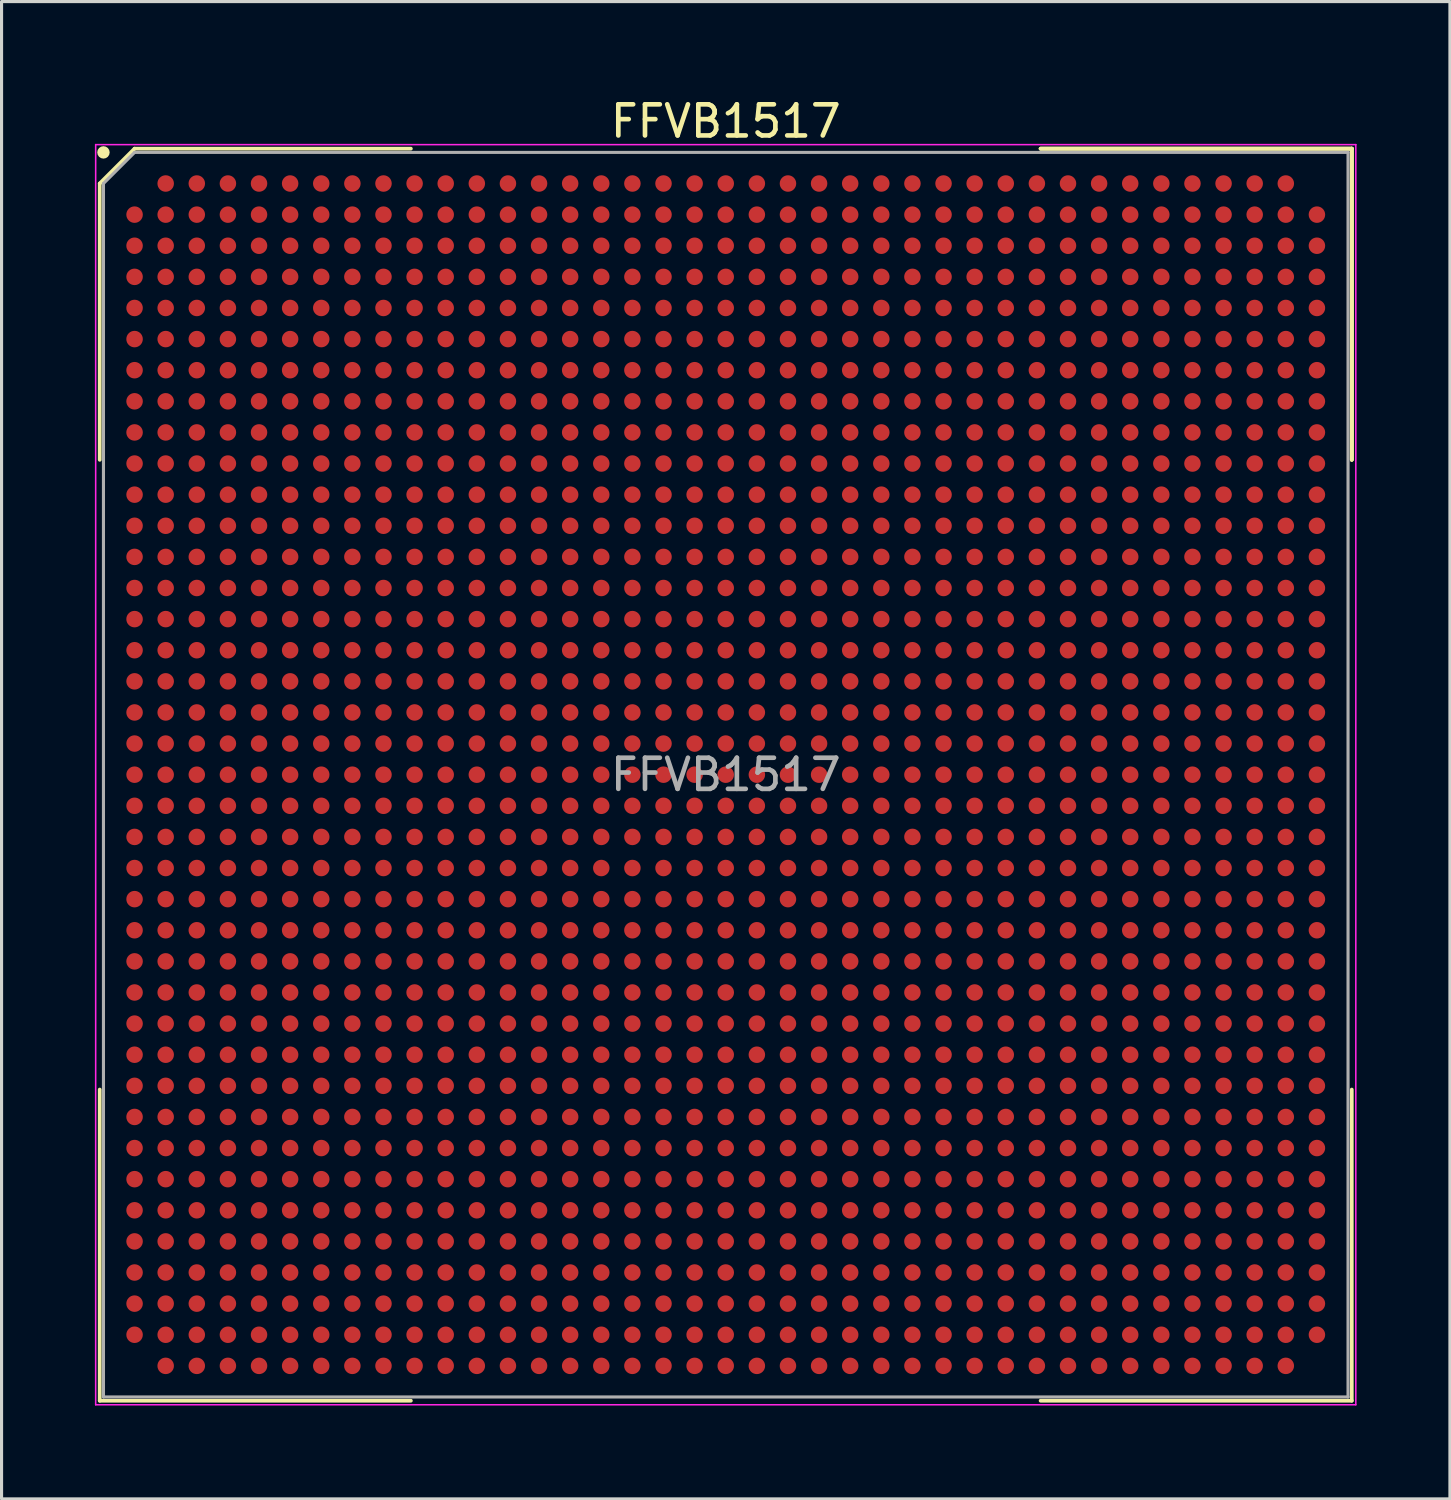
<source format=kicad_pcb>
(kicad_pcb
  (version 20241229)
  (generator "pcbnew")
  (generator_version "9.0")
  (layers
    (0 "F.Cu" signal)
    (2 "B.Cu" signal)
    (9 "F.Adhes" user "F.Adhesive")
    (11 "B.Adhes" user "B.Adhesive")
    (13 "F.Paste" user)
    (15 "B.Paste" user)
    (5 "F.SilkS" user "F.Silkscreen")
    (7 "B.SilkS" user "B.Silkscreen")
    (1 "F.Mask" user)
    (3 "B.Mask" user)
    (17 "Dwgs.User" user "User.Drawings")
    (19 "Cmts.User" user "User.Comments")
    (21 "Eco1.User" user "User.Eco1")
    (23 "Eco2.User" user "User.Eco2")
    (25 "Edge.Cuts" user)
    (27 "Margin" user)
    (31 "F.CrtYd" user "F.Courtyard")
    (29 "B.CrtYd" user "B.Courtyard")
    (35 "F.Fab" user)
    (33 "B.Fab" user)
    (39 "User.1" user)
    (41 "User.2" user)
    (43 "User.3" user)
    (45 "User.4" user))
  (footprint "FFVB1517"
    (layer "F.Cu")
    (at 20.275 21.848)
    (property "Reference" "FFVB1517" (at 0 -21 0) (layer "F.SilkS") (effects (font (size 1 1) (thickness 0.15))))
    (attr smd)
    (fp_line (start -20.12 -19) (end -20.12 -10.12) (stroke (width 0.12) (type solid)) (layer "F.SilkS"))
    (fp_line (start -20.12 20.12) (end -20.12 10.12) (stroke (width 0.12) (type solid)) (layer "F.SilkS"))
    (fp_line (start -19 -20.12) (end -20.12 -19) (stroke (width 0.12) (type solid)) (layer "F.SilkS"))
    (fp_line (start -10.12 -20.12) (end -19 -20.12) (stroke (width 0.12) (type solid)) (layer "F.SilkS"))
    (fp_line (start -10.12 20.12) (end -20.12 20.12) (stroke (width 0.12) (type solid)) (layer "F.SilkS"))
    (fp_line (start 10.12 -20.12) (end 20.12 -20.12) (stroke (width 0.12) (type solid)) (layer "F.SilkS"))
    (fp_line (start 10.12 -20.12) (end 20.12 -20.12) (stroke (width 0.12) (type solid)) (layer "F.SilkS"))
    (fp_line (start 10.12 -20.12) (end 20.12 -20.12) (stroke (width 0.12) (type solid)) (layer "F.SilkS"))
    (fp_line (start 10.12 20.12) (end 20.12 20.12) (stroke (width 0.12) (type solid)) (layer "F.SilkS"))
    (fp_line (start 20.12 -20.12) (end 20.12 -10.12) (stroke (width 0.12) (type solid)) (layer "F.SilkS"))
    (fp_line (start 20.12 -20.12) (end 20.12 -10.12) (stroke (width 0.12) (type solid)) (layer "F.SilkS"))
    (fp_line (start 20.12 -20.12) (end 20.12 -10.12) (stroke (width 0.12) (type solid)) (layer "F.SilkS"))
    (fp_line (start 20.12 20.12) (end 20.12 10.12) (stroke (width 0.12) (type solid)) (layer "F.SilkS"))
    (fp_circle (center -20 -20) (end -20 -19.9) (stroke (width 0.2) (type solid)) (fill no) (layer "F.SilkS"))
    (fp_line (start -20.25 -20.25) (end 20.25 -20.25) (stroke (width 0.05) (type solid)) (layer "F.CrtYd"))
    (fp_line (start -20.25 20.25) (end -20.25 -20.25) (stroke (width 0.05) (type solid)) (layer "F.CrtYd"))
    (fp_line (start 20.25 -20.25) (end 20.25 20.25) (stroke (width 0.05) (type solid)) (layer "F.CrtYd"))
    (fp_line (start 20.25 20.25) (end -20.25 20.25) (stroke (width 0.05) (type solid)) (layer "F.CrtYd"))
    (fp_line (start -20 -19) (end -20 20) (stroke (width 0.1) (type solid)) (layer "F.Fab"))
    (fp_line (start -20 20) (end 20 20) (stroke (width 0.1) (type solid)) (layer "F.Fab"))
    (fp_line (start -19 -20) (end -20 -19) (stroke (width 0.1) (type solid)) (layer "F.Fab"))
    (fp_line (start 20 -20) (end -19 -20) (stroke (width 0.1) (type solid)) (layer "F.Fab"))
    (fp_line (start 20 20) (end 20 -20) (stroke (width 0.1) (type solid)) (layer "F.Fab"))
    (fp_text user "${REFERENCE}" (at 0 0 0) (layer "F.Fab") (effects (font (size 1 1) (thickness 0.15))))
    (pad "A2" smd circle (at -18 -19) (size 0.53 0.53) (layers "F.Cu" "F.Mask" "F.Paste"))
    (pad "A3" smd circle (at -17 -19) (size 0.53 0.53) (layers "F.Cu" "F.Mask" "F.Paste"))
    (pad "A4" smd circle (at -16 -19) (size 0.53 0.53) (layers "F.Cu" "F.Mask" "F.Paste"))
    (pad "A5" smd circle (at -15 -19) (size 0.53 0.53) (layers "F.Cu" "F.Mask" "F.Paste"))
    (pad "A6" smd circle (at -14 -19) (size 0.53 0.53) (layers "F.Cu" "F.Mask" "F.Paste"))
    (pad "A7" smd circle (at -13 -19) (size 0.53 0.53) (layers "F.Cu" "F.Mask" "F.Paste"))
    (pad "A8" smd circle (at -12 -19) (size 0.53 0.53) (layers "F.Cu" "F.Mask" "F.Paste"))
    (pad "A9" smd circle (at -11 -19) (size 0.53 0.53) (layers "F.Cu" "F.Mask" "F.Paste"))
    (pad "A10" smd circle (at -10 -19) (size 0.53 0.53) (layers "F.Cu" "F.Mask" "F.Paste"))
    (pad "A11" smd circle (at -9 -19) (size 0.53 0.53) (layers "F.Cu" "F.Mask" "F.Paste"))
    (pad "A12" smd circle (at -8 -19) (size 0.53 0.53) (layers "F.Cu" "F.Mask" "F.Paste"))
    (pad "A13" smd circle (at -7 -19) (size 0.53 0.53) (layers "F.Cu" "F.Mask" "F.Paste"))
    (pad "A14" smd circle (at -6 -19) (size 0.53 0.53) (layers "F.Cu" "F.Mask" "F.Paste"))
    (pad "A15" smd circle (at -5 -19) (size 0.53 0.53) (layers "F.Cu" "F.Mask" "F.Paste"))
    (pad "A16" smd circle (at -4 -19) (size 0.53 0.53) (layers "F.Cu" "F.Mask" "F.Paste"))
    (pad "A17" smd circle (at -3 -19) (size 0.53 0.53) (layers "F.Cu" "F.Mask" "F.Paste"))
    (pad "A18" smd circle (at -2 -19) (size 0.53 0.53) (layers "F.Cu" "F.Mask" "F.Paste"))
    (pad "A19" smd circle (at -1 -19) (size 0.53 0.53) (layers "F.Cu" "F.Mask" "F.Paste"))
    (pad "A20" smd circle (at 0 -19) (size 0.53 0.53) (layers "F.Cu" "F.Mask" "F.Paste"))
    (pad "A21" smd circle (at 1 -19) (size 0.53 0.53) (layers "F.Cu" "F.Mask" "F.Paste"))
    (pad "A22" smd circle (at 2 -19) (size 0.53 0.53) (layers "F.Cu" "F.Mask" "F.Paste"))
    (pad "A23" smd circle (at 3 -19) (size 0.53 0.53) (layers "F.Cu" "F.Mask" "F.Paste"))
    (pad "A24" smd circle (at 4 -19) (size 0.53 0.53) (layers "F.Cu" "F.Mask" "F.Paste"))
    (pad "A25" smd circle (at 5 -19) (size 0.53 0.53) (layers "F.Cu" "F.Mask" "F.Paste"))
    (pad "A26" smd circle (at 6 -19) (size 0.53 0.53) (layers "F.Cu" "F.Mask" "F.Paste"))
    (pad "A27" smd circle (at 7 -19) (size 0.53 0.53) (layers "F.Cu" "F.Mask" "F.Paste"))
    (pad "A28" smd circle (at 8 -19) (size 0.53 0.53) (layers "F.Cu" "F.Mask" "F.Paste"))
    (pad "A29" smd circle (at 9 -19) (size 0.53 0.53) (layers "F.Cu" "F.Mask" "F.Paste"))
    (pad "A30" smd circle (at 10 -19) (size 0.53 0.53) (layers "F.Cu" "F.Mask" "F.Paste"))
    (pad "A31" smd circle (at 11 -19) (size 0.53 0.53) (layers "F.Cu" "F.Mask" "F.Paste"))
    (pad "A32" smd circle (at 12 -19) (size 0.53 0.53) (layers "F.Cu" "F.Mask" "F.Paste"))
    (pad "A33" smd circle (at 13 -19) (size 0.53 0.53) (layers "F.Cu" "F.Mask" "F.Paste"))
    (pad "A34" smd circle (at 14 -19) (size 0.53 0.53) (layers "F.Cu" "F.Mask" "F.Paste"))
    (pad "A35" smd circle (at 15 -19) (size 0.53 0.53) (layers "F.Cu" "F.Mask" "F.Paste"))
    (pad "A36" smd circle (at 16 -19) (size 0.53 0.53) (layers "F.Cu" "F.Mask" "F.Paste"))
    (pad "A37" smd circle (at 17 -19) (size 0.53 0.53) (layers "F.Cu" "F.Mask" "F.Paste"))
    (pad "A38" smd circle (at 18 -19) (size 0.53 0.53) (layers "F.Cu" "F.Mask" "F.Paste"))
    (pad "AA1" smd circle (at -19 1) (size 0.53 0.53) (layers "F.Cu" "F.Mask" "F.Paste"))
    (pad "AA2" smd circle (at -18 1) (size 0.53 0.53) (layers "F.Cu" "F.Mask" "F.Paste"))
    (pad "AA3" smd circle (at -17 1) (size 0.53 0.53) (layers "F.Cu" "F.Mask" "F.Paste"))
    (pad "AA4" smd circle (at -16 1) (size 0.53 0.53) (layers "F.Cu" "F.Mask" "F.Paste"))
    (pad "AA5" smd circle (at -15 1) (size 0.53 0.53) (layers "F.Cu" "F.Mask" "F.Paste"))
    (pad "AA6" smd circle (at -14 1) (size 0.53 0.53) (layers "F.Cu" "F.Mask" "F.Paste"))
    (pad "AA7" smd circle (at -13 1) (size 0.53 0.53) (layers "F.Cu" "F.Mask" "F.Paste"))
    (pad "AA8" smd circle (at -12 1) (size 0.53 0.53) (layers "F.Cu" "F.Mask" "F.Paste"))
    (pad "AA9" smd circle (at -11 1) (size 0.53 0.53) (layers "F.Cu" "F.Mask" "F.Paste"))
    (pad "AA10" smd circle (at -10 1) (size 0.53 0.53) (layers "F.Cu" "F.Mask" "F.Paste"))
    (pad "AA11" smd circle (at -9 1) (size 0.53 0.53) (layers "F.Cu" "F.Mask" "F.Paste"))
    (pad "AA12" smd circle (at -8 1) (size 0.53 0.53) (layers "F.Cu" "F.Mask" "F.Paste"))
    (pad "AA13" smd circle (at -7 1) (size 0.53 0.53) (layers "F.Cu" "F.Mask" "F.Paste"))
    (pad "AA14" smd circle (at -6 1) (size 0.53 0.53) (layers "F.Cu" "F.Mask" "F.Paste"))
    (pad "AA15" smd circle (at -5 1) (size 0.53 0.53) (layers "F.Cu" "F.Mask" "F.Paste"))
    (pad "AA16" smd circle (at -4 1) (size 0.53 0.53) (layers "F.Cu" "F.Mask" "F.Paste"))
    (pad "AA17" smd circle (at -3 1) (size 0.53 0.53) (layers "F.Cu" "F.Mask" "F.Paste"))
    (pad "AA18" smd circle (at -2 1) (size 0.53 0.53) (layers "F.Cu" "F.Mask" "F.Paste"))
    (pad "AA19" smd circle (at -1 1) (size 0.53 0.53) (layers "F.Cu" "F.Mask" "F.Paste"))
    (pad "AA20" smd circle (at 0 1) (size 0.53 0.53) (layers "F.Cu" "F.Mask" "F.Paste"))
    (pad "AA21" smd circle (at 1 1) (size 0.53 0.53) (layers "F.Cu" "F.Mask" "F.Paste"))
    (pad "AA22" smd circle (at 2 1) (size 0.53 0.53) (layers "F.Cu" "F.Mask" "F.Paste"))
    (pad "AA23" smd circle (at 3 1) (size 0.53 0.53) (layers "F.Cu" "F.Mask" "F.Paste"))
    (pad "AA24" smd circle (at 4 1) (size 0.53 0.53) (layers "F.Cu" "F.Mask" "F.Paste"))
    (pad "AA25" smd circle (at 5 1) (size 0.53 0.53) (layers "F.Cu" "F.Mask" "F.Paste"))
    (pad "AA26" smd circle (at 6 1) (size 0.53 0.53) (layers "F.Cu" "F.Mask" "F.Paste"))
    (pad "AA27" smd circle (at 7 1) (size 0.53 0.53) (layers "F.Cu" "F.Mask" "F.Paste"))
    (pad "AA28" smd circle (at 8 1) (size 0.53 0.53) (layers "F.Cu" "F.Mask" "F.Paste"))
    (pad "AA29" smd circle (at 9 1) (size 0.53 0.53) (layers "F.Cu" "F.Mask" "F.Paste"))
    (pad "AA30" smd circle (at 10 1) (size 0.53 0.53) (layers "F.Cu" "F.Mask" "F.Paste"))
    (pad "AA31" smd circle (at 11 1) (size 0.53 0.53) (layers "F.Cu" "F.Mask" "F.Paste"))
    (pad "AA32" smd circle (at 12 1) (size 0.53 0.53) (layers "F.Cu" "F.Mask" "F.Paste"))
    (pad "AA33" smd circle (at 13 1) (size 0.53 0.53) (layers "F.Cu" "F.Mask" "F.Paste"))
    (pad "AA34" smd circle (at 14 1) (size 0.53 0.53) (layers "F.Cu" "F.Mask" "F.Paste"))
    (pad "AA35" smd circle (at 15 1) (size 0.53 0.53) (layers "F.Cu" "F.Mask" "F.Paste"))
    (pad "AA36" smd circle (at 16 1) (size 0.53 0.53) (layers "F.Cu" "F.Mask" "F.Paste"))
    (pad "AA37" smd circle (at 17 1) (size 0.53 0.53) (layers "F.Cu" "F.Mask" "F.Paste"))
    (pad "AA38" smd circle (at 18 1) (size 0.53 0.53) (layers "F.Cu" "F.Mask" "F.Paste"))
    (pad "AA39" smd circle (at 19 1) (size 0.53 0.53) (layers "F.Cu" "F.Mask" "F.Paste"))
    (pad "AB1" smd circle (at -19 2) (size 0.53 0.53) (layers "F.Cu" "F.Mask" "F.Paste"))
    (pad "AB2" smd circle (at -18 2) (size 0.53 0.53) (layers "F.Cu" "F.Mask" "F.Paste"))
    (pad "AB3" smd circle (at -17 2) (size 0.53 0.53) (layers "F.Cu" "F.Mask" "F.Paste"))
    (pad "AB4" smd circle (at -16 2) (size 0.53 0.53) (layers "F.Cu" "F.Mask" "F.Paste"))
    (pad "AB5" smd circle (at -15 2) (size 0.53 0.53) (layers "F.Cu" "F.Mask" "F.Paste"))
    (pad "AB6" smd circle (at -14 2) (size 0.53 0.53) (layers "F.Cu" "F.Mask" "F.Paste"))
    (pad "AB7" smd circle (at -13 2) (size 0.53 0.53) (layers "F.Cu" "F.Mask" "F.Paste"))
    (pad "AB8" smd circle (at -12 2) (size 0.53 0.53) (layers "F.Cu" "F.Mask" "F.Paste"))
    (pad "AB9" smd circle (at -11 2) (size 0.53 0.53) (layers "F.Cu" "F.Mask" "F.Paste"))
    (pad "AB10" smd circle (at -10 2) (size 0.53 0.53) (layers "F.Cu" "F.Mask" "F.Paste"))
    (pad "AB11" smd circle (at -9 2) (size 0.53 0.53) (layers "F.Cu" "F.Mask" "F.Paste"))
    (pad "AB12" smd circle (at -8 2) (size 0.53 0.53) (layers "F.Cu" "F.Mask" "F.Paste"))
    (pad "AB13" smd circle (at -7 2) (size 0.53 0.53) (layers "F.Cu" "F.Mask" "F.Paste"))
    (pad "AB14" smd circle (at -6 2) (size 0.53 0.53) (layers "F.Cu" "F.Mask" "F.Paste"))
    (pad "AB15" smd circle (at -5 2) (size 0.53 0.53) (layers "F.Cu" "F.Mask" "F.Paste"))
    (pad "AB16" smd circle (at -4 2) (size 0.53 0.53) (layers "F.Cu" "F.Mask" "F.Paste"))
    (pad "AB17" smd circle (at -3 2) (size 0.53 0.53) (layers "F.Cu" "F.Mask" "F.Paste"))
    (pad "AB18" smd circle (at -2 2) (size 0.53 0.53) (layers "F.Cu" "F.Mask" "F.Paste"))
    (pad "AB19" smd circle (at -1 2) (size 0.53 0.53) (layers "F.Cu" "F.Mask" "F.Paste"))
    (pad "AB20" smd circle (at 0 2) (size 0.53 0.53) (layers "F.Cu" "F.Mask" "F.Paste"))
    (pad "AB21" smd circle (at 1 2) (size 0.53 0.53) (layers "F.Cu" "F.Mask" "F.Paste"))
    (pad "AB22" smd circle (at 2 2) (size 0.53 0.53) (layers "F.Cu" "F.Mask" "F.Paste"))
    (pad "AB23" smd circle (at 3 2) (size 0.53 0.53) (layers "F.Cu" "F.Mask" "F.Paste"))
    (pad "AB24" smd circle (at 4 2) (size 0.53 0.53) (layers "F.Cu" "F.Mask" "F.Paste"))
    (pad "AB25" smd circle (at 5 2) (size 0.53 0.53) (layers "F.Cu" "F.Mask" "F.Paste"))
    (pad "AB26" smd circle (at 6 2) (size 0.53 0.53) (layers "F.Cu" "F.Mask" "F.Paste"))
    (pad "AB27" smd circle (at 7 2) (size 0.53 0.53) (layers "F.Cu" "F.Mask" "F.Paste"))
    (pad "AB28" smd circle (at 8 2) (size 0.53 0.53) (layers "F.Cu" "F.Mask" "F.Paste"))
    (pad "AB29" smd circle (at 9 2) (size 0.53 0.53) (layers "F.Cu" "F.Mask" "F.Paste"))
    (pad "AB30" smd circle (at 10 2) (size 0.53 0.53) (layers "F.Cu" "F.Mask" "F.Paste"))
    (pad "AB31" smd circle (at 11 2) (size 0.53 0.53) (layers "F.Cu" "F.Mask" "F.Paste"))
    (pad "AB32" smd circle (at 12 2) (size 0.53 0.53) (layers "F.Cu" "F.Mask" "F.Paste"))
    (pad "AB33" smd circle (at 13 2) (size 0.53 0.53) (layers "F.Cu" "F.Mask" "F.Paste"))
    (pad "AB34" smd circle (at 14 2) (size 0.53 0.53) (layers "F.Cu" "F.Mask" "F.Paste"))
    (pad "AB35" smd circle (at 15 2) (size 0.53 0.53) (layers "F.Cu" "F.Mask" "F.Paste"))
    (pad "AB36" smd circle (at 16 2) (size 0.53 0.53) (layers "F.Cu" "F.Mask" "F.Paste"))
    (pad "AB37" smd circle (at 17 2) (size 0.53 0.53) (layers "F.Cu" "F.Mask" "F.Paste"))
    (pad "AB38" smd circle (at 18 2) (size 0.53 0.53) (layers "F.Cu" "F.Mask" "F.Paste"))
    (pad "AB39" smd circle (at 19 2) (size 0.53 0.53) (layers "F.Cu" "F.Mask" "F.Paste"))
    (pad "AC1" smd circle (at -19 3) (size 0.53 0.53) (layers "F.Cu" "F.Mask" "F.Paste"))
    (pad "AC2" smd circle (at -18 3) (size 0.53 0.53) (layers "F.Cu" "F.Mask" "F.Paste"))
    (pad "AC3" smd circle (at -17 3) (size 0.53 0.53) (layers "F.Cu" "F.Mask" "F.Paste"))
    (pad "AC4" smd circle (at -16 3) (size 0.53 0.53) (layers "F.Cu" "F.Mask" "F.Paste"))
    (pad "AC5" smd circle (at -15 3) (size 0.53 0.53) (layers "F.Cu" "F.Mask" "F.Paste"))
    (pad "AC6" smd circle (at -14 3) (size 0.53 0.53) (layers "F.Cu" "F.Mask" "F.Paste"))
    (pad "AC7" smd circle (at -13 3) (size 0.53 0.53) (layers "F.Cu" "F.Mask" "F.Paste"))
    (pad "AC8" smd circle (at -12 3) (size 0.53 0.53) (layers "F.Cu" "F.Mask" "F.Paste"))
    (pad "AC9" smd circle (at -11 3) (size 0.53 0.53) (layers "F.Cu" "F.Mask" "F.Paste"))
    (pad "AC10" smd circle (at -10 3) (size 0.53 0.53) (layers "F.Cu" "F.Mask" "F.Paste"))
    (pad "AC11" smd circle (at -9 3) (size 0.53 0.53) (layers "F.Cu" "F.Mask" "F.Paste"))
    (pad "AC12" smd circle (at -8 3) (size 0.53 0.53) (layers "F.Cu" "F.Mask" "F.Paste"))
    (pad "AC13" smd circle (at -7 3) (size 0.53 0.53) (layers "F.Cu" "F.Mask" "F.Paste"))
    (pad "AC14" smd circle (at -6 3) (size 0.53 0.53) (layers "F.Cu" "F.Mask" "F.Paste"))
    (pad "AC15" smd circle (at -5 3) (size 0.53 0.53) (layers "F.Cu" "F.Mask" "F.Paste"))
    (pad "AC16" smd circle (at -4 3) (size 0.53 0.53) (layers "F.Cu" "F.Mask" "F.Paste"))
    (pad "AC17" smd circle (at -3 3) (size 0.53 0.53) (layers "F.Cu" "F.Mask" "F.Paste"))
    (pad "AC18" smd circle (at -2 3) (size 0.53 0.53) (layers "F.Cu" "F.Mask" "F.Paste"))
    (pad "AC19" smd circle (at -1 3) (size 0.53 0.53) (layers "F.Cu" "F.Mask" "F.Paste"))
    (pad "AC20" smd circle (at 0 3) (size 0.53 0.53) (layers "F.Cu" "F.Mask" "F.Paste"))
    (pad "AC21" smd circle (at 1 3) (size 0.53 0.53) (layers "F.Cu" "F.Mask" "F.Paste"))
    (pad "AC22" smd circle (at 2 3) (size 0.53 0.53) (layers "F.Cu" "F.Mask" "F.Paste"))
    (pad "AC23" smd circle (at 3 3) (size 0.53 0.53) (layers "F.Cu" "F.Mask" "F.Paste"))
    (pad "AC24" smd circle (at 4 3) (size 0.53 0.53) (layers "F.Cu" "F.Mask" "F.Paste"))
    (pad "AC25" smd circle (at 5 3) (size 0.53 0.53) (layers "F.Cu" "F.Mask" "F.Paste"))
    (pad "AC26" smd circle (at 6 3) (size 0.53 0.53) (layers "F.Cu" "F.Mask" "F.Paste"))
    (pad "AC27" smd circle (at 7 3) (size 0.53 0.53) (layers "F.Cu" "F.Mask" "F.Paste"))
    (pad "AC28" smd circle (at 8 3) (size 0.53 0.53) (layers "F.Cu" "F.Mask" "F.Paste"))
    (pad "AC29" smd circle (at 9 3) (size 0.53 0.53) (layers "F.Cu" "F.Mask" "F.Paste"))
    (pad "AC30" smd circle (at 10 3) (size 0.53 0.53) (layers "F.Cu" "F.Mask" "F.Paste"))
    (pad "AC31" smd circle (at 11 3) (size 0.53 0.53) (layers "F.Cu" "F.Mask" "F.Paste"))
    (pad "AC32" smd circle (at 12 3) (size 0.53 0.53) (layers "F.Cu" "F.Mask" "F.Paste"))
    (pad "AC33" smd circle (at 13 3) (size 0.53 0.53) (layers "F.Cu" "F.Mask" "F.Paste"))
    (pad "AC34" smd circle (at 14 3) (size 0.53 0.53) (layers "F.Cu" "F.Mask" "F.Paste"))
    (pad "AC35" smd circle (at 15 3) (size 0.53 0.53) (layers "F.Cu" "F.Mask" "F.Paste"))
    (pad "AC36" smd circle (at 16 3) (size 0.53 0.53) (layers "F.Cu" "F.Mask" "F.Paste"))
    (pad "AC37" smd circle (at 17 3) (size 0.53 0.53) (layers "F.Cu" "F.Mask" "F.Paste"))
    (pad "AC38" smd circle (at 18 3) (size 0.53 0.53) (layers "F.Cu" "F.Mask" "F.Paste"))
    (pad "AC39" smd circle (at 19 3) (size 0.53 0.53) (layers "F.Cu" "F.Mask" "F.Paste"))
    (pad "AD1" smd circle (at -19 4) (size 0.53 0.53) (layers "F.Cu" "F.Mask" "F.Paste"))
    (pad "AD2" smd circle (at -18 4) (size 0.53 0.53) (layers "F.Cu" "F.Mask" "F.Paste"))
    (pad "AD3" smd circle (at -17 4) (size 0.53 0.53) (layers "F.Cu" "F.Mask" "F.Paste"))
    (pad "AD4" smd circle (at -16 4) (size 0.53 0.53) (layers "F.Cu" "F.Mask" "F.Paste"))
    (pad "AD5" smd circle (at -15 4) (size 0.53 0.53) (layers "F.Cu" "F.Mask" "F.Paste"))
    (pad "AD6" smd circle (at -14 4) (size 0.53 0.53) (layers "F.Cu" "F.Mask" "F.Paste"))
    (pad "AD7" smd circle (at -13 4) (size 0.53 0.53) (layers "F.Cu" "F.Mask" "F.Paste"))
    (pad "AD8" smd circle (at -12 4) (size 0.53 0.53) (layers "F.Cu" "F.Mask" "F.Paste"))
    (pad "AD9" smd circle (at -11 4) (size 0.53 0.53) (layers "F.Cu" "F.Mask" "F.Paste"))
    (pad "AD10" smd circle (at -10 4) (size 0.53 0.53) (layers "F.Cu" "F.Mask" "F.Paste"))
    (pad "AD11" smd circle (at -9 4) (size 0.53 0.53) (layers "F.Cu" "F.Mask" "F.Paste"))
    (pad "AD12" smd circle (at -8 4) (size 0.53 0.53) (layers "F.Cu" "F.Mask" "F.Paste"))
    (pad "AD13" smd circle (at -7 4) (size 0.53 0.53) (layers "F.Cu" "F.Mask" "F.Paste"))
    (pad "AD14" smd circle (at -6 4) (size 0.53 0.53) (layers "F.Cu" "F.Mask" "F.Paste"))
    (pad "AD15" smd circle (at -5 4) (size 0.53 0.53) (layers "F.Cu" "F.Mask" "F.Paste"))
    (pad "AD16" smd circle (at -4 4) (size 0.53 0.53) (layers "F.Cu" "F.Mask" "F.Paste"))
    (pad "AD17" smd circle (at -3 4) (size 0.53 0.53) (layers "F.Cu" "F.Mask" "F.Paste"))
    (pad "AD18" smd circle (at -2 4) (size 0.53 0.53) (layers "F.Cu" "F.Mask" "F.Paste"))
    (pad "AD19" smd circle (at -1 4) (size 0.53 0.53) (layers "F.Cu" "F.Mask" "F.Paste"))
    (pad "AD20" smd circle (at 0 4) (size 0.53 0.53) (layers "F.Cu" "F.Mask" "F.Paste"))
    (pad "AD21" smd circle (at 1 4) (size 0.53 0.53) (layers "F.Cu" "F.Mask" "F.Paste"))
    (pad "AD22" smd circle (at 2 4) (size 0.53 0.53) (layers "F.Cu" "F.Mask" "F.Paste"))
    (pad "AD23" smd circle (at 3 4) (size 0.53 0.53) (layers "F.Cu" "F.Mask" "F.Paste"))
    (pad "AD24" smd circle (at 4 4) (size 0.53 0.53) (layers "F.Cu" "F.Mask" "F.Paste"))
    (pad "AD25" smd circle (at 5 4) (size 0.53 0.53) (layers "F.Cu" "F.Mask" "F.Paste"))
    (pad "AD26" smd circle (at 6 4) (size 0.53 0.53) (layers "F.Cu" "F.Mask" "F.Paste"))
    (pad "AD27" smd circle (at 7 4) (size 0.53 0.53) (layers "F.Cu" "F.Mask" "F.Paste"))
    (pad "AD28" smd circle (at 8 4) (size 0.53 0.53) (layers "F.Cu" "F.Mask" "F.Paste"))
    (pad "AD29" smd circle (at 9 4) (size 0.53 0.53) (layers "F.Cu" "F.Mask" "F.Paste"))
    (pad "AD30" smd circle (at 10 4) (size 0.53 0.53) (layers "F.Cu" "F.Mask" "F.Paste"))
    (pad "AD31" smd circle (at 11 4) (size 0.53 0.53) (layers "F.Cu" "F.Mask" "F.Paste"))
    (pad "AD32" smd circle (at 12 4) (size 0.53 0.53) (layers "F.Cu" "F.Mask" "F.Paste"))
    (pad "AD33" smd circle (at 13 4) (size 0.53 0.53) (layers "F.Cu" "F.Mask" "F.Paste"))
    (pad "AD34" smd circle (at 14 4) (size 0.53 0.53) (layers "F.Cu" "F.Mask" "F.Paste"))
    (pad "AD35" smd circle (at 15 4) (size 0.53 0.53) (layers "F.Cu" "F.Mask" "F.Paste"))
    (pad "AD36" smd circle (at 16 4) (size 0.53 0.53) (layers "F.Cu" "F.Mask" "F.Paste"))
    (pad "AD37" smd circle (at 17 4) (size 0.53 0.53) (layers "F.Cu" "F.Mask" "F.Paste"))
    (pad "AD38" smd circle (at 18 4) (size 0.53 0.53) (layers "F.Cu" "F.Mask" "F.Paste"))
    (pad "AD39" smd circle (at 19 4) (size 0.53 0.53) (layers "F.Cu" "F.Mask" "F.Paste"))
    (pad "AE1" smd circle (at -19 5) (size 0.53 0.53) (layers "F.Cu" "F.Mask" "F.Paste"))
    (pad "AE2" smd circle (at -18 5) (size 0.53 0.53) (layers "F.Cu" "F.Mask" "F.Paste"))
    (pad "AE3" smd circle (at -17 5) (size 0.53 0.53) (layers "F.Cu" "F.Mask" "F.Paste"))
    (pad "AE4" smd circle (at -16 5) (size 0.53 0.53) (layers "F.Cu" "F.Mask" "F.Paste"))
    (pad "AE5" smd circle (at -15 5) (size 0.53 0.53) (layers "F.Cu" "F.Mask" "F.Paste"))
    (pad "AE6" smd circle (at -14 5) (size 0.53 0.53) (layers "F.Cu" "F.Mask" "F.Paste"))
    (pad "AE7" smd circle (at -13 5) (size 0.53 0.53) (layers "F.Cu" "F.Mask" "F.Paste"))
    (pad "AE8" smd circle (at -12 5) (size 0.53 0.53) (layers "F.Cu" "F.Mask" "F.Paste"))
    (pad "AE9" smd circle (at -11 5) (size 0.53 0.53) (layers "F.Cu" "F.Mask" "F.Paste"))
    (pad "AE10" smd circle (at -10 5) (size 0.53 0.53) (layers "F.Cu" "F.Mask" "F.Paste"))
    (pad "AE11" smd circle (at -9 5) (size 0.53 0.53) (layers "F.Cu" "F.Mask" "F.Paste"))
    (pad "AE12" smd circle (at -8 5) (size 0.53 0.53) (layers "F.Cu" "F.Mask" "F.Paste"))
    (pad "AE13" smd circle (at -7 5) (size 0.53 0.53) (layers "F.Cu" "F.Mask" "F.Paste"))
    (pad "AE14" smd circle (at -6 5) (size 0.53 0.53) (layers "F.Cu" "F.Mask" "F.Paste"))
    (pad "AE15" smd circle (at -5 5) (size 0.53 0.53) (layers "F.Cu" "F.Mask" "F.Paste"))
    (pad "AE16" smd circle (at -4 5) (size 0.53 0.53) (layers "F.Cu" "F.Mask" "F.Paste"))
    (pad "AE17" smd circle (at -3 5) (size 0.53 0.53) (layers "F.Cu" "F.Mask" "F.Paste"))
    (pad "AE18" smd circle (at -2 5) (size 0.53 0.53) (layers "F.Cu" "F.Mask" "F.Paste"))
    (pad "AE19" smd circle (at -1 5) (size 0.53 0.53) (layers "F.Cu" "F.Mask" "F.Paste"))
    (pad "AE20" smd circle (at 0 5) (size 0.53 0.53) (layers "F.Cu" "F.Mask" "F.Paste"))
    (pad "AE21" smd circle (at 1 5) (size 0.53 0.53) (layers "F.Cu" "F.Mask" "F.Paste"))
    (pad "AE22" smd circle (at 2 5) (size 0.53 0.53) (layers "F.Cu" "F.Mask" "F.Paste"))
    (pad "AE23" smd circle (at 3 5) (size 0.53 0.53) (layers "F.Cu" "F.Mask" "F.Paste"))
    (pad "AE24" smd circle (at 4 5) (size 0.53 0.53) (layers "F.Cu" "F.Mask" "F.Paste"))
    (pad "AE25" smd circle (at 5 5) (size 0.53 0.53) (layers "F.Cu" "F.Mask" "F.Paste"))
    (pad "AE26" smd circle (at 6 5) (size 0.53 0.53) (layers "F.Cu" "F.Mask" "F.Paste"))
    (pad "AE27" smd circle (at 7 5) (size 0.53 0.53) (layers "F.Cu" "F.Mask" "F.Paste"))
    (pad "AE28" smd circle (at 8 5) (size 0.53 0.53) (layers "F.Cu" "F.Mask" "F.Paste"))
    (pad "AE29" smd circle (at 9 5) (size 0.53 0.53) (layers "F.Cu" "F.Mask" "F.Paste"))
    (pad "AE30" smd circle (at 10 5) (size 0.53 0.53) (layers "F.Cu" "F.Mask" "F.Paste"))
    (pad "AE31" smd circle (at 11 5) (size 0.53 0.53) (layers "F.Cu" "F.Mask" "F.Paste"))
    (pad "AE32" smd circle (at 12 5) (size 0.53 0.53) (layers "F.Cu" "F.Mask" "F.Paste"))
    (pad "AE33" smd circle (at 13 5) (size 0.53 0.53) (layers "F.Cu" "F.Mask" "F.Paste"))
    (pad "AE34" smd circle (at 14 5) (size 0.53 0.53) (layers "F.Cu" "F.Mask" "F.Paste"))
    (pad "AE35" smd circle (at 15 5) (size 0.53 0.53) (layers "F.Cu" "F.Mask" "F.Paste"))
    (pad "AE36" smd circle (at 16 5) (size 0.53 0.53) (layers "F.Cu" "F.Mask" "F.Paste"))
    (pad "AE37" smd circle (at 17 5) (size 0.53 0.53) (layers "F.Cu" "F.Mask" "F.Paste"))
    (pad "AE38" smd circle (at 18 5) (size 0.53 0.53) (layers "F.Cu" "F.Mask" "F.Paste"))
    (pad "AE39" smd circle (at 19 5) (size 0.53 0.53) (layers "F.Cu" "F.Mask" "F.Paste"))
    (pad "AF1" smd circle (at -19 6) (size 0.53 0.53) (layers "F.Cu" "F.Mask" "F.Paste"))
    (pad "AF2" smd circle (at -18 6) (size 0.53 0.53) (layers "F.Cu" "F.Mask" "F.Paste"))
    (pad "AF3" smd circle (at -17 6) (size 0.53 0.53) (layers "F.Cu" "F.Mask" "F.Paste"))
    (pad "AF4" smd circle (at -16 6) (size 0.53 0.53) (layers "F.Cu" "F.Mask" "F.Paste"))
    (pad "AF5" smd circle (at -15 6) (size 0.53 0.53) (layers "F.Cu" "F.Mask" "F.Paste"))
    (pad "AF6" smd circle (at -14 6) (size 0.53 0.53) (layers "F.Cu" "F.Mask" "F.Paste"))
    (pad "AF7" smd circle (at -13 6) (size 0.53 0.53) (layers "F.Cu" "F.Mask" "F.Paste"))
    (pad "AF8" smd circle (at -12 6) (size 0.53 0.53) (layers "F.Cu" "F.Mask" "F.Paste"))
    (pad "AF9" smd circle (at -11 6) (size 0.53 0.53) (layers "F.Cu" "F.Mask" "F.Paste"))
    (pad "AF10" smd circle (at -10 6) (size 0.53 0.53) (layers "F.Cu" "F.Mask" "F.Paste"))
    (pad "AF11" smd circle (at -9 6) (size 0.53 0.53) (layers "F.Cu" "F.Mask" "F.Paste"))
    (pad "AF12" smd circle (at -8 6) (size 0.53 0.53) (layers "F.Cu" "F.Mask" "F.Paste"))
    (pad "AF13" smd circle (at -7 6) (size 0.53 0.53) (layers "F.Cu" "F.Mask" "F.Paste"))
    (pad "AF14" smd circle (at -6 6) (size 0.53 0.53) (layers "F.Cu" "F.Mask" "F.Paste"))
    (pad "AF15" smd circle (at -5 6) (size 0.53 0.53) (layers "F.Cu" "F.Mask" "F.Paste"))
    (pad "AF16" smd circle (at -4 6) (size 0.53 0.53) (layers "F.Cu" "F.Mask" "F.Paste"))
    (pad "AF17" smd circle (at -3 6) (size 0.53 0.53) (layers "F.Cu" "F.Mask" "F.Paste"))
    (pad "AF18" smd circle (at -2 6) (size 0.53 0.53) (layers "F.Cu" "F.Mask" "F.Paste"))
    (pad "AF19" smd circle (at -1 6) (size 0.53 0.53) (layers "F.Cu" "F.Mask" "F.Paste"))
    (pad "AF20" smd circle (at 0 6) (size 0.53 0.53) (layers "F.Cu" "F.Mask" "F.Paste"))
    (pad "AF21" smd circle (at 1 6) (size 0.53 0.53) (layers "F.Cu" "F.Mask" "F.Paste"))
    (pad "AF22" smd circle (at 2 6) (size 0.53 0.53) (layers "F.Cu" "F.Mask" "F.Paste"))
    (pad "AF23" smd circle (at 3 6) (size 0.53 0.53) (layers "F.Cu" "F.Mask" "F.Paste"))
    (pad "AF24" smd circle (at 4 6) (size 0.53 0.53) (layers "F.Cu" "F.Mask" "F.Paste"))
    (pad "AF25" smd circle (at 5 6) (size 0.53 0.53) (layers "F.Cu" "F.Mask" "F.Paste"))
    (pad "AF26" smd circle (at 6 6) (size 0.53 0.53) (layers "F.Cu" "F.Mask" "F.Paste"))
    (pad "AF27" smd circle (at 7 6) (size 0.53 0.53) (layers "F.Cu" "F.Mask" "F.Paste"))
    (pad "AF28" smd circle (at 8 6) (size 0.53 0.53) (layers "F.Cu" "F.Mask" "F.Paste"))
    (pad "AF29" smd circle (at 9 6) (size 0.53 0.53) (layers "F.Cu" "F.Mask" "F.Paste"))
    (pad "AF30" smd circle (at 10 6) (size 0.53 0.53) (layers "F.Cu" "F.Mask" "F.Paste"))
    (pad "AF31" smd circle (at 11 6) (size 0.53 0.53) (layers "F.Cu" "F.Mask" "F.Paste"))
    (pad "AF32" smd circle (at 12 6) (size 0.53 0.53) (layers "F.Cu" "F.Mask" "F.Paste"))
    (pad "AF33" smd circle (at 13 6) (size 0.53 0.53) (layers "F.Cu" "F.Mask" "F.Paste"))
    (pad "AF34" smd circle (at 14 6) (size 0.53 0.53) (layers "F.Cu" "F.Mask" "F.Paste"))
    (pad "AF35" smd circle (at 15 6) (size 0.53 0.53) (layers "F.Cu" "F.Mask" "F.Paste"))
    (pad "AF36" smd circle (at 16 6) (size 0.53 0.53) (layers "F.Cu" "F.Mask" "F.Paste"))
    (pad "AF37" smd circle (at 17 6) (size 0.53 0.53) (layers "F.Cu" "F.Mask" "F.Paste"))
    (pad "AF38" smd circle (at 18 6) (size 0.53 0.53) (layers "F.Cu" "F.Mask" "F.Paste"))
    (pad "AF39" smd circle (at 19 6) (size 0.53 0.53) (layers "F.Cu" "F.Mask" "F.Paste"))
    (pad "AG1" smd circle (at -19 7) (size 0.53 0.53) (layers "F.Cu" "F.Mask" "F.Paste"))
    (pad "AG2" smd circle (at -18 7) (size 0.53 0.53) (layers "F.Cu" "F.Mask" "F.Paste"))
    (pad "AG3" smd circle (at -17 7) (size 0.53 0.53) (layers "F.Cu" "F.Mask" "F.Paste"))
    (pad "AG4" smd circle (at -16 7) (size 0.53 0.53) (layers "F.Cu" "F.Mask" "F.Paste"))
    (pad "AG5" smd circle (at -15 7) (size 0.53 0.53) (layers "F.Cu" "F.Mask" "F.Paste"))
    (pad "AG6" smd circle (at -14 7) (size 0.53 0.53) (layers "F.Cu" "F.Mask" "F.Paste"))
    (pad "AG7" smd circle (at -13 7) (size 0.53 0.53) (layers "F.Cu" "F.Mask" "F.Paste"))
    (pad "AG8" smd circle (at -12 7) (size 0.53 0.53) (layers "F.Cu" "F.Mask" "F.Paste"))
    (pad "AG9" smd circle (at -11 7) (size 0.53 0.53) (layers "F.Cu" "F.Mask" "F.Paste"))
    (pad "AG10" smd circle (at -10 7) (size 0.53 0.53) (layers "F.Cu" "F.Mask" "F.Paste"))
    (pad "AG11" smd circle (at -9 7) (size 0.53 0.53) (layers "F.Cu" "F.Mask" "F.Paste"))
    (pad "AG12" smd circle (at -8 7) (size 0.53 0.53) (layers "F.Cu" "F.Mask" "F.Paste"))
    (pad "AG13" smd circle (at -7 7) (size 0.53 0.53) (layers "F.Cu" "F.Mask" "F.Paste"))
    (pad "AG14" smd circle (at -6 7) (size 0.53 0.53) (layers "F.Cu" "F.Mask" "F.Paste"))
    (pad "AG15" smd circle (at -5 7) (size 0.53 0.53) (layers "F.Cu" "F.Mask" "F.Paste"))
    (pad "AG16" smd circle (at -4 7) (size 0.53 0.53) (layers "F.Cu" "F.Mask" "F.Paste"))
    (pad "AG17" smd circle (at -3 7) (size 0.53 0.53) (layers "F.Cu" "F.Mask" "F.Paste"))
    (pad "AG18" smd circle (at -2 7) (size 0.53 0.53) (layers "F.Cu" "F.Mask" "F.Paste"))
    (pad "AG19" smd circle (at -1 7) (size 0.53 0.53) (layers "F.Cu" "F.Mask" "F.Paste"))
    (pad "AG20" smd circle (at 0 7) (size 0.53 0.53) (layers "F.Cu" "F.Mask" "F.Paste"))
    (pad "AG21" smd circle (at 1 7) (size 0.53 0.53) (layers "F.Cu" "F.Mask" "F.Paste"))
    (pad "AG22" smd circle (at 2 7) (size 0.53 0.53) (layers "F.Cu" "F.Mask" "F.Paste"))
    (pad "AG23" smd circle (at 3 7) (size 0.53 0.53) (layers "F.Cu" "F.Mask" "F.Paste"))
    (pad "AG24" smd circle (at 4 7) (size 0.53 0.53) (layers "F.Cu" "F.Mask" "F.Paste"))
    (pad "AG25" smd circle (at 5 7) (size 0.53 0.53) (layers "F.Cu" "F.Mask" "F.Paste"))
    (pad "AG26" smd circle (at 6 7) (size 0.53 0.53) (layers "F.Cu" "F.Mask" "F.Paste"))
    (pad "AG27" smd circle (at 7 7) (size 0.53 0.53) (layers "F.Cu" "F.Mask" "F.Paste"))
    (pad "AG28" smd circle (at 8 7) (size 0.53 0.53) (layers "F.Cu" "F.Mask" "F.Paste"))
    (pad "AG29" smd circle (at 9 7) (size 0.53 0.53) (layers "F.Cu" "F.Mask" "F.Paste"))
    (pad "AG30" smd circle (at 10 7) (size 0.53 0.53) (layers "F.Cu" "F.Mask" "F.Paste"))
    (pad "AG31" smd circle (at 11 7) (size 0.53 0.53) (layers "F.Cu" "F.Mask" "F.Paste"))
    (pad "AG32" smd circle (at 12 7) (size 0.53 0.53) (layers "F.Cu" "F.Mask" "F.Paste"))
    (pad "AG33" smd circle (at 13 7) (size 0.53 0.53) (layers "F.Cu" "F.Mask" "F.Paste"))
    (pad "AG34" smd circle (at 14 7) (size 0.53 0.53) (layers "F.Cu" "F.Mask" "F.Paste"))
    (pad "AG35" smd circle (at 15 7) (size 0.53 0.53) (layers "F.Cu" "F.Mask" "F.Paste"))
    (pad "AG36" smd circle (at 16 7) (size 0.53 0.53) (layers "F.Cu" "F.Mask" "F.Paste"))
    (pad "AG37" smd circle (at 17 7) (size 0.53 0.53) (layers "F.Cu" "F.Mask" "F.Paste"))
    (pad "AG38" smd circle (at 18 7) (size 0.53 0.53) (layers "F.Cu" "F.Mask" "F.Paste"))
    (pad "AG39" smd circle (at 19 7) (size 0.53 0.53) (layers "F.Cu" "F.Mask" "F.Paste"))
    (pad "AH1" smd circle (at -19 8) (size 0.53 0.53) (layers "F.Cu" "F.Mask" "F.Paste"))
    (pad "AH2" smd circle (at -18 8) (size 0.53 0.53) (layers "F.Cu" "F.Mask" "F.Paste"))
    (pad "AH3" smd circle (at -17 8) (size 0.53 0.53) (layers "F.Cu" "F.Mask" "F.Paste"))
    (pad "AH4" smd circle (at -16 8) (size 0.53 0.53) (layers "F.Cu" "F.Mask" "F.Paste"))
    (pad "AH5" smd circle (at -15 8) (size 0.53 0.53) (layers "F.Cu" "F.Mask" "F.Paste"))
    (pad "AH6" smd circle (at -14 8) (size 0.53 0.53) (layers "F.Cu" "F.Mask" "F.Paste"))
    (pad "AH7" smd circle (at -13 8) (size 0.53 0.53) (layers "F.Cu" "F.Mask" "F.Paste"))
    (pad "AH8" smd circle (at -12 8) (size 0.53 0.53) (layers "F.Cu" "F.Mask" "F.Paste"))
    (pad "AH9" smd circle (at -11 8) (size 0.53 0.53) (layers "F.Cu" "F.Mask" "F.Paste"))
    (pad "AH10" smd circle (at -10 8) (size 0.53 0.53) (layers "F.Cu" "F.Mask" "F.Paste"))
    (pad "AH11" smd circle (at -9 8) (size 0.53 0.53) (layers "F.Cu" "F.Mask" "F.Paste"))
    (pad "AH12" smd circle (at -8 8) (size 0.53 0.53) (layers "F.Cu" "F.Mask" "F.Paste"))
    (pad "AH13" smd circle (at -7 8) (size 0.53 0.53) (layers "F.Cu" "F.Mask" "F.Paste"))
    (pad "AH14" smd circle (at -6 8) (size 0.53 0.53) (layers "F.Cu" "F.Mask" "F.Paste"))
    (pad "AH15" smd circle (at -5 8) (size 0.53 0.53) (layers "F.Cu" "F.Mask" "F.Paste"))
    (pad "AH16" smd circle (at -4 8) (size 0.53 0.53) (layers "F.Cu" "F.Mask" "F.Paste"))
    (pad "AH17" smd circle (at -3 8) (size 0.53 0.53) (layers "F.Cu" "F.Mask" "F.Paste"))
    (pad "AH18" smd circle (at -2 8) (size 0.53 0.53) (layers "F.Cu" "F.Mask" "F.Paste"))
    (pad "AH19" smd circle (at -1 8) (size 0.53 0.53) (layers "F.Cu" "F.Mask" "F.Paste"))
    (pad "AH20" smd circle (at 0 8) (size 0.53 0.53) (layers "F.Cu" "F.Mask" "F.Paste"))
    (pad "AH21" smd circle (at 1 8) (size 0.53 0.53) (layers "F.Cu" "F.Mask" "F.Paste"))
    (pad "AH22" smd circle (at 2 8) (size 0.53 0.53) (layers "F.Cu" "F.Mask" "F.Paste"))
    (pad "AH23" smd circle (at 3 8) (size 0.53 0.53) (layers "F.Cu" "F.Mask" "F.Paste"))
    (pad "AH24" smd circle (at 4 8) (size 0.53 0.53) (layers "F.Cu" "F.Mask" "F.Paste"))
    (pad "AH25" smd circle (at 5 8) (size 0.53 0.53) (layers "F.Cu" "F.Mask" "F.Paste"))
    (pad "AH26" smd circle (at 6 8) (size 0.53 0.53) (layers "F.Cu" "F.Mask" "F.Paste"))
    (pad "AH27" smd circle (at 7 8) (size 0.53 0.53) (layers "F.Cu" "F.Mask" "F.Paste"))
    (pad "AH28" smd circle (at 8 8) (size 0.53 0.53) (layers "F.Cu" "F.Mask" "F.Paste"))
    (pad "AH29" smd circle (at 9 8) (size 0.53 0.53) (layers "F.Cu" "F.Mask" "F.Paste"))
    (pad "AH30" smd circle (at 10 8) (size 0.53 0.53) (layers "F.Cu" "F.Mask" "F.Paste"))
    (pad "AH31" smd circle (at 11 8) (size 0.53 0.53) (layers "F.Cu" "F.Mask" "F.Paste"))
    (pad "AH32" smd circle (at 12 8) (size 0.53 0.53) (layers "F.Cu" "F.Mask" "F.Paste"))
    (pad "AH33" smd circle (at 13 8) (size 0.53 0.53) (layers "F.Cu" "F.Mask" "F.Paste"))
    (pad "AH34" smd circle (at 14 8) (size 0.53 0.53) (layers "F.Cu" "F.Mask" "F.Paste"))
    (pad "AH35" smd circle (at 15 8) (size 0.53 0.53) (layers "F.Cu" "F.Mask" "F.Paste"))
    (pad "AH36" smd circle (at 16 8) (size 0.53 0.53) (layers "F.Cu" "F.Mask" "F.Paste"))
    (pad "AH37" smd circle (at 17 8) (size 0.53 0.53) (layers "F.Cu" "F.Mask" "F.Paste"))
    (pad "AH38" smd circle (at 18 8) (size 0.53 0.53) (layers "F.Cu" "F.Mask" "F.Paste"))
    (pad "AH39" smd circle (at 19 8) (size 0.53 0.53) (layers "F.Cu" "F.Mask" "F.Paste"))
    (pad "AJ1" smd circle (at -19 9) (size 0.53 0.53) (layers "F.Cu" "F.Mask" "F.Paste"))
    (pad "AJ2" smd circle (at -18 9) (size 0.53 0.53) (layers "F.Cu" "F.Mask" "F.Paste"))
    (pad "AJ3" smd circle (at -17 9) (size 0.53 0.53) (layers "F.Cu" "F.Mask" "F.Paste"))
    (pad "AJ4" smd circle (at -16 9) (size 0.53 0.53) (layers "F.Cu" "F.Mask" "F.Paste"))
    (pad "AJ5" smd circle (at -15 9) (size 0.53 0.53) (layers "F.Cu" "F.Mask" "F.Paste"))
    (pad "AJ6" smd circle (at -14 9) (size 0.53 0.53) (layers "F.Cu" "F.Mask" "F.Paste"))
    (pad "AJ7" smd circle (at -13 9) (size 0.53 0.53) (layers "F.Cu" "F.Mask" "F.Paste"))
    (pad "AJ8" smd circle (at -12 9) (size 0.53 0.53) (layers "F.Cu" "F.Mask" "F.Paste"))
    (pad "AJ9" smd circle (at -11 9) (size 0.53 0.53) (layers "F.Cu" "F.Mask" "F.Paste"))
    (pad "AJ10" smd circle (at -10 9) (size 0.53 0.53) (layers "F.Cu" "F.Mask" "F.Paste"))
    (pad "AJ11" smd circle (at -9 9) (size 0.53 0.53) (layers "F.Cu" "F.Mask" "F.Paste"))
    (pad "AJ12" smd circle (at -8 9) (size 0.53 0.53) (layers "F.Cu" "F.Mask" "F.Paste"))
    (pad "AJ13" smd circle (at -7 9) (size 0.53 0.53) (layers "F.Cu" "F.Mask" "F.Paste"))
    (pad "AJ14" smd circle (at -6 9) (size 0.53 0.53) (layers "F.Cu" "F.Mask" "F.Paste"))
    (pad "AJ15" smd circle (at -5 9) (size 0.53 0.53) (layers "F.Cu" "F.Mask" "F.Paste"))
    (pad "AJ16" smd circle (at -4 9) (size 0.53 0.53) (layers "F.Cu" "F.Mask" "F.Paste"))
    (pad "AJ17" smd circle (at -3 9) (size 0.53 0.53) (layers "F.Cu" "F.Mask" "F.Paste"))
    (pad "AJ18" smd circle (at -2 9) (size 0.53 0.53) (layers "F.Cu" "F.Mask" "F.Paste"))
    (pad "AJ19" smd circle (at -1 9) (size 0.53 0.53) (layers "F.Cu" "F.Mask" "F.Paste"))
    (pad "AJ20" smd circle (at 0 9) (size 0.53 0.53) (layers "F.Cu" "F.Mask" "F.Paste"))
    (pad "AJ21" smd circle (at 1 9) (size 0.53 0.53) (layers "F.Cu" "F.Mask" "F.Paste"))
    (pad "AJ22" smd circle (at 2 9) (size 0.53 0.53) (layers "F.Cu" "F.Mask" "F.Paste"))
    (pad "AJ23" smd circle (at 3 9) (size 0.53 0.53) (layers "F.Cu" "F.Mask" "F.Paste"))
    (pad "AJ24" smd circle (at 4 9) (size 0.53 0.53) (layers "F.Cu" "F.Mask" "F.Paste"))
    (pad "AJ25" smd circle (at 5 9) (size 0.53 0.53) (layers "F.Cu" "F.Mask" "F.Paste"))
    (pad "AJ26" smd circle (at 6 9) (size 0.53 0.53) (layers "F.Cu" "F.Mask" "F.Paste"))
    (pad "AJ27" smd circle (at 7 9) (size 0.53 0.53) (layers "F.Cu" "F.Mask" "F.Paste"))
    (pad "AJ28" smd circle (at 8 9) (size 0.53 0.53) (layers "F.Cu" "F.Mask" "F.Paste"))
    (pad "AJ29" smd circle (at 9 9) (size 0.53 0.53) (layers "F.Cu" "F.Mask" "F.Paste"))
    (pad "AJ30" smd circle (at 10 9) (size 0.53 0.53) (layers "F.Cu" "F.Mask" "F.Paste"))
    (pad "AJ31" smd circle (at 11 9) (size 0.53 0.53) (layers "F.Cu" "F.Mask" "F.Paste"))
    (pad "AJ32" smd circle (at 12 9) (size 0.53 0.53) (layers "F.Cu" "F.Mask" "F.Paste"))
    (pad "AJ33" smd circle (at 13 9) (size 0.53 0.53) (layers "F.Cu" "F.Mask" "F.Paste"))
    (pad "AJ34" smd circle (at 14 9) (size 0.53 0.53) (layers "F.Cu" "F.Mask" "F.Paste"))
    (pad "AJ35" smd circle (at 15 9) (size 0.53 0.53) (layers "F.Cu" "F.Mask" "F.Paste"))
    (pad "AJ36" smd circle (at 16 9) (size 0.53 0.53) (layers "F.Cu" "F.Mask" "F.Paste"))
    (pad "AJ37" smd circle (at 17 9) (size 0.53 0.53) (layers "F.Cu" "F.Mask" "F.Paste"))
    (pad "AJ38" smd circle (at 18 9) (size 0.53 0.53) (layers "F.Cu" "F.Mask" "F.Paste"))
    (pad "AJ39" smd circle (at 19 9) (size 0.53 0.53) (layers "F.Cu" "F.Mask" "F.Paste"))
    (pad "AK1" smd circle (at -19 10) (size 0.53 0.53) (layers "F.Cu" "F.Mask" "F.Paste"))
    (pad "AK2" smd circle (at -18 10) (size 0.53 0.53) (layers "F.Cu" "F.Mask" "F.Paste"))
    (pad "AK3" smd circle (at -17 10) (size 0.53 0.53) (layers "F.Cu" "F.Mask" "F.Paste"))
    (pad "AK4" smd circle (at -16 10) (size 0.53 0.53) (layers "F.Cu" "F.Mask" "F.Paste"))
    (pad "AK5" smd circle (at -15 10) (size 0.53 0.53) (layers "F.Cu" "F.Mask" "F.Paste"))
    (pad "AK6" smd circle (at -14 10) (size 0.53 0.53) (layers "F.Cu" "F.Mask" "F.Paste"))
    (pad "AK7" smd circle (at -13 10) (size 0.53 0.53) (layers "F.Cu" "F.Mask" "F.Paste"))
    (pad "AK8" smd circle (at -12 10) (size 0.53 0.53) (layers "F.Cu" "F.Mask" "F.Paste"))
    (pad "AK9" smd circle (at -11 10) (size 0.53 0.53) (layers "F.Cu" "F.Mask" "F.Paste"))
    (pad "AK10" smd circle (at -10 10) (size 0.53 0.53) (layers "F.Cu" "F.Mask" "F.Paste"))
    (pad "AK11" smd circle (at -9 10) (size 0.53 0.53) (layers "F.Cu" "F.Mask" "F.Paste"))
    (pad "AK12" smd circle (at -8 10) (size 0.53 0.53) (layers "F.Cu" "F.Mask" "F.Paste"))
    (pad "AK13" smd circle (at -7 10) (size 0.53 0.53) (layers "F.Cu" "F.Mask" "F.Paste"))
    (pad "AK14" smd circle (at -6 10) (size 0.53 0.53) (layers "F.Cu" "F.Mask" "F.Paste"))
    (pad "AK15" smd circle (at -5 10) (size 0.53 0.53) (layers "F.Cu" "F.Mask" "F.Paste"))
    (pad "AK16" smd circle (at -4 10) (size 0.53 0.53) (layers "F.Cu" "F.Mask" "F.Paste"))
    (pad "AK17" smd circle (at -3 10) (size 0.53 0.53) (layers "F.Cu" "F.Mask" "F.Paste"))
    (pad "AK18" smd circle (at -2 10) (size 0.53 0.53) (layers "F.Cu" "F.Mask" "F.Paste"))
    (pad "AK19" smd circle (at -1 10) (size 0.53 0.53) (layers "F.Cu" "F.Mask" "F.Paste"))
    (pad "AK20" smd circle (at 0 10) (size 0.53 0.53) (layers "F.Cu" "F.Mask" "F.Paste"))
    (pad "AK21" smd circle (at 1 10) (size 0.53 0.53) (layers "F.Cu" "F.Mask" "F.Paste"))
    (pad "AK22" smd circle (at 2 10) (size 0.53 0.53) (layers "F.Cu" "F.Mask" "F.Paste"))
    (pad "AK23" smd circle (at 3 10) (size 0.53 0.53) (layers "F.Cu" "F.Mask" "F.Paste"))
    (pad "AK24" smd circle (at 4 10) (size 0.53 0.53) (layers "F.Cu" "F.Mask" "F.Paste"))
    (pad "AK25" smd circle (at 5 10) (size 0.53 0.53) (layers "F.Cu" "F.Mask" "F.Paste"))
    (pad "AK26" smd circle (at 6 10) (size 0.53 0.53) (layers "F.Cu" "F.Mask" "F.Paste"))
    (pad "AK27" smd circle (at 7 10) (size 0.53 0.53) (layers "F.Cu" "F.Mask" "F.Paste"))
    (pad "AK28" smd circle (at 8 10) (size 0.53 0.53) (layers "F.Cu" "F.Mask" "F.Paste"))
    (pad "AK29" smd circle (at 9 10) (size 0.53 0.53) (layers "F.Cu" "F.Mask" "F.Paste"))
    (pad "AK30" smd circle (at 10 10) (size 0.53 0.53) (layers "F.Cu" "F.Mask" "F.Paste"))
    (pad "AK31" smd circle (at 11 10) (size 0.53 0.53) (layers "F.Cu" "F.Mask" "F.Paste"))
    (pad "AK32" smd circle (at 12 10) (size 0.53 0.53) (layers "F.Cu" "F.Mask" "F.Paste"))
    (pad "AK33" smd circle (at 13 10) (size 0.53 0.53) (layers "F.Cu" "F.Mask" "F.Paste"))
    (pad "AK34" smd circle (at 14 10) (size 0.53 0.53) (layers "F.Cu" "F.Mask" "F.Paste"))
    (pad "AK35" smd circle (at 15 10) (size 0.53 0.53) (layers "F.Cu" "F.Mask" "F.Paste"))
    (pad "AK36" smd circle (at 16 10) (size 0.53 0.53) (layers "F.Cu" "F.Mask" "F.Paste"))
    (pad "AK37" smd circle (at 17 10) (size 0.53 0.53) (layers "F.Cu" "F.Mask" "F.Paste"))
    (pad "AK38" smd circle (at 18 10) (size 0.53 0.53) (layers "F.Cu" "F.Mask" "F.Paste"))
    (pad "AK39" smd circle (at 19 10) (size 0.53 0.53) (layers "F.Cu" "F.Mask" "F.Paste"))
    (pad "AL1" smd circle (at -19 11) (size 0.53 0.53) (layers "F.Cu" "F.Mask" "F.Paste"))
    (pad "AL2" smd circle (at -18 11) (size 0.53 0.53) (layers "F.Cu" "F.Mask" "F.Paste"))
    (pad "AL3" smd circle (at -17 11) (size 0.53 0.53) (layers "F.Cu" "F.Mask" "F.Paste"))
    (pad "AL4" smd circle (at -16 11) (size 0.53 0.53) (layers "F.Cu" "F.Mask" "F.Paste"))
    (pad "AL5" smd circle (at -15 11) (size 0.53 0.53) (layers "F.Cu" "F.Mask" "F.Paste"))
    (pad "AL6" smd circle (at -14 11) (size 0.53 0.53) (layers "F.Cu" "F.Mask" "F.Paste"))
    (pad "AL7" smd circle (at -13 11) (size 0.53 0.53) (layers "F.Cu" "F.Mask" "F.Paste"))
    (pad "AL8" smd circle (at -12 11) (size 0.53 0.53) (layers "F.Cu" "F.Mask" "F.Paste"))
    (pad "AL9" smd circle (at -11 11) (size 0.53 0.53) (layers "F.Cu" "F.Mask" "F.Paste"))
    (pad "AL10" smd circle (at -10 11) (size 0.53 0.53) (layers "F.Cu" "F.Mask" "F.Paste"))
    (pad "AL11" smd circle (at -9 11) (size 0.53 0.53) (layers "F.Cu" "F.Mask" "F.Paste"))
    (pad "AL12" smd circle (at -8 11) (size 0.53 0.53) (layers "F.Cu" "F.Mask" "F.Paste"))
    (pad "AL13" smd circle (at -7 11) (size 0.53 0.53) (layers "F.Cu" "F.Mask" "F.Paste"))
    (pad "AL14" smd circle (at -6 11) (size 0.53 0.53) (layers "F.Cu" "F.Mask" "F.Paste"))
    (pad "AL15" smd circle (at -5 11) (size 0.53 0.53) (layers "F.Cu" "F.Mask" "F.Paste"))
    (pad "AL16" smd circle (at -4 11) (size 0.53 0.53) (layers "F.Cu" "F.Mask" "F.Paste"))
    (pad "AL17" smd circle (at -3 11) (size 0.53 0.53) (layers "F.Cu" "F.Mask" "F.Paste"))
    (pad "AL18" smd circle (at -2 11) (size 0.53 0.53) (layers "F.Cu" "F.Mask" "F.Paste"))
    (pad "AL19" smd circle (at -1 11) (size 0.53 0.53) (layers "F.Cu" "F.Mask" "F.Paste"))
    (pad "AL20" smd circle (at 0 11) (size 0.53 0.53) (layers "F.Cu" "F.Mask" "F.Paste"))
    (pad "AL21" smd circle (at 1 11) (size 0.53 0.53) (layers "F.Cu" "F.Mask" "F.Paste"))
    (pad "AL22" smd circle (at 2 11) (size 0.53 0.53) (layers "F.Cu" "F.Mask" "F.Paste"))
    (pad "AL23" smd circle (at 3 11) (size 0.53 0.53) (layers "F.Cu" "F.Mask" "F.Paste"))
    (pad "AL24" smd circle (at 4 11) (size 0.53 0.53) (layers "F.Cu" "F.Mask" "F.Paste"))
    (pad "AL25" smd circle (at 5 11) (size 0.53 0.53) (layers "F.Cu" "F.Mask" "F.Paste"))
    (pad "AL26" smd circle (at 6 11) (size 0.53 0.53) (layers "F.Cu" "F.Mask" "F.Paste"))
    (pad "AL27" smd circle (at 7 11) (size 0.53 0.53) (layers "F.Cu" "F.Mask" "F.Paste"))
    (pad "AL28" smd circle (at 8 11) (size 0.53 0.53) (layers "F.Cu" "F.Mask" "F.Paste"))
    (pad "AL29" smd circle (at 9 11) (size 0.53 0.53) (layers "F.Cu" "F.Mask" "F.Paste"))
    (pad "AL30" smd circle (at 10 11) (size 0.53 0.53) (layers "F.Cu" "F.Mask" "F.Paste"))
    (pad "AL31" smd circle (at 11 11) (size 0.53 0.53) (layers "F.Cu" "F.Mask" "F.Paste"))
    (pad "AL32" smd circle (at 12 11) (size 0.53 0.53) (layers "F.Cu" "F.Mask" "F.Paste"))
    (pad "AL33" smd circle (at 13 11) (size 0.53 0.53) (layers "F.Cu" "F.Mask" "F.Paste"))
    (pad "AL34" smd circle (at 14 11) (size 0.53 0.53) (layers "F.Cu" "F.Mask" "F.Paste"))
    (pad "AL35" smd circle (at 15 11) (size 0.53 0.53) (layers "F.Cu" "F.Mask" "F.Paste"))
    (pad "AL36" smd circle (at 16 11) (size 0.53 0.53) (layers "F.Cu" "F.Mask" "F.Paste"))
    (pad "AL37" smd circle (at 17 11) (size 0.53 0.53) (layers "F.Cu" "F.Mask" "F.Paste"))
    (pad "AL38" smd circle (at 18 11) (size 0.53 0.53) (layers "F.Cu" "F.Mask" "F.Paste"))
    (pad "AL39" smd circle (at 19 11) (size 0.53 0.53) (layers "F.Cu" "F.Mask" "F.Paste"))
    (pad "AM1" smd circle (at -19 12) (size 0.53 0.53) (layers "F.Cu" "F.Mask" "F.Paste"))
    (pad "AM2" smd circle (at -18 12) (size 0.53 0.53) (layers "F.Cu" "F.Mask" "F.Paste"))
    (pad "AM3" smd circle (at -17 12) (size 0.53 0.53) (layers "F.Cu" "F.Mask" "F.Paste"))
    (pad "AM4" smd circle (at -16 12) (size 0.53 0.53) (layers "F.Cu" "F.Mask" "F.Paste"))
    (pad "AM5" smd circle (at -15 12) (size 0.53 0.53) (layers "F.Cu" "F.Mask" "F.Paste"))
    (pad "AM6" smd circle (at -14 12) (size 0.53 0.53) (layers "F.Cu" "F.Mask" "F.Paste"))
    (pad "AM7" smd circle (at -13 12) (size 0.53 0.53) (layers "F.Cu" "F.Mask" "F.Paste"))
    (pad "AM8" smd circle (at -12 12) (size 0.53 0.53) (layers "F.Cu" "F.Mask" "F.Paste"))
    (pad "AM9" smd circle (at -11 12) (size 0.53 0.53) (layers "F.Cu" "F.Mask" "F.Paste"))
    (pad "AM10" smd circle (at -10 12) (size 0.53 0.53) (layers "F.Cu" "F.Mask" "F.Paste"))
    (pad "AM11" smd circle (at -9 12) (size 0.53 0.53) (layers "F.Cu" "F.Mask" "F.Paste"))
    (pad "AM12" smd circle (at -8 12) (size 0.53 0.53) (layers "F.Cu" "F.Mask" "F.Paste"))
    (pad "AM13" smd circle (at -7 12) (size 0.53 0.53) (layers "F.Cu" "F.Mask" "F.Paste"))
    (pad "AM14" smd circle (at -6 12) (size 0.53 0.53) (layers "F.Cu" "F.Mask" "F.Paste"))
    (pad "AM15" smd circle (at -5 12) (size 0.53 0.53) (layers "F.Cu" "F.Mask" "F.Paste"))
    (pad "AM16" smd circle (at -4 12) (size 0.53 0.53) (layers "F.Cu" "F.Mask" "F.Paste"))
    (pad "AM17" smd circle (at -3 12) (size 0.53 0.53) (layers "F.Cu" "F.Mask" "F.Paste"))
    (pad "AM18" smd circle (at -2 12) (size 0.53 0.53) (layers "F.Cu" "F.Mask" "F.Paste"))
    (pad "AM19" smd circle (at -1 12) (size 0.53 0.53) (layers "F.Cu" "F.Mask" "F.Paste"))
    (pad "AM20" smd circle (at 0 12) (size 0.53 0.53) (layers "F.Cu" "F.Mask" "F.Paste"))
    (pad "AM21" smd circle (at 1 12) (size 0.53 0.53) (layers "F.Cu" "F.Mask" "F.Paste"))
    (pad "AM22" smd circle (at 2 12) (size 0.53 0.53) (layers "F.Cu" "F.Mask" "F.Paste"))
    (pad "AM23" smd circle (at 3 12) (size 0.53 0.53) (layers "F.Cu" "F.Mask" "F.Paste"))
    (pad "AM24" smd circle (at 4 12) (size 0.53 0.53) (layers "F.Cu" "F.Mask" "F.Paste"))
    (pad "AM25" smd circle (at 5 12) (size 0.53 0.53) (layers "F.Cu" "F.Mask" "F.Paste"))
    (pad "AM26" smd circle (at 6 12) (size 0.53 0.53) (layers "F.Cu" "F.Mask" "F.Paste"))
    (pad "AM27" smd circle (at 7 12) (size 0.53 0.53) (layers "F.Cu" "F.Mask" "F.Paste"))
    (pad "AM28" smd circle (at 8 12) (size 0.53 0.53) (layers "F.Cu" "F.Mask" "F.Paste"))
    (pad "AM29" smd circle (at 9 12) (size 0.53 0.53) (layers "F.Cu" "F.Mask" "F.Paste"))
    (pad "AM30" smd circle (at 10 12) (size 0.53 0.53) (layers "F.Cu" "F.Mask" "F.Paste"))
    (pad "AM31" smd circle (at 11 12) (size 0.53 0.53) (layers "F.Cu" "F.Mask" "F.Paste"))
    (pad "AM32" smd circle (at 12 12) (size 0.53 0.53) (layers "F.Cu" "F.Mask" "F.Paste"))
    (pad "AM33" smd circle (at 13 12) (size 0.53 0.53) (layers "F.Cu" "F.Mask" "F.Paste"))
    (pad "AM34" smd circle (at 14 12) (size 0.53 0.53) (layers "F.Cu" "F.Mask" "F.Paste"))
    (pad "AM35" smd circle (at 15 12) (size 0.53 0.53) (layers "F.Cu" "F.Mask" "F.Paste"))
    (pad "AM36" smd circle (at 16 12) (size 0.53 0.53) (layers "F.Cu" "F.Mask" "F.Paste"))
    (pad "AM37" smd circle (at 17 12) (size 0.53 0.53) (layers "F.Cu" "F.Mask" "F.Paste"))
    (pad "AM38" smd circle (at 18 12) (size 0.53 0.53) (layers "F.Cu" "F.Mask" "F.Paste"))
    (pad "AM39" smd circle (at 19 12) (size 0.53 0.53) (layers "F.Cu" "F.Mask" "F.Paste"))
    (pad "AN1" smd circle (at -19 13) (size 0.53 0.53) (layers "F.Cu" "F.Mask" "F.Paste"))
    (pad "AN2" smd circle (at -18 13) (size 0.53 0.53) (layers "F.Cu" "F.Mask" "F.Paste"))
    (pad "AN3" smd circle (at -17 13) (size 0.53 0.53) (layers "F.Cu" "F.Mask" "F.Paste"))
    (pad "AN4" smd circle (at -16 13) (size 0.53 0.53) (layers "F.Cu" "F.Mask" "F.Paste"))
    (pad "AN5" smd circle (at -15 13) (size 0.53 0.53) (layers "F.Cu" "F.Mask" "F.Paste"))
    (pad "AN6" smd circle (at -14 13) (size 0.53 0.53) (layers "F.Cu" "F.Mask" "F.Paste"))
    (pad "AN7" smd circle (at -13 13) (size 0.53 0.53) (layers "F.Cu" "F.Mask" "F.Paste"))
    (pad "AN8" smd circle (at -12 13) (size 0.53 0.53) (layers "F.Cu" "F.Mask" "F.Paste"))
    (pad "AN9" smd circle (at -11 13) (size 0.53 0.53) (layers "F.Cu" "F.Mask" "F.Paste"))
    (pad "AN10" smd circle (at -10 13) (size 0.53 0.53) (layers "F.Cu" "F.Mask" "F.Paste"))
    (pad "AN11" smd circle (at -9 13) (size 0.53 0.53) (layers "F.Cu" "F.Mask" "F.Paste"))
    (pad "AN12" smd circle (at -8 13) (size 0.53 0.53) (layers "F.Cu" "F.Mask" "F.Paste"))
    (pad "AN13" smd circle (at -7 13) (size 0.53 0.53) (layers "F.Cu" "F.Mask" "F.Paste"))
    (pad "AN14" smd circle (at -6 13) (size 0.53 0.53) (layers "F.Cu" "F.Mask" "F.Paste"))
    (pad "AN15" smd circle (at -5 13) (size 0.53 0.53) (layers "F.Cu" "F.Mask" "F.Paste"))
    (pad "AN16" smd circle (at -4 13) (size 0.53 0.53) (layers "F.Cu" "F.Mask" "F.Paste"))
    (pad "AN17" smd circle (at -3 13) (size 0.53 0.53) (layers "F.Cu" "F.Mask" "F.Paste"))
    (pad "AN18" smd circle (at -2 13) (size 0.53 0.53) (layers "F.Cu" "F.Mask" "F.Paste"))
    (pad "AN19" smd circle (at -1 13) (size 0.53 0.53) (layers "F.Cu" "F.Mask" "F.Paste"))
    (pad "AN20" smd circle (at 0 13) (size 0.53 0.53) (layers "F.Cu" "F.Mask" "F.Paste"))
    (pad "AN21" smd circle (at 1 13) (size 0.53 0.53) (layers "F.Cu" "F.Mask" "F.Paste"))
    (pad "AN22" smd circle (at 2 13) (size 0.53 0.53) (layers "F.Cu" "F.Mask" "F.Paste"))
    (pad "AN23" smd circle (at 3 13) (size 0.53 0.53) (layers "F.Cu" "F.Mask" "F.Paste"))
    (pad "AN24" smd circle (at 4 13) (size 0.53 0.53) (layers "F.Cu" "F.Mask" "F.Paste"))
    (pad "AN25" smd circle (at 5 13) (size 0.53 0.53) (layers "F.Cu" "F.Mask" "F.Paste"))
    (pad "AN26" smd circle (at 6 13) (size 0.53 0.53) (layers "F.Cu" "F.Mask" "F.Paste"))
    (pad "AN27" smd circle (at 7 13) (size 0.53 0.53) (layers "F.Cu" "F.Mask" "F.Paste"))
    (pad "AN28" smd circle (at 8 13) (size 0.53 0.53) (layers "F.Cu" "F.Mask" "F.Paste"))
    (pad "AN29" smd circle (at 9 13) (size 0.53 0.53) (layers "F.Cu" "F.Mask" "F.Paste"))
    (pad "AN30" smd circle (at 10 13) (size 0.53 0.53) (layers "F.Cu" "F.Mask" "F.Paste"))
    (pad "AN31" smd circle (at 11 13) (size 0.53 0.53) (layers "F.Cu" "F.Mask" "F.Paste"))
    (pad "AN32" smd circle (at 12 13) (size 0.53 0.53) (layers "F.Cu" "F.Mask" "F.Paste"))
    (pad "AN33" smd circle (at 13 13) (size 0.53 0.53) (layers "F.Cu" "F.Mask" "F.Paste"))
    (pad "AN34" smd circle (at 14 13) (size 0.53 0.53) (layers "F.Cu" "F.Mask" "F.Paste"))
    (pad "AN35" smd circle (at 15 13) (size 0.53 0.53) (layers "F.Cu" "F.Mask" "F.Paste"))
    (pad "AN36" smd circle (at 16 13) (size 0.53 0.53) (layers "F.Cu" "F.Mask" "F.Paste"))
    (pad "AN37" smd circle (at 17 13) (size 0.53 0.53) (layers "F.Cu" "F.Mask" "F.Paste"))
    (pad "AN38" smd circle (at 18 13) (size 0.53 0.53) (layers "F.Cu" "F.Mask" "F.Paste"))
    (pad "AN39" smd circle (at 19 13) (size 0.53 0.53) (layers "F.Cu" "F.Mask" "F.Paste"))
    (pad "AP1" smd circle (at -19 14) (size 0.53 0.53) (layers "F.Cu" "F.Mask" "F.Paste"))
    (pad "AP2" smd circle (at -18 14) (size 0.53 0.53) (layers "F.Cu" "F.Mask" "F.Paste"))
    (pad "AP3" smd circle (at -17 14) (size 0.53 0.53) (layers "F.Cu" "F.Mask" "F.Paste"))
    (pad "AP4" smd circle (at -16 14) (size 0.53 0.53) (layers "F.Cu" "F.Mask" "F.Paste"))
    (pad "AP5" smd circle (at -15 14) (size 0.53 0.53) (layers "F.Cu" "F.Mask" "F.Paste"))
    (pad "AP6" smd circle (at -14 14) (size 0.53 0.53) (layers "F.Cu" "F.Mask" "F.Paste"))
    (pad "AP7" smd circle (at -13 14) (size 0.53 0.53) (layers "F.Cu" "F.Mask" "F.Paste"))
    (pad "AP8" smd circle (at -12 14) (size 0.53 0.53) (layers "F.Cu" "F.Mask" "F.Paste"))
    (pad "AP9" smd circle (at -11 14) (size 0.53 0.53) (layers "F.Cu" "F.Mask" "F.Paste"))
    (pad "AP10" smd circle (at -10 14) (size 0.53 0.53) (layers "F.Cu" "F.Mask" "F.Paste"))
    (pad "AP11" smd circle (at -9 14) (size 0.53 0.53) (layers "F.Cu" "F.Mask" "F.Paste"))
    (pad "AP12" smd circle (at -8 14) (size 0.53 0.53) (layers "F.Cu" "F.Mask" "F.Paste"))
    (pad "AP13" smd circle (at -7 14) (size 0.53 0.53) (layers "F.Cu" "F.Mask" "F.Paste"))
    (pad "AP14" smd circle (at -6 14) (size 0.53 0.53) (layers "F.Cu" "F.Mask" "F.Paste"))
    (pad "AP15" smd circle (at -5 14) (size 0.53 0.53) (layers "F.Cu" "F.Mask" "F.Paste"))
    (pad "AP16" smd circle (at -4 14) (size 0.53 0.53) (layers "F.Cu" "F.Mask" "F.Paste"))
    (pad "AP17" smd circle (at -3 14) (size 0.53 0.53) (layers "F.Cu" "F.Mask" "F.Paste"))
    (pad "AP18" smd circle (at -2 14) (size 0.53 0.53) (layers "F.Cu" "F.Mask" "F.Paste"))
    (pad "AP19" smd circle (at -1 14) (size 0.53 0.53) (layers "F.Cu" "F.Mask" "F.Paste"))
    (pad "AP20" smd circle (at 0 14) (size 0.53 0.53) (layers "F.Cu" "F.Mask" "F.Paste"))
    (pad "AP21" smd circle (at 1 14) (size 0.53 0.53) (layers "F.Cu" "F.Mask" "F.Paste"))
    (pad "AP22" smd circle (at 2 14) (size 0.53 0.53) (layers "F.Cu" "F.Mask" "F.Paste"))
    (pad "AP23" smd circle (at 3 14) (size 0.53 0.53) (layers "F.Cu" "F.Mask" "F.Paste"))
    (pad "AP24" smd circle (at 4 14) (size 0.53 0.53) (layers "F.Cu" "F.Mask" "F.Paste"))
    (pad "AP25" smd circle (at 5 14) (size 0.53 0.53) (layers "F.Cu" "F.Mask" "F.Paste"))
    (pad "AP26" smd circle (at 6 14) (size 0.53 0.53) (layers "F.Cu" "F.Mask" "F.Paste"))
    (pad "AP27" smd circle (at 7 14) (size 0.53 0.53) (layers "F.Cu" "F.Mask" "F.Paste"))
    (pad "AP28" smd circle (at 8 14) (size 0.53 0.53) (layers "F.Cu" "F.Mask" "F.Paste"))
    (pad "AP29" smd circle (at 9 14) (size 0.53 0.53) (layers "F.Cu" "F.Mask" "F.Paste"))
    (pad "AP30" smd circle (at 10 14) (size 0.53 0.53) (layers "F.Cu" "F.Mask" "F.Paste"))
    (pad "AP31" smd circle (at 11 14) (size 0.53 0.53) (layers "F.Cu" "F.Mask" "F.Paste"))
    (pad "AP32" smd circle (at 12 14) (size 0.53 0.53) (layers "F.Cu" "F.Mask" "F.Paste"))
    (pad "AP33" smd circle (at 13 14) (size 0.53 0.53) (layers "F.Cu" "F.Mask" "F.Paste"))
    (pad "AP34" smd circle (at 14 14) (size 0.53 0.53) (layers "F.Cu" "F.Mask" "F.Paste"))
    (pad "AP35" smd circle (at 15 14) (size 0.53 0.53) (layers "F.Cu" "F.Mask" "F.Paste"))
    (pad "AP36" smd circle (at 16 14) (size 0.53 0.53) (layers "F.Cu" "F.Mask" "F.Paste"))
    (pad "AP37" smd circle (at 17 14) (size 0.53 0.53) (layers "F.Cu" "F.Mask" "F.Paste"))
    (pad "AP38" smd circle (at 18 14) (size 0.53 0.53) (layers "F.Cu" "F.Mask" "F.Paste"))
    (pad "AP39" smd circle (at 19 14) (size 0.53 0.53) (layers "F.Cu" "F.Mask" "F.Paste"))
    (pad "AR1" smd circle (at -19 15) (size 0.53 0.53) (layers "F.Cu" "F.Mask" "F.Paste"))
    (pad "AR2" smd circle (at -18 15) (size 0.53 0.53) (layers "F.Cu" "F.Mask" "F.Paste"))
    (pad "AR3" smd circle (at -17 15) (size 0.53 0.53) (layers "F.Cu" "F.Mask" "F.Paste"))
    (pad "AR4" smd circle (at -16 15) (size 0.53 0.53) (layers "F.Cu" "F.Mask" "F.Paste"))
    (pad "AR5" smd circle (at -15 15) (size 0.53 0.53) (layers "F.Cu" "F.Mask" "F.Paste"))
    (pad "AR6" smd circle (at -14 15) (size 0.53 0.53) (layers "F.Cu" "F.Mask" "F.Paste"))
    (pad "AR7" smd circle (at -13 15) (size 0.53 0.53) (layers "F.Cu" "F.Mask" "F.Paste"))
    (pad "AR8" smd circle (at -12 15) (size 0.53 0.53) (layers "F.Cu" "F.Mask" "F.Paste"))
    (pad "AR9" smd circle (at -11 15) (size 0.53 0.53) (layers "F.Cu" "F.Mask" "F.Paste"))
    (pad "AR10" smd circle (at -10 15) (size 0.53 0.53) (layers "F.Cu" "F.Mask" "F.Paste"))
    (pad "AR11" smd circle (at -9 15) (size 0.53 0.53) (layers "F.Cu" "F.Mask" "F.Paste"))
    (pad "AR12" smd circle (at -8 15) (size 0.53 0.53) (layers "F.Cu" "F.Mask" "F.Paste"))
    (pad "AR13" smd circle (at -7 15) (size 0.53 0.53) (layers "F.Cu" "F.Mask" "F.Paste"))
    (pad "AR14" smd circle (at -6 15) (size 0.53 0.53) (layers "F.Cu" "F.Mask" "F.Paste"))
    (pad "AR15" smd circle (at -5 15) (size 0.53 0.53) (layers "F.Cu" "F.Mask" "F.Paste"))
    (pad "AR16" smd circle (at -4 15) (size 0.53 0.53) (layers "F.Cu" "F.Mask" "F.Paste"))
    (pad "AR17" smd circle (at -3 15) (size 0.53 0.53) (layers "F.Cu" "F.Mask" "F.Paste"))
    (pad "AR18" smd circle (at -2 15) (size 0.53 0.53) (layers "F.Cu" "F.Mask" "F.Paste"))
    (pad "AR19" smd circle (at -1 15) (size 0.53 0.53) (layers "F.Cu" "F.Mask" "F.Paste"))
    (pad "AR20" smd circle (at 0 15) (size 0.53 0.53) (layers "F.Cu" "F.Mask" "F.Paste"))
    (pad "AR21" smd circle (at 1 15) (size 0.53 0.53) (layers "F.Cu" "F.Mask" "F.Paste"))
    (pad "AR22" smd circle (at 2 15) (size 0.53 0.53) (layers "F.Cu" "F.Mask" "F.Paste"))
    (pad "AR23" smd circle (at 3 15) (size 0.53 0.53) (layers "F.Cu" "F.Mask" "F.Paste"))
    (pad "AR24" smd circle (at 4 15) (size 0.53 0.53) (layers "F.Cu" "F.Mask" "F.Paste"))
    (pad "AR25" smd circle (at 5 15) (size 0.53 0.53) (layers "F.Cu" "F.Mask" "F.Paste"))
    (pad "AR26" smd circle (at 6 15) (size 0.53 0.53) (layers "F.Cu" "F.Mask" "F.Paste"))
    (pad "AR27" smd circle (at 7 15) (size 0.53 0.53) (layers "F.Cu" "F.Mask" "F.Paste"))
    (pad "AR28" smd circle (at 8 15) (size 0.53 0.53) (layers "F.Cu" "F.Mask" "F.Paste"))
    (pad "AR29" smd circle (at 9 15) (size 0.53 0.53) (layers "F.Cu" "F.Mask" "F.Paste"))
    (pad "AR30" smd circle (at 10 15) (size 0.53 0.53) (layers "F.Cu" "F.Mask" "F.Paste"))
    (pad "AR31" smd circle (at 11 15) (size 0.53 0.53) (layers "F.Cu" "F.Mask" "F.Paste"))
    (pad "AR32" smd circle (at 12 15) (size 0.53 0.53) (layers "F.Cu" "F.Mask" "F.Paste"))
    (pad "AR33" smd circle (at 13 15) (size 0.53 0.53) (layers "F.Cu" "F.Mask" "F.Paste"))
    (pad "AR34" smd circle (at 14 15) (size 0.53 0.53) (layers "F.Cu" "F.Mask" "F.Paste"))
    (pad "AR35" smd circle (at 15 15) (size 0.53 0.53) (layers "F.Cu" "F.Mask" "F.Paste"))
    (pad "AR36" smd circle (at 16 15) (size 0.53 0.53) (layers "F.Cu" "F.Mask" "F.Paste"))
    (pad "AR37" smd circle (at 17 15) (size 0.53 0.53) (layers "F.Cu" "F.Mask" "F.Paste"))
    (pad "AR38" smd circle (at 18 15) (size 0.53 0.53) (layers "F.Cu" "F.Mask" "F.Paste"))
    (pad "AR39" smd circle (at 19 15) (size 0.53 0.53) (layers "F.Cu" "F.Mask" "F.Paste"))
    (pad "AT1" smd circle (at -19 16) (size 0.53 0.53) (layers "F.Cu" "F.Mask" "F.Paste"))
    (pad "AT2" smd circle (at -18 16) (size 0.53 0.53) (layers "F.Cu" "F.Mask" "F.Paste"))
    (pad "AT3" smd circle (at -17 16) (size 0.53 0.53) (layers "F.Cu" "F.Mask" "F.Paste"))
    (pad "AT4" smd circle (at -16 16) (size 0.53 0.53) (layers "F.Cu" "F.Mask" "F.Paste"))
    (pad "AT5" smd circle (at -15 16) (size 0.53 0.53) (layers "F.Cu" "F.Mask" "F.Paste"))
    (pad "AT6" smd circle (at -14 16) (size 0.53 0.53) (layers "F.Cu" "F.Mask" "F.Paste"))
    (pad "AT7" smd circle (at -13 16) (size 0.53 0.53) (layers "F.Cu" "F.Mask" "F.Paste"))
    (pad "AT8" smd circle (at -12 16) (size 0.53 0.53) (layers "F.Cu" "F.Mask" "F.Paste"))
    (pad "AT9" smd circle (at -11 16) (size 0.53 0.53) (layers "F.Cu" "F.Mask" "F.Paste"))
    (pad "AT10" smd circle (at -10 16) (size 0.53 0.53) (layers "F.Cu" "F.Mask" "F.Paste"))
    (pad "AT11" smd circle (at -9 16) (size 0.53 0.53) (layers "F.Cu" "F.Mask" "F.Paste"))
    (pad "AT12" smd circle (at -8 16) (size 0.53 0.53) (layers "F.Cu" "F.Mask" "F.Paste"))
    (pad "AT13" smd circle (at -7 16) (size 0.53 0.53) (layers "F.Cu" "F.Mask" "F.Paste"))
    (pad "AT14" smd circle (at -6 16) (size 0.53 0.53) (layers "F.Cu" "F.Mask" "F.Paste"))
    (pad "AT15" smd circle (at -5 16) (size 0.53 0.53) (layers "F.Cu" "F.Mask" "F.Paste"))
    (pad "AT16" smd circle (at -4 16) (size 0.53 0.53) (layers "F.Cu" "F.Mask" "F.Paste"))
    (pad "AT17" smd circle (at -3 16) (size 0.53 0.53) (layers "F.Cu" "F.Mask" "F.Paste"))
    (pad "AT18" smd circle (at -2 16) (size 0.53 0.53) (layers "F.Cu" "F.Mask" "F.Paste"))
    (pad "AT19" smd circle (at -1 16) (size 0.53 0.53) (layers "F.Cu" "F.Mask" "F.Paste"))
    (pad "AT20" smd circle (at 0 16) (size 0.53 0.53) (layers "F.Cu" "F.Mask" "F.Paste"))
    (pad "AT21" smd circle (at 1 16) (size 0.53 0.53) (layers "F.Cu" "F.Mask" "F.Paste"))
    (pad "AT22" smd circle (at 2 16) (size 0.53 0.53) (layers "F.Cu" "F.Mask" "F.Paste"))
    (pad "AT23" smd circle (at 3 16) (size 0.53 0.53) (layers "F.Cu" "F.Mask" "F.Paste"))
    (pad "AT24" smd circle (at 4 16) (size 0.53 0.53) (layers "F.Cu" "F.Mask" "F.Paste"))
    (pad "AT25" smd circle (at 5 16) (size 0.53 0.53) (layers "F.Cu" "F.Mask" "F.Paste"))
    (pad "AT26" smd circle (at 6 16) (size 0.53 0.53) (layers "F.Cu" "F.Mask" "F.Paste"))
    (pad "AT27" smd circle (at 7 16) (size 0.53 0.53) (layers "F.Cu" "F.Mask" "F.Paste"))
    (pad "AT28" smd circle (at 8 16) (size 0.53 0.53) (layers "F.Cu" "F.Mask" "F.Paste"))
    (pad "AT29" smd circle (at 9 16) (size 0.53 0.53) (layers "F.Cu" "F.Mask" "F.Paste"))
    (pad "AT30" smd circle (at 10 16) (size 0.53 0.53) (layers "F.Cu" "F.Mask" "F.Paste"))
    (pad "AT31" smd circle (at 11 16) (size 0.53 0.53) (layers "F.Cu" "F.Mask" "F.Paste"))
    (pad "AT32" smd circle (at 12 16) (size 0.53 0.53) (layers "F.Cu" "F.Mask" "F.Paste"))
    (pad "AT33" smd circle (at 13 16) (size 0.53 0.53) (layers "F.Cu" "F.Mask" "F.Paste"))
    (pad "AT34" smd circle (at 14 16) (size 0.53 0.53) (layers "F.Cu" "F.Mask" "F.Paste"))
    (pad "AT35" smd circle (at 15 16) (size 0.53 0.53) (layers "F.Cu" "F.Mask" "F.Paste"))
    (pad "AT36" smd circle (at 16 16) (size 0.53 0.53) (layers "F.Cu" "F.Mask" "F.Paste"))
    (pad "AT37" smd circle (at 17 16) (size 0.53 0.53) (layers "F.Cu" "F.Mask" "F.Paste"))
    (pad "AT38" smd circle (at 18 16) (size 0.53 0.53) (layers "F.Cu" "F.Mask" "F.Paste"))
    (pad "AT39" smd circle (at 19 16) (size 0.53 0.53) (layers "F.Cu" "F.Mask" "F.Paste"))
    (pad "AU1" smd circle (at -19 17) (size 0.53 0.53) (layers "F.Cu" "F.Mask" "F.Paste"))
    (pad "AU2" smd circle (at -18 17) (size 0.53 0.53) (layers "F.Cu" "F.Mask" "F.Paste"))
    (pad "AU3" smd circle (at -17 17) (size 0.53 0.53) (layers "F.Cu" "F.Mask" "F.Paste"))
    (pad "AU4" smd circle (at -16 17) (size 0.53 0.53) (layers "F.Cu" "F.Mask" "F.Paste"))
    (pad "AU5" smd circle (at -15 17) (size 0.53 0.53) (layers "F.Cu" "F.Mask" "F.Paste"))
    (pad "AU6" smd circle (at -14 17) (size 0.53 0.53) (layers "F.Cu" "F.Mask" "F.Paste"))
    (pad "AU7" smd circle (at -13 17) (size 0.53 0.53) (layers "F.Cu" "F.Mask" "F.Paste"))
    (pad "AU8" smd circle (at -12 17) (size 0.53 0.53) (layers "F.Cu" "F.Mask" "F.Paste"))
    (pad "AU9" smd circle (at -11 17) (size 0.53 0.53) (layers "F.Cu" "F.Mask" "F.Paste"))
    (pad "AU10" smd circle (at -10 17) (size 0.53 0.53) (layers "F.Cu" "F.Mask" "F.Paste"))
    (pad "AU11" smd circle (at -9 17) (size 0.53 0.53) (layers "F.Cu" "F.Mask" "F.Paste"))
    (pad "AU12" smd circle (at -8 17) (size 0.53 0.53) (layers "F.Cu" "F.Mask" "F.Paste"))
    (pad "AU13" smd circle (at -7 17) (size 0.53 0.53) (layers "F.Cu" "F.Mask" "F.Paste"))
    (pad "AU14" smd circle (at -6 17) (size 0.53 0.53) (layers "F.Cu" "F.Mask" "F.Paste"))
    (pad "AU15" smd circle (at -5 17) (size 0.53 0.53) (layers "F.Cu" "F.Mask" "F.Paste"))
    (pad "AU16" smd circle (at -4 17) (size 0.53 0.53) (layers "F.Cu" "F.Mask" "F.Paste"))
    (pad "AU17" smd circle (at -3 17) (size 0.53 0.53) (layers "F.Cu" "F.Mask" "F.Paste"))
    (pad "AU18" smd circle (at -2 17) (size 0.53 0.53) (layers "F.Cu" "F.Mask" "F.Paste"))
    (pad "AU19" smd circle (at -1 17) (size 0.53 0.53) (layers "F.Cu" "F.Mask" "F.Paste"))
    (pad "AU20" smd circle (at 0 17) (size 0.53 0.53) (layers "F.Cu" "F.Mask" "F.Paste"))
    (pad "AU21" smd circle (at 1 17) (size 0.53 0.53) (layers "F.Cu" "F.Mask" "F.Paste"))
    (pad "AU22" smd circle (at 2 17) (size 0.53 0.53) (layers "F.Cu" "F.Mask" "F.Paste"))
    (pad "AU23" smd circle (at 3 17) (size 0.53 0.53) (layers "F.Cu" "F.Mask" "F.Paste"))
    (pad "AU24" smd circle (at 4 17) (size 0.53 0.53) (layers "F.Cu" "F.Mask" "F.Paste"))
    (pad "AU25" smd circle (at 5 17) (size 0.53 0.53) (layers "F.Cu" "F.Mask" "F.Paste"))
    (pad "AU26" smd circle (at 6 17) (size 0.53 0.53) (layers "F.Cu" "F.Mask" "F.Paste"))
    (pad "AU27" smd circle (at 7 17) (size 0.53 0.53) (layers "F.Cu" "F.Mask" "F.Paste"))
    (pad "AU28" smd circle (at 8 17) (size 0.53 0.53) (layers "F.Cu" "F.Mask" "F.Paste"))
    (pad "AU29" smd circle (at 9 17) (size 0.53 0.53) (layers "F.Cu" "F.Mask" "F.Paste"))
    (pad "AU30" smd circle (at 10 17) (size 0.53 0.53) (layers "F.Cu" "F.Mask" "F.Paste"))
    (pad "AU31" smd circle (at 11 17) (size 0.53 0.53) (layers "F.Cu" "F.Mask" "F.Paste"))
    (pad "AU32" smd circle (at 12 17) (size 0.53 0.53) (layers "F.Cu" "F.Mask" "F.Paste"))
    (pad "AU33" smd circle (at 13 17) (size 0.53 0.53) (layers "F.Cu" "F.Mask" "F.Paste"))
    (pad "AU34" smd circle (at 14 17) (size 0.53 0.53) (layers "F.Cu" "F.Mask" "F.Paste"))
    (pad "AU35" smd circle (at 15 17) (size 0.53 0.53) (layers "F.Cu" "F.Mask" "F.Paste"))
    (pad "AU36" smd circle (at 16 17) (size 0.53 0.53) (layers "F.Cu" "F.Mask" "F.Paste"))
    (pad "AU37" smd circle (at 17 17) (size 0.53 0.53) (layers "F.Cu" "F.Mask" "F.Paste"))
    (pad "AU38" smd circle (at 18 17) (size 0.53 0.53) (layers "F.Cu" "F.Mask" "F.Paste"))
    (pad "AU39" smd circle (at 19 17) (size 0.53 0.53) (layers "F.Cu" "F.Mask" "F.Paste"))
    (pad "AV1" smd circle (at -19 18) (size 0.53 0.53) (layers "F.Cu" "F.Mask" "F.Paste"))
    (pad "AV2" smd circle (at -18 18) (size 0.53 0.53) (layers "F.Cu" "F.Mask" "F.Paste"))
    (pad "AV3" smd circle (at -17 18) (size 0.53 0.53) (layers "F.Cu" "F.Mask" "F.Paste"))
    (pad "AV4" smd circle (at -16 18) (size 0.53 0.53) (layers "F.Cu" "F.Mask" "F.Paste"))
    (pad "AV5" smd circle (at -15 18) (size 0.53 0.53) (layers "F.Cu" "F.Mask" "F.Paste"))
    (pad "AV6" smd circle (at -14 18) (size 0.53 0.53) (layers "F.Cu" "F.Mask" "F.Paste"))
    (pad "AV7" smd circle (at -13 18) (size 0.53 0.53) (layers "F.Cu" "F.Mask" "F.Paste"))
    (pad "AV8" smd circle (at -12 18) (size 0.53 0.53) (layers "F.Cu" "F.Mask" "F.Paste"))
    (pad "AV9" smd circle (at -11 18) (size 0.53 0.53) (layers "F.Cu" "F.Mask" "F.Paste"))
    (pad "AV10" smd circle (at -10 18) (size 0.53 0.53) (layers "F.Cu" "F.Mask" "F.Paste"))
    (pad "AV11" smd circle (at -9 18) (size 0.53 0.53) (layers "F.Cu" "F.Mask" "F.Paste"))
    (pad "AV12" smd circle (at -8 18) (size 0.53 0.53) (layers "F.Cu" "F.Mask" "F.Paste"))
    (pad "AV13" smd circle (at -7 18) (size 0.53 0.53) (layers "F.Cu" "F.Mask" "F.Paste"))
    (pad "AV14" smd circle (at -6 18) (size 0.53 0.53) (layers "F.Cu" "F.Mask" "F.Paste"))
    (pad "AV15" smd circle (at -5 18) (size 0.53 0.53) (layers "F.Cu" "F.Mask" "F.Paste"))
    (pad "AV16" smd circle (at -4 18) (size 0.53 0.53) (layers "F.Cu" "F.Mask" "F.Paste"))
    (pad "AV17" smd circle (at -3 18) (size 0.53 0.53) (layers "F.Cu" "F.Mask" "F.Paste"))
    (pad "AV18" smd circle (at -2 18) (size 0.53 0.53) (layers "F.Cu" "F.Mask" "F.Paste"))
    (pad "AV19" smd circle (at -1 18) (size 0.53 0.53) (layers "F.Cu" "F.Mask" "F.Paste"))
    (pad "AV20" smd circle (at 0 18) (size 0.53 0.53) (layers "F.Cu" "F.Mask" "F.Paste"))
    (pad "AV21" smd circle (at 1 18) (size 0.53 0.53) (layers "F.Cu" "F.Mask" "F.Paste"))
    (pad "AV22" smd circle (at 2 18) (size 0.53 0.53) (layers "F.Cu" "F.Mask" "F.Paste"))
    (pad "AV23" smd circle (at 3 18) (size 0.53 0.53) (layers "F.Cu" "F.Mask" "F.Paste"))
    (pad "AV24" smd circle (at 4 18) (size 0.53 0.53) (layers "F.Cu" "F.Mask" "F.Paste"))
    (pad "AV25" smd circle (at 5 18) (size 0.53 0.53) (layers "F.Cu" "F.Mask" "F.Paste"))
    (pad "AV26" smd circle (at 6 18) (size 0.53 0.53) (layers "F.Cu" "F.Mask" "F.Paste"))
    (pad "AV27" smd circle (at 7 18) (size 0.53 0.53) (layers "F.Cu" "F.Mask" "F.Paste"))
    (pad "AV28" smd circle (at 8 18) (size 0.53 0.53) (layers "F.Cu" "F.Mask" "F.Paste"))
    (pad "AV29" smd circle (at 9 18) (size 0.53 0.53) (layers "F.Cu" "F.Mask" "F.Paste"))
    (pad "AV30" smd circle (at 10 18) (size 0.53 0.53) (layers "F.Cu" "F.Mask" "F.Paste"))
    (pad "AV31" smd circle (at 11 18) (size 0.53 0.53) (layers "F.Cu" "F.Mask" "F.Paste"))
    (pad "AV32" smd circle (at 12 18) (size 0.53 0.53) (layers "F.Cu" "F.Mask" "F.Paste"))
    (pad "AV33" smd circle (at 13 18) (size 0.53 0.53) (layers "F.Cu" "F.Mask" "F.Paste"))
    (pad "AV34" smd circle (at 14 18) (size 0.53 0.53) (layers "F.Cu" "F.Mask" "F.Paste"))
    (pad "AV35" smd circle (at 15 18) (size 0.53 0.53) (layers "F.Cu" "F.Mask" "F.Paste"))
    (pad "AV36" smd circle (at 16 18) (size 0.53 0.53) (layers "F.Cu" "F.Mask" "F.Paste"))
    (pad "AV37" smd circle (at 17 18) (size 0.53 0.53) (layers "F.Cu" "F.Mask" "F.Paste"))
    (pad "AV38" smd circle (at 18 18) (size 0.53 0.53) (layers "F.Cu" "F.Mask" "F.Paste"))
    (pad "AV39" smd circle (at 19 18) (size 0.53 0.53) (layers "F.Cu" "F.Mask" "F.Paste"))
    (pad "AW2" smd circle (at -18 19) (size 0.53 0.53) (layers "F.Cu" "F.Mask" "F.Paste"))
    (pad "AW3" smd circle (at -17 19) (size 0.53 0.53) (layers "F.Cu" "F.Mask" "F.Paste"))
    (pad "AW4" smd circle (at -16 19) (size 0.53 0.53) (layers "F.Cu" "F.Mask" "F.Paste"))
    (pad "AW5" smd circle (at -15 19) (size 0.53 0.53) (layers "F.Cu" "F.Mask" "F.Paste"))
    (pad "AW6" smd circle (at -14 19) (size 0.53 0.53) (layers "F.Cu" "F.Mask" "F.Paste"))
    (pad "AW7" smd circle (at -13 19) (size 0.53 0.53) (layers "F.Cu" "F.Mask" "F.Paste"))
    (pad "AW8" smd circle (at -12 19) (size 0.53 0.53) (layers "F.Cu" "F.Mask" "F.Paste"))
    (pad "AW9" smd circle (at -11 19) (size 0.53 0.53) (layers "F.Cu" "F.Mask" "F.Paste"))
    (pad "AW10" smd circle (at -10 19) (size 0.53 0.53) (layers "F.Cu" "F.Mask" "F.Paste"))
    (pad "AW11" smd circle (at -9 19) (size 0.53 0.53) (layers "F.Cu" "F.Mask" "F.Paste"))
    (pad "AW12" smd circle (at -8 19) (size 0.53 0.53) (layers "F.Cu" "F.Mask" "F.Paste"))
    (pad "AW13" smd circle (at -7 19) (size 0.53 0.53) (layers "F.Cu" "F.Mask" "F.Paste"))
    (pad "AW14" smd circle (at -6 19) (size 0.53 0.53) (layers "F.Cu" "F.Mask" "F.Paste"))
    (pad "AW15" smd circle (at -5 19) (size 0.53 0.53) (layers "F.Cu" "F.Mask" "F.Paste"))
    (pad "AW16" smd circle (at -4 19) (size 0.53 0.53) (layers "F.Cu" "F.Mask" "F.Paste"))
    (pad "AW17" smd circle (at -3 19) (size 0.53 0.53) (layers "F.Cu" "F.Mask" "F.Paste"))
    (pad "AW18" smd circle (at -2 19) (size 0.53 0.53) (layers "F.Cu" "F.Mask" "F.Paste"))
    (pad "AW19" smd circle (at -1 19) (size 0.53 0.53) (layers "F.Cu" "F.Mask" "F.Paste"))
    (pad "AW20" smd circle (at 0 19) (size 0.53 0.53) (layers "F.Cu" "F.Mask" "F.Paste"))
    (pad "AW21" smd circle (at 1 19) (size 0.53 0.53) (layers "F.Cu" "F.Mask" "F.Paste"))
    (pad "AW22" smd circle (at 2 19) (size 0.53 0.53) (layers "F.Cu" "F.Mask" "F.Paste"))
    (pad "AW23" smd circle (at 3 19) (size 0.53 0.53) (layers "F.Cu" "F.Mask" "F.Paste"))
    (pad "AW24" smd circle (at 4 19) (size 0.53 0.53) (layers "F.Cu" "F.Mask" "F.Paste"))
    (pad "AW25" smd circle (at 5 19) (size 0.53 0.53) (layers "F.Cu" "F.Mask" "F.Paste"))
    (pad "AW26" smd circle (at 6 19) (size 0.53 0.53) (layers "F.Cu" "F.Mask" "F.Paste"))
    (pad "AW27" smd circle (at 7 19) (size 0.53 0.53) (layers "F.Cu" "F.Mask" "F.Paste"))
    (pad "AW28" smd circle (at 8 19) (size 0.53 0.53) (layers "F.Cu" "F.Mask" "F.Paste"))
    (pad "AW29" smd circle (at 9 19) (size 0.53 0.53) (layers "F.Cu" "F.Mask" "F.Paste"))
    (pad "AW30" smd circle (at 10 19) (size 0.53 0.53) (layers "F.Cu" "F.Mask" "F.Paste"))
    (pad "AW31" smd circle (at 11 19) (size 0.53 0.53) (layers "F.Cu" "F.Mask" "F.Paste"))
    (pad "AW32" smd circle (at 12 19) (size 0.53 0.53) (layers "F.Cu" "F.Mask" "F.Paste"))
    (pad "AW33" smd circle (at 13 19) (size 0.53 0.53) (layers "F.Cu" "F.Mask" "F.Paste"))
    (pad "AW34" smd circle (at 14 19) (size 0.53 0.53) (layers "F.Cu" "F.Mask" "F.Paste"))
    (pad "AW35" smd circle (at 15 19) (size 0.53 0.53) (layers "F.Cu" "F.Mask" "F.Paste"))
    (pad "AW36" smd circle (at 16 19) (size 0.53 0.53) (layers "F.Cu" "F.Mask" "F.Paste"))
    (pad "AW37" smd circle (at 17 19) (size 0.53 0.53) (layers "F.Cu" "F.Mask" "F.Paste"))
    (pad "AW38" smd circle (at 18 19) (size 0.53 0.53) (layers "F.Cu" "F.Mask" "F.Paste"))
    (pad "B1" smd circle (at -19 -18) (size 0.53 0.53) (layers "F.Cu" "F.Mask" "F.Paste"))
    (pad "B2" smd circle (at -18 -18) (size 0.53 0.53) (layers "F.Cu" "F.Mask" "F.Paste"))
    (pad "B3" smd circle (at -17 -18) (size 0.53 0.53) (layers "F.Cu" "F.Mask" "F.Paste"))
    (pad "B4" smd circle (at -16 -18) (size 0.53 0.53) (layers "F.Cu" "F.Mask" "F.Paste"))
    (pad "B5" smd circle (at -15 -18) (size 0.53 0.53) (layers "F.Cu" "F.Mask" "F.Paste"))
    (pad "B6" smd circle (at -14 -18) (size 0.53 0.53) (layers "F.Cu" "F.Mask" "F.Paste"))
    (pad "B7" smd circle (at -13 -18) (size 0.53 0.53) (layers "F.Cu" "F.Mask" "F.Paste"))
    (pad "B8" smd circle (at -12 -18) (size 0.53 0.53) (layers "F.Cu" "F.Mask" "F.Paste"))
    (pad "B9" smd circle (at -11 -18) (size 0.53 0.53) (layers "F.Cu" "F.Mask" "F.Paste"))
    (pad "B10" smd circle (at -10 -18) (size 0.53 0.53) (layers "F.Cu" "F.Mask" "F.Paste"))
    (pad "B11" smd circle (at -9 -18) (size 0.53 0.53) (layers "F.Cu" "F.Mask" "F.Paste"))
    (pad "B12" smd circle (at -8 -18) (size 0.53 0.53) (layers "F.Cu" "F.Mask" "F.Paste"))
    (pad "B13" smd circle (at -7 -18) (size 0.53 0.53) (layers "F.Cu" "F.Mask" "F.Paste"))
    (pad "B14" smd circle (at -6 -18) (size 0.53 0.53) (layers "F.Cu" "F.Mask" "F.Paste"))
    (pad "B15" smd circle (at -5 -18) (size 0.53 0.53) (layers "F.Cu" "F.Mask" "F.Paste"))
    (pad "B16" smd circle (at -4 -18) (size 0.53 0.53) (layers "F.Cu" "F.Mask" "F.Paste"))
    (pad "B17" smd circle (at -3 -18) (size 0.53 0.53) (layers "F.Cu" "F.Mask" "F.Paste"))
    (pad "B18" smd circle (at -2 -18) (size 0.53 0.53) (layers "F.Cu" "F.Mask" "F.Paste"))
    (pad "B19" smd circle (at -1 -18) (size 0.53 0.53) (layers "F.Cu" "F.Mask" "F.Paste"))
    (pad "B20" smd circle (at 0 -18) (size 0.53 0.53) (layers "F.Cu" "F.Mask" "F.Paste"))
    (pad "B21" smd circle (at 1 -18) (size 0.53 0.53) (layers "F.Cu" "F.Mask" "F.Paste"))
    (pad "B22" smd circle (at 2 -18) (size 0.53 0.53) (layers "F.Cu" "F.Mask" "F.Paste"))
    (pad "B23" smd circle (at 3 -18) (size 0.53 0.53) (layers "F.Cu" "F.Mask" "F.Paste"))
    (pad "B24" smd circle (at 4 -18) (size 0.53 0.53) (layers "F.Cu" "F.Mask" "F.Paste"))
    (pad "B25" smd circle (at 5 -18) (size 0.53 0.53) (layers "F.Cu" "F.Mask" "F.Paste"))
    (pad "B26" smd circle (at 6 -18) (size 0.53 0.53) (layers "F.Cu" "F.Mask" "F.Paste"))
    (pad "B27" smd circle (at 7 -18) (size 0.53 0.53) (layers "F.Cu" "F.Mask" "F.Paste"))
    (pad "B28" smd circle (at 8 -18) (size 0.53 0.53) (layers "F.Cu" "F.Mask" "F.Paste"))
    (pad "B29" smd circle (at 9 -18) (size 0.53 0.53) (layers "F.Cu" "F.Mask" "F.Paste"))
    (pad "B30" smd circle (at 10 -18) (size 0.53 0.53) (layers "F.Cu" "F.Mask" "F.Paste"))
    (pad "B31" smd circle (at 11 -18) (size 0.53 0.53) (layers "F.Cu" "F.Mask" "F.Paste"))
    (pad "B32" smd circle (at 12 -18) (size 0.53 0.53) (layers "F.Cu" "F.Mask" "F.Paste"))
    (pad "B33" smd circle (at 13 -18) (size 0.53 0.53) (layers "F.Cu" "F.Mask" "F.Paste"))
    (pad "B34" smd circle (at 14 -18) (size 0.53 0.53) (layers "F.Cu" "F.Mask" "F.Paste"))
    (pad "B35" smd circle (at 15 -18) (size 0.53 0.53) (layers "F.Cu" "F.Mask" "F.Paste"))
    (pad "B36" smd circle (at 16 -18) (size 0.53 0.53) (layers "F.Cu" "F.Mask" "F.Paste"))
    (pad "B37" smd circle (at 17 -18) (size 0.53 0.53) (layers "F.Cu" "F.Mask" "F.Paste"))
    (pad "B38" smd circle (at 18 -18) (size 0.53 0.53) (layers "F.Cu" "F.Mask" "F.Paste"))
    (pad "B39" smd circle (at 19 -18) (size 0.53 0.53) (layers "F.Cu" "F.Mask" "F.Paste"))
    (pad "C1" smd circle (at -19 -17) (size 0.53 0.53) (layers "F.Cu" "F.Mask" "F.Paste"))
    (pad "C2" smd circle (at -18 -17) (size 0.53 0.53) (layers "F.Cu" "F.Mask" "F.Paste"))
    (pad "C3" smd circle (at -17 -17) (size 0.53 0.53) (layers "F.Cu" "F.Mask" "F.Paste"))
    (pad "C4" smd circle (at -16 -17) (size 0.53 0.53) (layers "F.Cu" "F.Mask" "F.Paste"))
    (pad "C5" smd circle (at -15 -17) (size 0.53 0.53) (layers "F.Cu" "F.Mask" "F.Paste"))
    (pad "C6" smd circle (at -14 -17) (size 0.53 0.53) (layers "F.Cu" "F.Mask" "F.Paste"))
    (pad "C7" smd circle (at -13 -17) (size 0.53 0.53) (layers "F.Cu" "F.Mask" "F.Paste"))
    (pad "C8" smd circle (at -12 -17) (size 0.53 0.53) (layers "F.Cu" "F.Mask" "F.Paste"))
    (pad "C9" smd circle (at -11 -17) (size 0.53 0.53) (layers "F.Cu" "F.Mask" "F.Paste"))
    (pad "C10" smd circle (at -10 -17) (size 0.53 0.53) (layers "F.Cu" "F.Mask" "F.Paste"))
    (pad "C11" smd circle (at -9 -17) (size 0.53 0.53) (layers "F.Cu" "F.Mask" "F.Paste"))
    (pad "C12" smd circle (at -8 -17) (size 0.53 0.53) (layers "F.Cu" "F.Mask" "F.Paste"))
    (pad "C13" smd circle (at -7 -17) (size 0.53 0.53) (layers "F.Cu" "F.Mask" "F.Paste"))
    (pad "C14" smd circle (at -6 -17) (size 0.53 0.53) (layers "F.Cu" "F.Mask" "F.Paste"))
    (pad "C15" smd circle (at -5 -17) (size 0.53 0.53) (layers "F.Cu" "F.Mask" "F.Paste"))
    (pad "C16" smd circle (at -4 -17) (size 0.53 0.53) (layers "F.Cu" "F.Mask" "F.Paste"))
    (pad "C17" smd circle (at -3 -17) (size 0.53 0.53) (layers "F.Cu" "F.Mask" "F.Paste"))
    (pad "C18" smd circle (at -2 -17) (size 0.53 0.53) (layers "F.Cu" "F.Mask" "F.Paste"))
    (pad "C19" smd circle (at -1 -17) (size 0.53 0.53) (layers "F.Cu" "F.Mask" "F.Paste"))
    (pad "C20" smd circle (at 0 -17) (size 0.53 0.53) (layers "F.Cu" "F.Mask" "F.Paste"))
    (pad "C21" smd circle (at 1 -17) (size 0.53 0.53) (layers "F.Cu" "F.Mask" "F.Paste"))
    (pad "C22" smd circle (at 2 -17) (size 0.53 0.53) (layers "F.Cu" "F.Mask" "F.Paste"))
    (pad "C23" smd circle (at 3 -17) (size 0.53 0.53) (layers "F.Cu" "F.Mask" "F.Paste"))
    (pad "C24" smd circle (at 4 -17) (size 0.53 0.53) (layers "F.Cu" "F.Mask" "F.Paste"))
    (pad "C25" smd circle (at 5 -17) (size 0.53 0.53) (layers "F.Cu" "F.Mask" "F.Paste"))
    (pad "C26" smd circle (at 6 -17) (size 0.53 0.53) (layers "F.Cu" "F.Mask" "F.Paste"))
    (pad "C27" smd circle (at 7 -17) (size 0.53 0.53) (layers "F.Cu" "F.Mask" "F.Paste"))
    (pad "C28" smd circle (at 8 -17) (size 0.53 0.53) (layers "F.Cu" "F.Mask" "F.Paste"))
    (pad "C29" smd circle (at 9 -17) (size 0.53 0.53) (layers "F.Cu" "F.Mask" "F.Paste"))
    (pad "C30" smd circle (at 10 -17) (size 0.53 0.53) (layers "F.Cu" "F.Mask" "F.Paste"))
    (pad "C31" smd circle (at 11 -17) (size 0.53 0.53) (layers "F.Cu" "F.Mask" "F.Paste"))
    (pad "C32" smd circle (at 12 -17) (size 0.53 0.53) (layers "F.Cu" "F.Mask" "F.Paste"))
    (pad "C33" smd circle (at 13 -17) (size 0.53 0.53) (layers "F.Cu" "F.Mask" "F.Paste"))
    (pad "C34" smd circle (at 14 -17) (size 0.53 0.53) (layers "F.Cu" "F.Mask" "F.Paste"))
    (pad "C35" smd circle (at 15 -17) (size 0.53 0.53) (layers "F.Cu" "F.Mask" "F.Paste"))
    (pad "C36" smd circle (at 16 -17) (size 0.53 0.53) (layers "F.Cu" "F.Mask" "F.Paste"))
    (pad "C37" smd circle (at 17 -17) (size 0.53 0.53) (layers "F.Cu" "F.Mask" "F.Paste"))
    (pad "C38" smd circle (at 18 -17) (size 0.53 0.53) (layers "F.Cu" "F.Mask" "F.Paste"))
    (pad "C39" smd circle (at 19 -17) (size 0.53 0.53) (layers "F.Cu" "F.Mask" "F.Paste"))
    (pad "D1" smd circle (at -19 -16) (size 0.53 0.53) (layers "F.Cu" "F.Mask" "F.Paste"))
    (pad "D2" smd circle (at -18 -16) (size 0.53 0.53) (layers "F.Cu" "F.Mask" "F.Paste"))
    (pad "D3" smd circle (at -17 -16) (size 0.53 0.53) (layers "F.Cu" "F.Mask" "F.Paste"))
    (pad "D4" smd circle (at -16 -16) (size 0.53 0.53) (layers "F.Cu" "F.Mask" "F.Paste"))
    (pad "D5" smd circle (at -15 -16) (size 0.53 0.53) (layers "F.Cu" "F.Mask" "F.Paste"))
    (pad "D6" smd circle (at -14 -16) (size 0.53 0.53) (layers "F.Cu" "F.Mask" "F.Paste"))
    (pad "D7" smd circle (at -13 -16) (size 0.53 0.53) (layers "F.Cu" "F.Mask" "F.Paste"))
    (pad "D8" smd circle (at -12 -16) (size 0.53 0.53) (layers "F.Cu" "F.Mask" "F.Paste"))
    (pad "D9" smd circle (at -11 -16) (size 0.53 0.53) (layers "F.Cu" "F.Mask" "F.Paste"))
    (pad "D10" smd circle (at -10 -16) (size 0.53 0.53) (layers "F.Cu" "F.Mask" "F.Paste"))
    (pad "D11" smd circle (at -9 -16) (size 0.53 0.53) (layers "F.Cu" "F.Mask" "F.Paste"))
    (pad "D12" smd circle (at -8 -16) (size 0.53 0.53) (layers "F.Cu" "F.Mask" "F.Paste"))
    (pad "D13" smd circle (at -7 -16) (size 0.53 0.53) (layers "F.Cu" "F.Mask" "F.Paste"))
    (pad "D14" smd circle (at -6 -16) (size 0.53 0.53) (layers "F.Cu" "F.Mask" "F.Paste"))
    (pad "D15" smd circle (at -5 -16) (size 0.53 0.53) (layers "F.Cu" "F.Mask" "F.Paste"))
    (pad "D16" smd circle (at -4 -16) (size 0.53 0.53) (layers "F.Cu" "F.Mask" "F.Paste"))
    (pad "D17" smd circle (at -3 -16) (size 0.53 0.53) (layers "F.Cu" "F.Mask" "F.Paste"))
    (pad "D18" smd circle (at -2 -16) (size 0.53 0.53) (layers "F.Cu" "F.Mask" "F.Paste"))
    (pad "D19" smd circle (at -1 -16) (size 0.53 0.53) (layers "F.Cu" "F.Mask" "F.Paste"))
    (pad "D20" smd circle (at 0 -16) (size 0.53 0.53) (layers "F.Cu" "F.Mask" "F.Paste"))
    (pad "D21" smd circle (at 1 -16) (size 0.53 0.53) (layers "F.Cu" "F.Mask" "F.Paste"))
    (pad "D22" smd circle (at 2 -16) (size 0.53 0.53) (layers "F.Cu" "F.Mask" "F.Paste"))
    (pad "D23" smd circle (at 3 -16) (size 0.53 0.53) (layers "F.Cu" "F.Mask" "F.Paste"))
    (pad "D24" smd circle (at 4 -16) (size 0.53 0.53) (layers "F.Cu" "F.Mask" "F.Paste"))
    (pad "D25" smd circle (at 5 -16) (size 0.53 0.53) (layers "F.Cu" "F.Mask" "F.Paste"))
    (pad "D26" smd circle (at 6 -16) (size 0.53 0.53) (layers "F.Cu" "F.Mask" "F.Paste"))
    (pad "D27" smd circle (at 7 -16) (size 0.53 0.53) (layers "F.Cu" "F.Mask" "F.Paste"))
    (pad "D28" smd circle (at 8 -16) (size 0.53 0.53) (layers "F.Cu" "F.Mask" "F.Paste"))
    (pad "D29" smd circle (at 9 -16) (size 0.53 0.53) (layers "F.Cu" "F.Mask" "F.Paste"))
    (pad "D30" smd circle (at 10 -16) (size 0.53 0.53) (layers "F.Cu" "F.Mask" "F.Paste"))
    (pad "D31" smd circle (at 11 -16) (size 0.53 0.53) (layers "F.Cu" "F.Mask" "F.Paste"))
    (pad "D32" smd circle (at 12 -16) (size 0.53 0.53) (layers "F.Cu" "F.Mask" "F.Paste"))
    (pad "D33" smd circle (at 13 -16) (size 0.53 0.53) (layers "F.Cu" "F.Mask" "F.Paste"))
    (pad "D34" smd circle (at 14 -16) (size 0.53 0.53) (layers "F.Cu" "F.Mask" "F.Paste"))
    (pad "D35" smd circle (at 15 -16) (size 0.53 0.53) (layers "F.Cu" "F.Mask" "F.Paste"))
    (pad "D36" smd circle (at 16 -16) (size 0.53 0.53) (layers "F.Cu" "F.Mask" "F.Paste"))
    (pad "D37" smd circle (at 17 -16) (size 0.53 0.53) (layers "F.Cu" "F.Mask" "F.Paste"))
    (pad "D38" smd circle (at 18 -16) (size 0.53 0.53) (layers "F.Cu" "F.Mask" "F.Paste"))
    (pad "D39" smd circle (at 19 -16) (size 0.53 0.53) (layers "F.Cu" "F.Mask" "F.Paste"))
    (pad "E1" smd circle (at -19 -15) (size 0.53 0.53) (layers "F.Cu" "F.Mask" "F.Paste"))
    (pad "E2" smd circle (at -18 -15) (size 0.53 0.53) (layers "F.Cu" "F.Mask" "F.Paste"))
    (pad "E3" smd circle (at -17 -15) (size 0.53 0.53) (layers "F.Cu" "F.Mask" "F.Paste"))
    (pad "E4" smd circle (at -16 -15) (size 0.53 0.53) (layers "F.Cu" "F.Mask" "F.Paste"))
    (pad "E5" smd circle (at -15 -15) (size 0.53 0.53) (layers "F.Cu" "F.Mask" "F.Paste"))
    (pad "E6" smd circle (at -14 -15) (size 0.53 0.53) (layers "F.Cu" "F.Mask" "F.Paste"))
    (pad "E7" smd circle (at -13 -15) (size 0.53 0.53) (layers "F.Cu" "F.Mask" "F.Paste"))
    (pad "E8" smd circle (at -12 -15) (size 0.53 0.53) (layers "F.Cu" "F.Mask" "F.Paste"))
    (pad "E9" smd circle (at -11 -15) (size 0.53 0.53) (layers "F.Cu" "F.Mask" "F.Paste"))
    (pad "E10" smd circle (at -10 -15) (size 0.53 0.53) (layers "F.Cu" "F.Mask" "F.Paste"))
    (pad "E11" smd circle (at -9 -15) (size 0.53 0.53) (layers "F.Cu" "F.Mask" "F.Paste"))
    (pad "E12" smd circle (at -8 -15) (size 0.53 0.53) (layers "F.Cu" "F.Mask" "F.Paste"))
    (pad "E13" smd circle (at -7 -15) (size 0.53 0.53) (layers "F.Cu" "F.Mask" "F.Paste"))
    (pad "E14" smd circle (at -6 -15) (size 0.53 0.53) (layers "F.Cu" "F.Mask" "F.Paste"))
    (pad "E15" smd circle (at -5 -15) (size 0.53 0.53) (layers "F.Cu" "F.Mask" "F.Paste"))
    (pad "E16" smd circle (at -4 -15) (size 0.53 0.53) (layers "F.Cu" "F.Mask" "F.Paste"))
    (pad "E17" smd circle (at -3 -15) (size 0.53 0.53) (layers "F.Cu" "F.Mask" "F.Paste"))
    (pad "E18" smd circle (at -2 -15) (size 0.53 0.53) (layers "F.Cu" "F.Mask" "F.Paste"))
    (pad "E19" smd circle (at -1 -15) (size 0.53 0.53) (layers "F.Cu" "F.Mask" "F.Paste"))
    (pad "E20" smd circle (at 0 -15) (size 0.53 0.53) (layers "F.Cu" "F.Mask" "F.Paste"))
    (pad "E21" smd circle (at 1 -15) (size 0.53 0.53) (layers "F.Cu" "F.Mask" "F.Paste"))
    (pad "E22" smd circle (at 2 -15) (size 0.53 0.53) (layers "F.Cu" "F.Mask" "F.Paste"))
    (pad "E23" smd circle (at 3 -15) (size 0.53 0.53) (layers "F.Cu" "F.Mask" "F.Paste"))
    (pad "E24" smd circle (at 4 -15) (size 0.53 0.53) (layers "F.Cu" "F.Mask" "F.Paste"))
    (pad "E25" smd circle (at 5 -15) (size 0.53 0.53) (layers "F.Cu" "F.Mask" "F.Paste"))
    (pad "E26" smd circle (at 6 -15) (size 0.53 0.53) (layers "F.Cu" "F.Mask" "F.Paste"))
    (pad "E27" smd circle (at 7 -15) (size 0.53 0.53) (layers "F.Cu" "F.Mask" "F.Paste"))
    (pad "E28" smd circle (at 8 -15) (size 0.53 0.53) (layers "F.Cu" "F.Mask" "F.Paste"))
    (pad "E29" smd circle (at 9 -15) (size 0.53 0.53) (layers "F.Cu" "F.Mask" "F.Paste"))
    (pad "E30" smd circle (at 10 -15) (size 0.53 0.53) (layers "F.Cu" "F.Mask" "F.Paste"))
    (pad "E31" smd circle (at 11 -15) (size 0.53 0.53) (layers "F.Cu" "F.Mask" "F.Paste"))
    (pad "E32" smd circle (at 12 -15) (size 0.53 0.53) (layers "F.Cu" "F.Mask" "F.Paste"))
    (pad "E33" smd circle (at 13 -15) (size 0.53 0.53) (layers "F.Cu" "F.Mask" "F.Paste"))
    (pad "E34" smd circle (at 14 -15) (size 0.53 0.53) (layers "F.Cu" "F.Mask" "F.Paste"))
    (pad "E35" smd circle (at 15 -15) (size 0.53 0.53) (layers "F.Cu" "F.Mask" "F.Paste"))
    (pad "E36" smd circle (at 16 -15) (size 0.53 0.53) (layers "F.Cu" "F.Mask" "F.Paste"))
    (pad "E37" smd circle (at 17 -15) (size 0.53 0.53) (layers "F.Cu" "F.Mask" "F.Paste"))
    (pad "E38" smd circle (at 18 -15) (size 0.53 0.53) (layers "F.Cu" "F.Mask" "F.Paste"))
    (pad "E39" smd circle (at 19 -15) (size 0.53 0.53) (layers "F.Cu" "F.Mask" "F.Paste"))
    (pad "F1" smd circle (at -19 -14) (size 0.53 0.53) (layers "F.Cu" "F.Mask" "F.Paste"))
    (pad "F2" smd circle (at -18 -14) (size 0.53 0.53) (layers "F.Cu" "F.Mask" "F.Paste"))
    (pad "F3" smd circle (at -17 -14) (size 0.53 0.53) (layers "F.Cu" "F.Mask" "F.Paste"))
    (pad "F4" smd circle (at -16 -14) (size 0.53 0.53) (layers "F.Cu" "F.Mask" "F.Paste"))
    (pad "F5" smd circle (at -15 -14) (size 0.53 0.53) (layers "F.Cu" "F.Mask" "F.Paste"))
    (pad "F6" smd circle (at -14 -14) (size 0.53 0.53) (layers "F.Cu" "F.Mask" "F.Paste"))
    (pad "F7" smd circle (at -13 -14) (size 0.53 0.53) (layers "F.Cu" "F.Mask" "F.Paste"))
    (pad "F8" smd circle (at -12 -14) (size 0.53 0.53) (layers "F.Cu" "F.Mask" "F.Paste"))
    (pad "F9" smd circle (at -11 -14) (size 0.53 0.53) (layers "F.Cu" "F.Mask" "F.Paste"))
    (pad "F10" smd circle (at -10 -14) (size 0.53 0.53) (layers "F.Cu" "F.Mask" "F.Paste"))
    (pad "F11" smd circle (at -9 -14) (size 0.53 0.53) (layers "F.Cu" "F.Mask" "F.Paste"))
    (pad "F12" smd circle (at -8 -14) (size 0.53 0.53) (layers "F.Cu" "F.Mask" "F.Paste"))
    (pad "F13" smd circle (at -7 -14) (size 0.53 0.53) (layers "F.Cu" "F.Mask" "F.Paste"))
    (pad "F14" smd circle (at -6 -14) (size 0.53 0.53) (layers "F.Cu" "F.Mask" "F.Paste"))
    (pad "F15" smd circle (at -5 -14) (size 0.53 0.53) (layers "F.Cu" "F.Mask" "F.Paste"))
    (pad "F16" smd circle (at -4 -14) (size 0.53 0.53) (layers "F.Cu" "F.Mask" "F.Paste"))
    (pad "F17" smd circle (at -3 -14) (size 0.53 0.53) (layers "F.Cu" "F.Mask" "F.Paste"))
    (pad "F18" smd circle (at -2 -14) (size 0.53 0.53) (layers "F.Cu" "F.Mask" "F.Paste"))
    (pad "F19" smd circle (at -1 -14) (size 0.53 0.53) (layers "F.Cu" "F.Mask" "F.Paste"))
    (pad "F20" smd circle (at 0 -14) (size 0.53 0.53) (layers "F.Cu" "F.Mask" "F.Paste"))
    (pad "F21" smd circle (at 1 -14) (size 0.53 0.53) (layers "F.Cu" "F.Mask" "F.Paste"))
    (pad "F22" smd circle (at 2 -14) (size 0.53 0.53) (layers "F.Cu" "F.Mask" "F.Paste"))
    (pad "F23" smd circle (at 3 -14) (size 0.53 0.53) (layers "F.Cu" "F.Mask" "F.Paste"))
    (pad "F24" smd circle (at 4 -14) (size 0.53 0.53) (layers "F.Cu" "F.Mask" "F.Paste"))
    (pad "F25" smd circle (at 5 -14) (size 0.53 0.53) (layers "F.Cu" "F.Mask" "F.Paste"))
    (pad "F26" smd circle (at 6 -14) (size 0.53 0.53) (layers "F.Cu" "F.Mask" "F.Paste"))
    (pad "F27" smd circle (at 7 -14) (size 0.53 0.53) (layers "F.Cu" "F.Mask" "F.Paste"))
    (pad "F28" smd circle (at 8 -14) (size 0.53 0.53) (layers "F.Cu" "F.Mask" "F.Paste"))
    (pad "F29" smd circle (at 9 -14) (size 0.53 0.53) (layers "F.Cu" "F.Mask" "F.Paste"))
    (pad "F30" smd circle (at 10 -14) (size 0.53 0.53) (layers "F.Cu" "F.Mask" "F.Paste"))
    (pad "F31" smd circle (at 11 -14) (size 0.53 0.53) (layers "F.Cu" "F.Mask" "F.Paste"))
    (pad "F32" smd circle (at 12 -14) (size 0.53 0.53) (layers "F.Cu" "F.Mask" "F.Paste"))
    (pad "F33" smd circle (at 13 -14) (size 0.53 0.53) (layers "F.Cu" "F.Mask" "F.Paste"))
    (pad "F34" smd circle (at 14 -14) (size 0.53 0.53) (layers "F.Cu" "F.Mask" "F.Paste"))
    (pad "F35" smd circle (at 15 -14) (size 0.53 0.53) (layers "F.Cu" "F.Mask" "F.Paste"))
    (pad "F36" smd circle (at 16 -14) (size 0.53 0.53) (layers "F.Cu" "F.Mask" "F.Paste"))
    (pad "F37" smd circle (at 17 -14) (size 0.53 0.53) (layers "F.Cu" "F.Mask" "F.Paste"))
    (pad "F38" smd circle (at 18 -14) (size 0.53 0.53) (layers "F.Cu" "F.Mask" "F.Paste"))
    (pad "F39" smd circle (at 19 -14) (size 0.53 0.53) (layers "F.Cu" "F.Mask" "F.Paste"))
    (pad "G1" smd circle (at -19 -13) (size 0.53 0.53) (layers "F.Cu" "F.Mask" "F.Paste"))
    (pad "G2" smd circle (at -18 -13) (size 0.53 0.53) (layers "F.Cu" "F.Mask" "F.Paste"))
    (pad "G3" smd circle (at -17 -13) (size 0.53 0.53) (layers "F.Cu" "F.Mask" "F.Paste"))
    (pad "G4" smd circle (at -16 -13) (size 0.53 0.53) (layers "F.Cu" "F.Mask" "F.Paste"))
    (pad "G5" smd circle (at -15 -13) (size 0.53 0.53) (layers "F.Cu" "F.Mask" "F.Paste"))
    (pad "G6" smd circle (at -14 -13) (size 0.53 0.53) (layers "F.Cu" "F.Mask" "F.Paste"))
    (pad "G7" smd circle (at -13 -13) (size 0.53 0.53) (layers "F.Cu" "F.Mask" "F.Paste"))
    (pad "G8" smd circle (at -12 -13) (size 0.53 0.53) (layers "F.Cu" "F.Mask" "F.Paste"))
    (pad "G9" smd circle (at -11 -13) (size 0.53 0.53) (layers "F.Cu" "F.Mask" "F.Paste"))
    (pad "G10" smd circle (at -10 -13) (size 0.53 0.53) (layers "F.Cu" "F.Mask" "F.Paste"))
    (pad "G11" smd circle (at -9 -13) (size 0.53 0.53) (layers "F.Cu" "F.Mask" "F.Paste"))
    (pad "G12" smd circle (at -8 -13) (size 0.53 0.53) (layers "F.Cu" "F.Mask" "F.Paste"))
    (pad "G13" smd circle (at -7 -13) (size 0.53 0.53) (layers "F.Cu" "F.Mask" "F.Paste"))
    (pad "G14" smd circle (at -6 -13) (size 0.53 0.53) (layers "F.Cu" "F.Mask" "F.Paste"))
    (pad "G15" smd circle (at -5 -13) (size 0.53 0.53) (layers "F.Cu" "F.Mask" "F.Paste"))
    (pad "G16" smd circle (at -4 -13) (size 0.53 0.53) (layers "F.Cu" "F.Mask" "F.Paste"))
    (pad "G17" smd circle (at -3 -13) (size 0.53 0.53) (layers "F.Cu" "F.Mask" "F.Paste"))
    (pad "G18" smd circle (at -2 -13) (size 0.53 0.53) (layers "F.Cu" "F.Mask" "F.Paste"))
    (pad "G19" smd circle (at -1 -13) (size 0.53 0.53) (layers "F.Cu" "F.Mask" "F.Paste"))
    (pad "G20" smd circle (at 0 -13) (size 0.53 0.53) (layers "F.Cu" "F.Mask" "F.Paste"))
    (pad "G21" smd circle (at 1 -13) (size 0.53 0.53) (layers "F.Cu" "F.Mask" "F.Paste"))
    (pad "G22" smd circle (at 2 -13) (size 0.53 0.53) (layers "F.Cu" "F.Mask" "F.Paste"))
    (pad "G23" smd circle (at 3 -13) (size 0.53 0.53) (layers "F.Cu" "F.Mask" "F.Paste"))
    (pad "G24" smd circle (at 4 -13) (size 0.53 0.53) (layers "F.Cu" "F.Mask" "F.Paste"))
    (pad "G25" smd circle (at 5 -13) (size 0.53 0.53) (layers "F.Cu" "F.Mask" "F.Paste"))
    (pad "G26" smd circle (at 6 -13) (size 0.53 0.53) (layers "F.Cu" "F.Mask" "F.Paste"))
    (pad "G27" smd circle (at 7 -13) (size 0.53 0.53) (layers "F.Cu" "F.Mask" "F.Paste"))
    (pad "G28" smd circle (at 8 -13) (size 0.53 0.53) (layers "F.Cu" "F.Mask" "F.Paste"))
    (pad "G29" smd circle (at 9 -13) (size 0.53 0.53) (layers "F.Cu" "F.Mask" "F.Paste"))
    (pad "G30" smd circle (at 10 -13) (size 0.53 0.53) (layers "F.Cu" "F.Mask" "F.Paste"))
    (pad "G31" smd circle (at 11 -13) (size 0.53 0.53) (layers "F.Cu" "F.Mask" "F.Paste"))
    (pad "G32" smd circle (at 12 -13) (size 0.53 0.53) (layers "F.Cu" "F.Mask" "F.Paste"))
    (pad "G33" smd circle (at 13 -13) (size 0.53 0.53) (layers "F.Cu" "F.Mask" "F.Paste"))
    (pad "G34" smd circle (at 14 -13) (size 0.53 0.53) (layers "F.Cu" "F.Mask" "F.Paste"))
    (pad "G35" smd circle (at 15 -13) (size 0.53 0.53) (layers "F.Cu" "F.Mask" "F.Paste"))
    (pad "G36" smd circle (at 16 -13) (size 0.53 0.53) (layers "F.Cu" "F.Mask" "F.Paste"))
    (pad "G37" smd circle (at 17 -13) (size 0.53 0.53) (layers "F.Cu" "F.Mask" "F.Paste"))
    (pad "G38" smd circle (at 18 -13) (size 0.53 0.53) (layers "F.Cu" "F.Mask" "F.Paste"))
    (pad "G39" smd circle (at 19 -13) (size 0.53 0.53) (layers "F.Cu" "F.Mask" "F.Paste"))
    (pad "H1" smd circle (at -19 -12) (size 0.53 0.53) (layers "F.Cu" "F.Mask" "F.Paste"))
    (pad "H2" smd circle (at -18 -12) (size 0.53 0.53) (layers "F.Cu" "F.Mask" "F.Paste"))
    (pad "H3" smd circle (at -17 -12) (size 0.53 0.53) (layers "F.Cu" "F.Mask" "F.Paste"))
    (pad "H4" smd circle (at -16 -12) (size 0.53 0.53) (layers "F.Cu" "F.Mask" "F.Paste"))
    (pad "H5" smd circle (at -15 -12) (size 0.53 0.53) (layers "F.Cu" "F.Mask" "F.Paste"))
    (pad "H6" smd circle (at -14 -12) (size 0.53 0.53) (layers "F.Cu" "F.Mask" "F.Paste"))
    (pad "H7" smd circle (at -13 -12) (size 0.53 0.53) (layers "F.Cu" "F.Mask" "F.Paste"))
    (pad "H8" smd circle (at -12 -12) (size 0.53 0.53) (layers "F.Cu" "F.Mask" "F.Paste"))
    (pad "H9" smd circle (at -11 -12) (size 0.53 0.53) (layers "F.Cu" "F.Mask" "F.Paste"))
    (pad "H10" smd circle (at -10 -12) (size 0.53 0.53) (layers "F.Cu" "F.Mask" "F.Paste"))
    (pad "H11" smd circle (at -9 -12) (size 0.53 0.53) (layers "F.Cu" "F.Mask" "F.Paste"))
    (pad "H12" smd circle (at -8 -12) (size 0.53 0.53) (layers "F.Cu" "F.Mask" "F.Paste"))
    (pad "H13" smd circle (at -7 -12) (size 0.53 0.53) (layers "F.Cu" "F.Mask" "F.Paste"))
    (pad "H14" smd circle (at -6 -12) (size 0.53 0.53) (layers "F.Cu" "F.Mask" "F.Paste"))
    (pad "H15" smd circle (at -5 -12) (size 0.53 0.53) (layers "F.Cu" "F.Mask" "F.Paste"))
    (pad "H16" smd circle (at -4 -12) (size 0.53 0.53) (layers "F.Cu" "F.Mask" "F.Paste"))
    (pad "H17" smd circle (at -3 -12) (size 0.53 0.53) (layers "F.Cu" "F.Mask" "F.Paste"))
    (pad "H18" smd circle (at -2 -12) (size 0.53 0.53) (layers "F.Cu" "F.Mask" "F.Paste"))
    (pad "H19" smd circle (at -1 -12) (size 0.53 0.53) (layers "F.Cu" "F.Mask" "F.Paste"))
    (pad "H20" smd circle (at 0 -12) (size 0.53 0.53) (layers "F.Cu" "F.Mask" "F.Paste"))
    (pad "H21" smd circle (at 1 -12) (size 0.53 0.53) (layers "F.Cu" "F.Mask" "F.Paste"))
    (pad "H22" smd circle (at 2 -12) (size 0.53 0.53) (layers "F.Cu" "F.Mask" "F.Paste"))
    (pad "H23" smd circle (at 3 -12) (size 0.53 0.53) (layers "F.Cu" "F.Mask" "F.Paste"))
    (pad "H24" smd circle (at 4 -12) (size 0.53 0.53) (layers "F.Cu" "F.Mask" "F.Paste"))
    (pad "H25" smd circle (at 5 -12) (size 0.53 0.53) (layers "F.Cu" "F.Mask" "F.Paste"))
    (pad "H26" smd circle (at 6 -12) (size 0.53 0.53) (layers "F.Cu" "F.Mask" "F.Paste"))
    (pad "H27" smd circle (at 7 -12) (size 0.53 0.53) (layers "F.Cu" "F.Mask" "F.Paste"))
    (pad "H28" smd circle (at 8 -12) (size 0.53 0.53) (layers "F.Cu" "F.Mask" "F.Paste"))
    (pad "H29" smd circle (at 9 -12) (size 0.53 0.53) (layers "F.Cu" "F.Mask" "F.Paste"))
    (pad "H30" smd circle (at 10 -12) (size 0.53 0.53) (layers "F.Cu" "F.Mask" "F.Paste"))
    (pad "H31" smd circle (at 11 -12) (size 0.53 0.53) (layers "F.Cu" "F.Mask" "F.Paste"))
    (pad "H32" smd circle (at 12 -12) (size 0.53 0.53) (layers "F.Cu" "F.Mask" "F.Paste"))
    (pad "H33" smd circle (at 13 -12) (size 0.53 0.53) (layers "F.Cu" "F.Mask" "F.Paste"))
    (pad "H34" smd circle (at 14 -12) (size 0.53 0.53) (layers "F.Cu" "F.Mask" "F.Paste"))
    (pad "H35" smd circle (at 15 -12) (size 0.53 0.53) (layers "F.Cu" "F.Mask" "F.Paste"))
    (pad "H36" smd circle (at 16 -12) (size 0.53 0.53) (layers "F.Cu" "F.Mask" "F.Paste"))
    (pad "H37" smd circle (at 17 -12) (size 0.53 0.53) (layers "F.Cu" "F.Mask" "F.Paste"))
    (pad "H38" smd circle (at 18 -12) (size 0.53 0.53) (layers "F.Cu" "F.Mask" "F.Paste"))
    (pad "H39" smd circle (at 19 -12) (size 0.53 0.53) (layers "F.Cu" "F.Mask" "F.Paste"))
    (pad "J1" smd circle (at -19 -11) (size 0.53 0.53) (layers "F.Cu" "F.Mask" "F.Paste"))
    (pad "J2" smd circle (at -18 -11) (size 0.53 0.53) (layers "F.Cu" "F.Mask" "F.Paste"))
    (pad "J3" smd circle (at -17 -11) (size 0.53 0.53) (layers "F.Cu" "F.Mask" "F.Paste"))
    (pad "J4" smd circle (at -16 -11) (size 0.53 0.53) (layers "F.Cu" "F.Mask" "F.Paste"))
    (pad "J5" smd circle (at -15 -11) (size 0.53 0.53) (layers "F.Cu" "F.Mask" "F.Paste"))
    (pad "J6" smd circle (at -14 -11) (size 0.53 0.53) (layers "F.Cu" "F.Mask" "F.Paste"))
    (pad "J7" smd circle (at -13 -11) (size 0.53 0.53) (layers "F.Cu" "F.Mask" "F.Paste"))
    (pad "J8" smd circle (at -12 -11) (size 0.53 0.53) (layers "F.Cu" "F.Mask" "F.Paste"))
    (pad "J9" smd circle (at -11 -11) (size 0.53 0.53) (layers "F.Cu" "F.Mask" "F.Paste"))
    (pad "J10" smd circle (at -10 -11) (size 0.53 0.53) (layers "F.Cu" "F.Mask" "F.Paste"))
    (pad "J11" smd circle (at -9 -11) (size 0.53 0.53) (layers "F.Cu" "F.Mask" "F.Paste"))
    (pad "J12" smd circle (at -8 -11) (size 0.53 0.53) (layers "F.Cu" "F.Mask" "F.Paste"))
    (pad "J13" smd circle (at -7 -11) (size 0.53 0.53) (layers "F.Cu" "F.Mask" "F.Paste"))
    (pad "J14" smd circle (at -6 -11) (size 0.53 0.53) (layers "F.Cu" "F.Mask" "F.Paste"))
    (pad "J15" smd circle (at -5 -11) (size 0.53 0.53) (layers "F.Cu" "F.Mask" "F.Paste"))
    (pad "J16" smd circle (at -4 -11) (size 0.53 0.53) (layers "F.Cu" "F.Mask" "F.Paste"))
    (pad "J17" smd circle (at -3 -11) (size 0.53 0.53) (layers "F.Cu" "F.Mask" "F.Paste"))
    (pad "J18" smd circle (at -2 -11) (size 0.53 0.53) (layers "F.Cu" "F.Mask" "F.Paste"))
    (pad "J19" smd circle (at -1 -11) (size 0.53 0.53) (layers "F.Cu" "F.Mask" "F.Paste"))
    (pad "J20" smd circle (at 0 -11) (size 0.53 0.53) (layers "F.Cu" "F.Mask" "F.Paste"))
    (pad "J21" smd circle (at 1 -11) (size 0.53 0.53) (layers "F.Cu" "F.Mask" "F.Paste"))
    (pad "J22" smd circle (at 2 -11) (size 0.53 0.53) (layers "F.Cu" "F.Mask" "F.Paste"))
    (pad "J23" smd circle (at 3 -11) (size 0.53 0.53) (layers "F.Cu" "F.Mask" "F.Paste"))
    (pad "J24" smd circle (at 4 -11) (size 0.53 0.53) (layers "F.Cu" "F.Mask" "F.Paste"))
    (pad "J25" smd circle (at 5 -11) (size 0.53 0.53) (layers "F.Cu" "F.Mask" "F.Paste"))
    (pad "J26" smd circle (at 6 -11) (size 0.53 0.53) (layers "F.Cu" "F.Mask" "F.Paste"))
    (pad "J27" smd circle (at 7 -11) (size 0.53 0.53) (layers "F.Cu" "F.Mask" "F.Paste"))
    (pad "J28" smd circle (at 8 -11) (size 0.53 0.53) (layers "F.Cu" "F.Mask" "F.Paste"))
    (pad "J29" smd circle (at 9 -11) (size 0.53 0.53) (layers "F.Cu" "F.Mask" "F.Paste"))
    (pad "J30" smd circle (at 10 -11) (size 0.53 0.53) (layers "F.Cu" "F.Mask" "F.Paste"))
    (pad "J31" smd circle (at 11 -11) (size 0.53 0.53) (layers "F.Cu" "F.Mask" "F.Paste"))
    (pad "J32" smd circle (at 12 -11) (size 0.53 0.53) (layers "F.Cu" "F.Mask" "F.Paste"))
    (pad "J33" smd circle (at 13 -11) (size 0.53 0.53) (layers "F.Cu" "F.Mask" "F.Paste"))
    (pad "J34" smd circle (at 14 -11) (size 0.53 0.53) (layers "F.Cu" "F.Mask" "F.Paste"))
    (pad "J35" smd circle (at 15 -11) (size 0.53 0.53) (layers "F.Cu" "F.Mask" "F.Paste"))
    (pad "J36" smd circle (at 16 -11) (size 0.53 0.53) (layers "F.Cu" "F.Mask" "F.Paste"))
    (pad "J37" smd circle (at 17 -11) (size 0.53 0.53) (layers "F.Cu" "F.Mask" "F.Paste"))
    (pad "J38" smd circle (at 18 -11) (size 0.53 0.53) (layers "F.Cu" "F.Mask" "F.Paste"))
    (pad "J39" smd circle (at 19 -11) (size 0.53 0.53) (layers "F.Cu" "F.Mask" "F.Paste"))
    (pad "K1" smd circle (at -19 -10) (size 0.53 0.53) (layers "F.Cu" "F.Mask" "F.Paste"))
    (pad "K2" smd circle (at -18 -10) (size 0.53 0.53) (layers "F.Cu" "F.Mask" "F.Paste"))
    (pad "K3" smd circle (at -17 -10) (size 0.53 0.53) (layers "F.Cu" "F.Mask" "F.Paste"))
    (pad "K4" smd circle (at -16 -10) (size 0.53 0.53) (layers "F.Cu" "F.Mask" "F.Paste"))
    (pad "K5" smd circle (at -15 -10) (size 0.53 0.53) (layers "F.Cu" "F.Mask" "F.Paste"))
    (pad "K6" smd circle (at -14 -10) (size 0.53 0.53) (layers "F.Cu" "F.Mask" "F.Paste"))
    (pad "K7" smd circle (at -13 -10) (size 0.53 0.53) (layers "F.Cu" "F.Mask" "F.Paste"))
    (pad "K8" smd circle (at -12 -10) (size 0.53 0.53) (layers "F.Cu" "F.Mask" "F.Paste"))
    (pad "K9" smd circle (at -11 -10) (size 0.53 0.53) (layers "F.Cu" "F.Mask" "F.Paste"))
    (pad "K10" smd circle (at -10 -10) (size 0.53 0.53) (layers "F.Cu" "F.Mask" "F.Paste"))
    (pad "K11" smd circle (at -9 -10) (size 0.53 0.53) (layers "F.Cu" "F.Mask" "F.Paste"))
    (pad "K12" smd circle (at -8 -10) (size 0.53 0.53) (layers "F.Cu" "F.Mask" "F.Paste"))
    (pad "K13" smd circle (at -7 -10) (size 0.53 0.53) (layers "F.Cu" "F.Mask" "F.Paste"))
    (pad "K14" smd circle (at -6 -10) (size 0.53 0.53) (layers "F.Cu" "F.Mask" "F.Paste"))
    (pad "K15" smd circle (at -5 -10) (size 0.53 0.53) (layers "F.Cu" "F.Mask" "F.Paste"))
    (pad "K16" smd circle (at -4 -10) (size 0.53 0.53) (layers "F.Cu" "F.Mask" "F.Paste"))
    (pad "K17" smd circle (at -3 -10) (size 0.53 0.53) (layers "F.Cu" "F.Mask" "F.Paste"))
    (pad "K18" smd circle (at -2 -10) (size 0.53 0.53) (layers "F.Cu" "F.Mask" "F.Paste"))
    (pad "K19" smd circle (at -1 -10) (size 0.53 0.53) (layers "F.Cu" "F.Mask" "F.Paste"))
    (pad "K20" smd circle (at 0 -10) (size 0.53 0.53) (layers "F.Cu" "F.Mask" "F.Paste"))
    (pad "K21" smd circle (at 1 -10) (size 0.53 0.53) (layers "F.Cu" "F.Mask" "F.Paste"))
    (pad "K22" smd circle (at 2 -10) (size 0.53 0.53) (layers "F.Cu" "F.Mask" "F.Paste"))
    (pad "K23" smd circle (at 3 -10) (size 0.53 0.53) (layers "F.Cu" "F.Mask" "F.Paste"))
    (pad "K24" smd circle (at 4 -10) (size 0.53 0.53) (layers "F.Cu" "F.Mask" "F.Paste"))
    (pad "K25" smd circle (at 5 -10) (size 0.53 0.53) (layers "F.Cu" "F.Mask" "F.Paste"))
    (pad "K26" smd circle (at 6 -10) (size 0.53 0.53) (layers "F.Cu" "F.Mask" "F.Paste"))
    (pad "K27" smd circle (at 7 -10) (size 0.53 0.53) (layers "F.Cu" "F.Mask" "F.Paste"))
    (pad "K28" smd circle (at 8 -10) (size 0.53 0.53) (layers "F.Cu" "F.Mask" "F.Paste"))
    (pad "K29" smd circle (at 9 -10) (size 0.53 0.53) (layers "F.Cu" "F.Mask" "F.Paste"))
    (pad "K30" smd circle (at 10 -10) (size 0.53 0.53) (layers "F.Cu" "F.Mask" "F.Paste"))
    (pad "K31" smd circle (at 11 -10) (size 0.53 0.53) (layers "F.Cu" "F.Mask" "F.Paste"))
    (pad "K32" smd circle (at 12 -10) (size 0.53 0.53) (layers "F.Cu" "F.Mask" "F.Paste"))
    (pad "K33" smd circle (at 13 -10) (size 0.53 0.53) (layers "F.Cu" "F.Mask" "F.Paste"))
    (pad "K34" smd circle (at 14 -10) (size 0.53 0.53) (layers "F.Cu" "F.Mask" "F.Paste"))
    (pad "K35" smd circle (at 15 -10) (size 0.53 0.53) (layers "F.Cu" "F.Mask" "F.Paste"))
    (pad "K36" smd circle (at 16 -10) (size 0.53 0.53) (layers "F.Cu" "F.Mask" "F.Paste"))
    (pad "K37" smd circle (at 17 -10) (size 0.53 0.53) (layers "F.Cu" "F.Mask" "F.Paste"))
    (pad "K38" smd circle (at 18 -10) (size 0.53 0.53) (layers "F.Cu" "F.Mask" "F.Paste"))
    (pad "K39" smd circle (at 19 -10) (size 0.53 0.53) (layers "F.Cu" "F.Mask" "F.Paste"))
    (pad "L1" smd circle (at -19 -9) (size 0.53 0.53) (layers "F.Cu" "F.Mask" "F.Paste"))
    (pad "L2" smd circle (at -18 -9) (size 0.53 0.53) (layers "F.Cu" "F.Mask" "F.Paste"))
    (pad "L3" smd circle (at -17 -9) (size 0.53 0.53) (layers "F.Cu" "F.Mask" "F.Paste"))
    (pad "L4" smd circle (at -16 -9) (size 0.53 0.53) (layers "F.Cu" "F.Mask" "F.Paste"))
    (pad "L5" smd circle (at -15 -9) (size 0.53 0.53) (layers "F.Cu" "F.Mask" "F.Paste"))
    (pad "L6" smd circle (at -14 -9) (size 0.53 0.53) (layers "F.Cu" "F.Mask" "F.Paste"))
    (pad "L7" smd circle (at -13 -9) (size 0.53 0.53) (layers "F.Cu" "F.Mask" "F.Paste"))
    (pad "L8" smd circle (at -12 -9) (size 0.53 0.53) (layers "F.Cu" "F.Mask" "F.Paste"))
    (pad "L9" smd circle (at -11 -9) (size 0.53 0.53) (layers "F.Cu" "F.Mask" "F.Paste"))
    (pad "L10" smd circle (at -10 -9) (size 0.53 0.53) (layers "F.Cu" "F.Mask" "F.Paste"))
    (pad "L11" smd circle (at -9 -9) (size 0.53 0.53) (layers "F.Cu" "F.Mask" "F.Paste"))
    (pad "L12" smd circle (at -8 -9) (size 0.53 0.53) (layers "F.Cu" "F.Mask" "F.Paste"))
    (pad "L13" smd circle (at -7 -9) (size 0.53 0.53) (layers "F.Cu" "F.Mask" "F.Paste"))
    (pad "L14" smd circle (at -6 -9) (size 0.53 0.53) (layers "F.Cu" "F.Mask" "F.Paste"))
    (pad "L15" smd circle (at -5 -9) (size 0.53 0.53) (layers "F.Cu" "F.Mask" "F.Paste"))
    (pad "L16" smd circle (at -4 -9) (size 0.53 0.53) (layers "F.Cu" "F.Mask" "F.Paste"))
    (pad "L17" smd circle (at -3 -9) (size 0.53 0.53) (layers "F.Cu" "F.Mask" "F.Paste"))
    (pad "L18" smd circle (at -2 -9) (size 0.53 0.53) (layers "F.Cu" "F.Mask" "F.Paste"))
    (pad "L19" smd circle (at -1 -9) (size 0.53 0.53) (layers "F.Cu" "F.Mask" "F.Paste"))
    (pad "L20" smd circle (at 0 -9) (size 0.53 0.53) (layers "F.Cu" "F.Mask" "F.Paste"))
    (pad "L21" smd circle (at 1 -9) (size 0.53 0.53) (layers "F.Cu" "F.Mask" "F.Paste"))
    (pad "L22" smd circle (at 2 -9) (size 0.53 0.53) (layers "F.Cu" "F.Mask" "F.Paste"))
    (pad "L23" smd circle (at 3 -9) (size 0.53 0.53) (layers "F.Cu" "F.Mask" "F.Paste"))
    (pad "L24" smd circle (at 4 -9) (size 0.53 0.53) (layers "F.Cu" "F.Mask" "F.Paste"))
    (pad "L25" smd circle (at 5 -9) (size 0.53 0.53) (layers "F.Cu" "F.Mask" "F.Paste"))
    (pad "L26" smd circle (at 6 -9) (size 0.53 0.53) (layers "F.Cu" "F.Mask" "F.Paste"))
    (pad "L27" smd circle (at 7 -9) (size 0.53 0.53) (layers "F.Cu" "F.Mask" "F.Paste"))
    (pad "L28" smd circle (at 8 -9) (size 0.53 0.53) (layers "F.Cu" "F.Mask" "F.Paste"))
    (pad "L29" smd circle (at 9 -9) (size 0.53 0.53) (layers "F.Cu" "F.Mask" "F.Paste"))
    (pad "L30" smd circle (at 10 -9) (size 0.53 0.53) (layers "F.Cu" "F.Mask" "F.Paste"))
    (pad "L31" smd circle (at 11 -9) (size 0.53 0.53) (layers "F.Cu" "F.Mask" "F.Paste"))
    (pad "L32" smd circle (at 12 -9) (size 0.53 0.53) (layers "F.Cu" "F.Mask" "F.Paste"))
    (pad "L33" smd circle (at 13 -9) (size 0.53 0.53) (layers "F.Cu" "F.Mask" "F.Paste"))
    (pad "L34" smd circle (at 14 -9) (size 0.53 0.53) (layers "F.Cu" "F.Mask" "F.Paste"))
    (pad "L35" smd circle (at 15 -9) (size 0.53 0.53) (layers "F.Cu" "F.Mask" "F.Paste"))
    (pad "L36" smd circle (at 16 -9) (size 0.53 0.53) (layers "F.Cu" "F.Mask" "F.Paste"))
    (pad "L37" smd circle (at 17 -9) (size 0.53 0.53) (layers "F.Cu" "F.Mask" "F.Paste"))
    (pad "L38" smd circle (at 18 -9) (size 0.53 0.53) (layers "F.Cu" "F.Mask" "F.Paste"))
    (pad "L39" smd circle (at 19 -9) (size 0.53 0.53) (layers "F.Cu" "F.Mask" "F.Paste"))
    (pad "M1" smd circle (at -19 -8) (size 0.53 0.53) (layers "F.Cu" "F.Mask" "F.Paste"))
    (pad "M2" smd circle (at -18 -8) (size 0.53 0.53) (layers "F.Cu" "F.Mask" "F.Paste"))
    (pad "M3" smd circle (at -17 -8) (size 0.53 0.53) (layers "F.Cu" "F.Mask" "F.Paste"))
    (pad "M4" smd circle (at -16 -8) (size 0.53 0.53) (layers "F.Cu" "F.Mask" "F.Paste"))
    (pad "M5" smd circle (at -15 -8) (size 0.53 0.53) (layers "F.Cu" "F.Mask" "F.Paste"))
    (pad "M6" smd circle (at -14 -8) (size 0.53 0.53) (layers "F.Cu" "F.Mask" "F.Paste"))
    (pad "M7" smd circle (at -13 -8) (size 0.53 0.53) (layers "F.Cu" "F.Mask" "F.Paste"))
    (pad "M8" smd circle (at -12 -8) (size 0.53 0.53) (layers "F.Cu" "F.Mask" "F.Paste"))
    (pad "M9" smd circle (at -11 -8) (size 0.53 0.53) (layers "F.Cu" "F.Mask" "F.Paste"))
    (pad "M10" smd circle (at -10 -8) (size 0.53 0.53) (layers "F.Cu" "F.Mask" "F.Paste"))
    (pad "M11" smd circle (at -9 -8) (size 0.53 0.53) (layers "F.Cu" "F.Mask" "F.Paste"))
    (pad "M12" smd circle (at -8 -8) (size 0.53 0.53) (layers "F.Cu" "F.Mask" "F.Paste"))
    (pad "M13" smd circle (at -7 -8) (size 0.53 0.53) (layers "F.Cu" "F.Mask" "F.Paste"))
    (pad "M14" smd circle (at -6 -8) (size 0.53 0.53) (layers "F.Cu" "F.Mask" "F.Paste"))
    (pad "M15" smd circle (at -5 -8) (size 0.53 0.53) (layers "F.Cu" "F.Mask" "F.Paste"))
    (pad "M16" smd circle (at -4 -8) (size 0.53 0.53) (layers "F.Cu" "F.Mask" "F.Paste"))
    (pad "M17" smd circle (at -3 -8) (size 0.53 0.53) (layers "F.Cu" "F.Mask" "F.Paste"))
    (pad "M18" smd circle (at -2 -8) (size 0.53 0.53) (layers "F.Cu" "F.Mask" "F.Paste"))
    (pad "M19" smd circle (at -1 -8) (size 0.53 0.53) (layers "F.Cu" "F.Mask" "F.Paste"))
    (pad "M20" smd circle (at 0 -8) (size 0.53 0.53) (layers "F.Cu" "F.Mask" "F.Paste"))
    (pad "M21" smd circle (at 1 -8) (size 0.53 0.53) (layers "F.Cu" "F.Mask" "F.Paste"))
    (pad "M22" smd circle (at 2 -8) (size 0.53 0.53) (layers "F.Cu" "F.Mask" "F.Paste"))
    (pad "M23" smd circle (at 3 -8) (size 0.53 0.53) (layers "F.Cu" "F.Mask" "F.Paste"))
    (pad "M24" smd circle (at 4 -8) (size 0.53 0.53) (layers "F.Cu" "F.Mask" "F.Paste"))
    (pad "M25" smd circle (at 5 -8) (size 0.53 0.53) (layers "F.Cu" "F.Mask" "F.Paste"))
    (pad "M26" smd circle (at 6 -8) (size 0.53 0.53) (layers "F.Cu" "F.Mask" "F.Paste"))
    (pad "M27" smd circle (at 7 -8) (size 0.53 0.53) (layers "F.Cu" "F.Mask" "F.Paste"))
    (pad "M28" smd circle (at 8 -8) (size 0.53 0.53) (layers "F.Cu" "F.Mask" "F.Paste"))
    (pad "M29" smd circle (at 9 -8) (size 0.53 0.53) (layers "F.Cu" "F.Mask" "F.Paste"))
    (pad "M30" smd circle (at 10 -8) (size 0.53 0.53) (layers "F.Cu" "F.Mask" "F.Paste"))
    (pad "M31" smd circle (at 11 -8) (size 0.53 0.53) (layers "F.Cu" "F.Mask" "F.Paste"))
    (pad "M32" smd circle (at 12 -8) (size 0.53 0.53) (layers "F.Cu" "F.Mask" "F.Paste"))
    (pad "M33" smd circle (at 13 -8) (size 0.53 0.53) (layers "F.Cu" "F.Mask" "F.Paste"))
    (pad "M34" smd circle (at 14 -8) (size 0.53 0.53) (layers "F.Cu" "F.Mask" "F.Paste"))
    (pad "M35" smd circle (at 15 -8) (size 0.53 0.53) (layers "F.Cu" "F.Mask" "F.Paste"))
    (pad "M36" smd circle (at 16 -8) (size 0.53 0.53) (layers "F.Cu" "F.Mask" "F.Paste"))
    (pad "M37" smd circle (at 17 -8) (size 0.53 0.53) (layers "F.Cu" "F.Mask" "F.Paste"))
    (pad "M38" smd circle (at 18 -8) (size 0.53 0.53) (layers "F.Cu" "F.Mask" "F.Paste"))
    (pad "M39" smd circle (at 19 -8) (size 0.53 0.53) (layers "F.Cu" "F.Mask" "F.Paste"))
    (pad "N1" smd circle (at -19 -7) (size 0.53 0.53) (layers "F.Cu" "F.Mask" "F.Paste"))
    (pad "N2" smd circle (at -18 -7) (size 0.53 0.53) (layers "F.Cu" "F.Mask" "F.Paste"))
    (pad "N3" smd circle (at -17 -7) (size 0.53 0.53) (layers "F.Cu" "F.Mask" "F.Paste"))
    (pad "N4" smd circle (at -16 -7) (size 0.53 0.53) (layers "F.Cu" "F.Mask" "F.Paste"))
    (pad "N5" smd circle (at -15 -7) (size 0.53 0.53) (layers "F.Cu" "F.Mask" "F.Paste"))
    (pad "N6" smd circle (at -14 -7) (size 0.53 0.53) (layers "F.Cu" "F.Mask" "F.Paste"))
    (pad "N7" smd circle (at -13 -7) (size 0.53 0.53) (layers "F.Cu" "F.Mask" "F.Paste"))
    (pad "N8" smd circle (at -12 -7) (size 0.53 0.53) (layers "F.Cu" "F.Mask" "F.Paste"))
    (pad "N9" smd circle (at -11 -7) (size 0.53 0.53) (layers "F.Cu" "F.Mask" "F.Paste"))
    (pad "N10" smd circle (at -10 -7) (size 0.53 0.53) (layers "F.Cu" "F.Mask" "F.Paste"))
    (pad "N11" smd circle (at -9 -7) (size 0.53 0.53) (layers "F.Cu" "F.Mask" "F.Paste"))
    (pad "N12" smd circle (at -8 -7) (size 0.53 0.53) (layers "F.Cu" "F.Mask" "F.Paste"))
    (pad "N13" smd circle (at -7 -7) (size 0.53 0.53) (layers "F.Cu" "F.Mask" "F.Paste"))
    (pad "N14" smd circle (at -6 -7) (size 0.53 0.53) (layers "F.Cu" "F.Mask" "F.Paste"))
    (pad "N15" smd circle (at -5 -7) (size 0.53 0.53) (layers "F.Cu" "F.Mask" "F.Paste"))
    (pad "N16" smd circle (at -4 -7) (size 0.53 0.53) (layers "F.Cu" "F.Mask" "F.Paste"))
    (pad "N17" smd circle (at -3 -7) (size 0.53 0.53) (layers "F.Cu" "F.Mask" "F.Paste"))
    (pad "N18" smd circle (at -2 -7) (size 0.53 0.53) (layers "F.Cu" "F.Mask" "F.Paste"))
    (pad "N19" smd circle (at -1 -7) (size 0.53 0.53) (layers "F.Cu" "F.Mask" "F.Paste"))
    (pad "N20" smd circle (at 0 -7) (size 0.53 0.53) (layers "F.Cu" "F.Mask" "F.Paste"))
    (pad "N21" smd circle (at 1 -7) (size 0.53 0.53) (layers "F.Cu" "F.Mask" "F.Paste"))
    (pad "N22" smd circle (at 2 -7) (size 0.53 0.53) (layers "F.Cu" "F.Mask" "F.Paste"))
    (pad "N23" smd circle (at 3 -7) (size 0.53 0.53) (layers "F.Cu" "F.Mask" "F.Paste"))
    (pad "N24" smd circle (at 4 -7) (size 0.53 0.53) (layers "F.Cu" "F.Mask" "F.Paste"))
    (pad "N25" smd circle (at 5 -7) (size 0.53 0.53) (layers "F.Cu" "F.Mask" "F.Paste"))
    (pad "N26" smd circle (at 6 -7) (size 0.53 0.53) (layers "F.Cu" "F.Mask" "F.Paste"))
    (pad "N27" smd circle (at 7 -7) (size 0.53 0.53) (layers "F.Cu" "F.Mask" "F.Paste"))
    (pad "N28" smd circle (at 8 -7) (size 0.53 0.53) (layers "F.Cu" "F.Mask" "F.Paste"))
    (pad "N29" smd circle (at 9 -7) (size 0.53 0.53) (layers "F.Cu" "F.Mask" "F.Paste"))
    (pad "N30" smd circle (at 10 -7) (size 0.53 0.53) (layers "F.Cu" "F.Mask" "F.Paste"))
    (pad "N31" smd circle (at 11 -7) (size 0.53 0.53) (layers "F.Cu" "F.Mask" "F.Paste"))
    (pad "N32" smd circle (at 12 -7) (size 0.53 0.53) (layers "F.Cu" "F.Mask" "F.Paste"))
    (pad "N33" smd circle (at 13 -7) (size 0.53 0.53) (layers "F.Cu" "F.Mask" "F.Paste"))
    (pad "N34" smd circle (at 14 -7) (size 0.53 0.53) (layers "F.Cu" "F.Mask" "F.Paste"))
    (pad "N35" smd circle (at 15 -7) (size 0.53 0.53) (layers "F.Cu" "F.Mask" "F.Paste"))
    (pad "N36" smd circle (at 16 -7) (size 0.53 0.53) (layers "F.Cu" "F.Mask" "F.Paste"))
    (pad "N37" smd circle (at 17 -7) (size 0.53 0.53) (layers "F.Cu" "F.Mask" "F.Paste"))
    (pad "N38" smd circle (at 18 -7) (size 0.53 0.53) (layers "F.Cu" "F.Mask" "F.Paste"))
    (pad "N39" smd circle (at 19 -7) (size 0.53 0.53) (layers "F.Cu" "F.Mask" "F.Paste"))
    (pad "P1" smd circle (at -19 -6) (size 0.53 0.53) (layers "F.Cu" "F.Mask" "F.Paste"))
    (pad "P2" smd circle (at -18 -6) (size 0.53 0.53) (layers "F.Cu" "F.Mask" "F.Paste"))
    (pad "P3" smd circle (at -17 -6) (size 0.53 0.53) (layers "F.Cu" "F.Mask" "F.Paste"))
    (pad "P4" smd circle (at -16 -6) (size 0.53 0.53) (layers "F.Cu" "F.Mask" "F.Paste"))
    (pad "P5" smd circle (at -15 -6) (size 0.53 0.53) (layers "F.Cu" "F.Mask" "F.Paste"))
    (pad "P6" smd circle (at -14 -6) (size 0.53 0.53) (layers "F.Cu" "F.Mask" "F.Paste"))
    (pad "P7" smd circle (at -13 -6) (size 0.53 0.53) (layers "F.Cu" "F.Mask" "F.Paste"))
    (pad "P8" smd circle (at -12 -6) (size 0.53 0.53) (layers "F.Cu" "F.Mask" "F.Paste"))
    (pad "P9" smd circle (at -11 -6) (size 0.53 0.53) (layers "F.Cu" "F.Mask" "F.Paste"))
    (pad "P10" smd circle (at -10 -6) (size 0.53 0.53) (layers "F.Cu" "F.Mask" "F.Paste"))
    (pad "P11" smd circle (at -9 -6) (size 0.53 0.53) (layers "F.Cu" "F.Mask" "F.Paste"))
    (pad "P12" smd circle (at -8 -6) (size 0.53 0.53) (layers "F.Cu" "F.Mask" "F.Paste"))
    (pad "P13" smd circle (at -7 -6) (size 0.53 0.53) (layers "F.Cu" "F.Mask" "F.Paste"))
    (pad "P14" smd circle (at -6 -6) (size 0.53 0.53) (layers "F.Cu" "F.Mask" "F.Paste"))
    (pad "P15" smd circle (at -5 -6) (size 0.53 0.53) (layers "F.Cu" "F.Mask" "F.Paste"))
    (pad "P16" smd circle (at -4 -6) (size 0.53 0.53) (layers "F.Cu" "F.Mask" "F.Paste"))
    (pad "P17" smd circle (at -3 -6) (size 0.53 0.53) (layers "F.Cu" "F.Mask" "F.Paste"))
    (pad "P18" smd circle (at -2 -6) (size 0.53 0.53) (layers "F.Cu" "F.Mask" "F.Paste"))
    (pad "P19" smd circle (at -1 -6) (size 0.53 0.53) (layers "F.Cu" "F.Mask" "F.Paste"))
    (pad "P20" smd circle (at 0 -6) (size 0.53 0.53) (layers "F.Cu" "F.Mask" "F.Paste"))
    (pad "P21" smd circle (at 1 -6) (size 0.53 0.53) (layers "F.Cu" "F.Mask" "F.Paste"))
    (pad "P22" smd circle (at 2 -6) (size 0.53 0.53) (layers "F.Cu" "F.Mask" "F.Paste"))
    (pad "P23" smd circle (at 3 -6) (size 0.53 0.53) (layers "F.Cu" "F.Mask" "F.Paste"))
    (pad "P24" smd circle (at 4 -6) (size 0.53 0.53) (layers "F.Cu" "F.Mask" "F.Paste"))
    (pad "P25" smd circle (at 5 -6) (size 0.53 0.53) (layers "F.Cu" "F.Mask" "F.Paste"))
    (pad "P26" smd circle (at 6 -6) (size 0.53 0.53) (layers "F.Cu" "F.Mask" "F.Paste"))
    (pad "P27" smd circle (at 7 -6) (size 0.53 0.53) (layers "F.Cu" "F.Mask" "F.Paste"))
    (pad "P28" smd circle (at 8 -6) (size 0.53 0.53) (layers "F.Cu" "F.Mask" "F.Paste"))
    (pad "P29" smd circle (at 9 -6) (size 0.53 0.53) (layers "F.Cu" "F.Mask" "F.Paste"))
    (pad "P30" smd circle (at 10 -6) (size 0.53 0.53) (layers "F.Cu" "F.Mask" "F.Paste"))
    (pad "P31" smd circle (at 11 -6) (size 0.53 0.53) (layers "F.Cu" "F.Mask" "F.Paste"))
    (pad "P32" smd circle (at 12 -6) (size 0.53 0.53) (layers "F.Cu" "F.Mask" "F.Paste"))
    (pad "P33" smd circle (at 13 -6) (size 0.53 0.53) (layers "F.Cu" "F.Mask" "F.Paste"))
    (pad "P34" smd circle (at 14 -6) (size 0.53 0.53) (layers "F.Cu" "F.Mask" "F.Paste"))
    (pad "P35" smd circle (at 15 -6) (size 0.53 0.53) (layers "F.Cu" "F.Mask" "F.Paste"))
    (pad "P36" smd circle (at 16 -6) (size 0.53 0.53) (layers "F.Cu" "F.Mask" "F.Paste"))
    (pad "P37" smd circle (at 17 -6) (size 0.53 0.53) (layers "F.Cu" "F.Mask" "F.Paste"))
    (pad "P38" smd circle (at 18 -6) (size 0.53 0.53) (layers "F.Cu" "F.Mask" "F.Paste"))
    (pad "P39" smd circle (at 19 -6) (size 0.53 0.53) (layers "F.Cu" "F.Mask" "F.Paste"))
    (pad "R1" smd circle (at -19 -5) (size 0.53 0.53) (layers "F.Cu" "F.Mask" "F.Paste"))
    (pad "R2" smd circle (at -18 -5) (size 0.53 0.53) (layers "F.Cu" "F.Mask" "F.Paste"))
    (pad "R3" smd circle (at -17 -5) (size 0.53 0.53) (layers "F.Cu" "F.Mask" "F.Paste"))
    (pad "R4" smd circle (at -16 -5) (size 0.53 0.53) (layers "F.Cu" "F.Mask" "F.Paste"))
    (pad "R5" smd circle (at -15 -5) (size 0.53 0.53) (layers "F.Cu" "F.Mask" "F.Paste"))
    (pad "R6" smd circle (at -14 -5) (size 0.53 0.53) (layers "F.Cu" "F.Mask" "F.Paste"))
    (pad "R7" smd circle (at -13 -5) (size 0.53 0.53) (layers "F.Cu" "F.Mask" "F.Paste"))
    (pad "R8" smd circle (at -12 -5) (size 0.53 0.53) (layers "F.Cu" "F.Mask" "F.Paste"))
    (pad "R9" smd circle (at -11 -5) (size 0.53 0.53) (layers "F.Cu" "F.Mask" "F.Paste"))
    (pad "R10" smd circle (at -10 -5) (size 0.53 0.53) (layers "F.Cu" "F.Mask" "F.Paste"))
    (pad "R11" smd circle (at -9 -5) (size 0.53 0.53) (layers "F.Cu" "F.Mask" "F.Paste"))
    (pad "R12" smd circle (at -8 -5) (size 0.53 0.53) (layers "F.Cu" "F.Mask" "F.Paste"))
    (pad "R13" smd circle (at -7 -5) (size 0.53 0.53) (layers "F.Cu" "F.Mask" "F.Paste"))
    (pad "R14" smd circle (at -6 -5) (size 0.53 0.53) (layers "F.Cu" "F.Mask" "F.Paste"))
    (pad "R15" smd circle (at -5 -5) (size 0.53 0.53) (layers "F.Cu" "F.Mask" "F.Paste"))
    (pad "R16" smd circle (at -4 -5) (size 0.53 0.53) (layers "F.Cu" "F.Mask" "F.Paste"))
    (pad "R17" smd circle (at -3 -5) (size 0.53 0.53) (layers "F.Cu" "F.Mask" "F.Paste"))
    (pad "R18" smd circle (at -2 -5) (size 0.53 0.53) (layers "F.Cu" "F.Mask" "F.Paste"))
    (pad "R19" smd circle (at -1 -5) (size 0.53 0.53) (layers "F.Cu" "F.Mask" "F.Paste"))
    (pad "R20" smd circle (at 0 -5) (size 0.53 0.53) (layers "F.Cu" "F.Mask" "F.Paste"))
    (pad "R21" smd circle (at 1 -5) (size 0.53 0.53) (layers "F.Cu" "F.Mask" "F.Paste"))
    (pad "R22" smd circle (at 2 -5) (size 0.53 0.53) (layers "F.Cu" "F.Mask" "F.Paste"))
    (pad "R23" smd circle (at 3 -5) (size 0.53 0.53) (layers "F.Cu" "F.Mask" "F.Paste"))
    (pad "R24" smd circle (at 4 -5) (size 0.53 0.53) (layers "F.Cu" "F.Mask" "F.Paste"))
    (pad "R25" smd circle (at 5 -5) (size 0.53 0.53) (layers "F.Cu" "F.Mask" "F.Paste"))
    (pad "R26" smd circle (at 6 -5) (size 0.53 0.53) (layers "F.Cu" "F.Mask" "F.Paste"))
    (pad "R27" smd circle (at 7 -5) (size 0.53 0.53) (layers "F.Cu" "F.Mask" "F.Paste"))
    (pad "R28" smd circle (at 8 -5) (size 0.53 0.53) (layers "F.Cu" "F.Mask" "F.Paste"))
    (pad "R29" smd circle (at 9 -5) (size 0.53 0.53) (layers "F.Cu" "F.Mask" "F.Paste"))
    (pad "R30" smd circle (at 10 -5) (size 0.53 0.53) (layers "F.Cu" "F.Mask" "F.Paste"))
    (pad "R31" smd circle (at 11 -5) (size 0.53 0.53) (layers "F.Cu" "F.Mask" "F.Paste"))
    (pad "R32" smd circle (at 12 -5) (size 0.53 0.53) (layers "F.Cu" "F.Mask" "F.Paste"))
    (pad "R33" smd circle (at 13 -5) (size 0.53 0.53) (layers "F.Cu" "F.Mask" "F.Paste"))
    (pad "R34" smd circle (at 14 -5) (size 0.53 0.53) (layers "F.Cu" "F.Mask" "F.Paste"))
    (pad "R35" smd circle (at 15 -5) (size 0.53 0.53) (layers "F.Cu" "F.Mask" "F.Paste"))
    (pad "R36" smd circle (at 16 -5) (size 0.53 0.53) (layers "F.Cu" "F.Mask" "F.Paste"))
    (pad "R37" smd circle (at 17 -5) (size 0.53 0.53) (layers "F.Cu" "F.Mask" "F.Paste"))
    (pad "R38" smd circle (at 18 -5) (size 0.53 0.53) (layers "F.Cu" "F.Mask" "F.Paste"))
    (pad "R39" smd circle (at 19 -5) (size 0.53 0.53) (layers "F.Cu" "F.Mask" "F.Paste"))
    (pad "T1" smd circle (at -19 -4) (size 0.53 0.53) (layers "F.Cu" "F.Mask" "F.Paste"))
    (pad "T2" smd circle (at -18 -4) (size 0.53 0.53) (layers "F.Cu" "F.Mask" "F.Paste"))
    (pad "T3" smd circle (at -17 -4) (size 0.53 0.53) (layers "F.Cu" "F.Mask" "F.Paste"))
    (pad "T4" smd circle (at -16 -4) (size 0.53 0.53) (layers "F.Cu" "F.Mask" "F.Paste"))
    (pad "T5" smd circle (at -15 -4) (size 0.53 0.53) (layers "F.Cu" "F.Mask" "F.Paste"))
    (pad "T6" smd circle (at -14 -4) (size 0.53 0.53) (layers "F.Cu" "F.Mask" "F.Paste"))
    (pad "T7" smd circle (at -13 -4) (size 0.53 0.53) (layers "F.Cu" "F.Mask" "F.Paste"))
    (pad "T8" smd circle (at -12 -4) (size 0.53 0.53) (layers "F.Cu" "F.Mask" "F.Paste"))
    (pad "T9" smd circle (at -11 -4) (size 0.53 0.53) (layers "F.Cu" "F.Mask" "F.Paste"))
    (pad "T10" smd circle (at -10 -4) (size 0.53 0.53) (layers "F.Cu" "F.Mask" "F.Paste"))
    (pad "T11" smd circle (at -9 -4) (size 0.53 0.53) (layers "F.Cu" "F.Mask" "F.Paste"))
    (pad "T12" smd circle (at -8 -4) (size 0.53 0.53) (layers "F.Cu" "F.Mask" "F.Paste"))
    (pad "T13" smd circle (at -7 -4) (size 0.53 0.53) (layers "F.Cu" "F.Mask" "F.Paste"))
    (pad "T14" smd circle (at -6 -4) (size 0.53 0.53) (layers "F.Cu" "F.Mask" "F.Paste"))
    (pad "T15" smd circle (at -5 -4) (size 0.53 0.53) (layers "F.Cu" "F.Mask" "F.Paste"))
    (pad "T16" smd circle (at -4 -4) (size 0.53 0.53) (layers "F.Cu" "F.Mask" "F.Paste"))
    (pad "T17" smd circle (at -3 -4) (size 0.53 0.53) (layers "F.Cu" "F.Mask" "F.Paste"))
    (pad "T18" smd circle (at -2 -4) (size 0.53 0.53) (layers "F.Cu" "F.Mask" "F.Paste"))
    (pad "T19" smd circle (at -1 -4) (size 0.53 0.53) (layers "F.Cu" "F.Mask" "F.Paste"))
    (pad "T20" smd circle (at 0 -4) (size 0.53 0.53) (layers "F.Cu" "F.Mask" "F.Paste"))
    (pad "T21" smd circle (at 1 -4) (size 0.53 0.53) (layers "F.Cu" "F.Mask" "F.Paste"))
    (pad "T22" smd circle (at 2 -4) (size 0.53 0.53) (layers "F.Cu" "F.Mask" "F.Paste"))
    (pad "T23" smd circle (at 3 -4) (size 0.53 0.53) (layers "F.Cu" "F.Mask" "F.Paste"))
    (pad "T24" smd circle (at 4 -4) (size 0.53 0.53) (layers "F.Cu" "F.Mask" "F.Paste"))
    (pad "T25" smd circle (at 5 -4) (size 0.53 0.53) (layers "F.Cu" "F.Mask" "F.Paste"))
    (pad "T26" smd circle (at 6 -4) (size 0.53 0.53) (layers "F.Cu" "F.Mask" "F.Paste"))
    (pad "T27" smd circle (at 7 -4) (size 0.53 0.53) (layers "F.Cu" "F.Mask" "F.Paste"))
    (pad "T28" smd circle (at 8 -4) (size 0.53 0.53) (layers "F.Cu" "F.Mask" "F.Paste"))
    (pad "T29" smd circle (at 9 -4) (size 0.53 0.53) (layers "F.Cu" "F.Mask" "F.Paste"))
    (pad "T30" smd circle (at 10 -4) (size 0.53 0.53) (layers "F.Cu" "F.Mask" "F.Paste"))
    (pad "T31" smd circle (at 11 -4) (size 0.53 0.53) (layers "F.Cu" "F.Mask" "F.Paste"))
    (pad "T32" smd circle (at 12 -4) (size 0.53 0.53) (layers "F.Cu" "F.Mask" "F.Paste"))
    (pad "T33" smd circle (at 13 -4) (size 0.53 0.53) (layers "F.Cu" "F.Mask" "F.Paste"))
    (pad "T34" smd circle (at 14 -4) (size 0.53 0.53) (layers "F.Cu" "F.Mask" "F.Paste"))
    (pad "T35" smd circle (at 15 -4) (size 0.53 0.53) (layers "F.Cu" "F.Mask" "F.Paste"))
    (pad "T36" smd circle (at 16 -4) (size 0.53 0.53) (layers "F.Cu" "F.Mask" "F.Paste"))
    (pad "T37" smd circle (at 17 -4) (size 0.53 0.53) (layers "F.Cu" "F.Mask" "F.Paste"))
    (pad "T38" smd circle (at 18 -4) (size 0.53 0.53) (layers "F.Cu" "F.Mask" "F.Paste"))
    (pad "T39" smd circle (at 19 -4) (size 0.53 0.53) (layers "F.Cu" "F.Mask" "F.Paste"))
    (pad "U1" smd circle (at -19 -3) (size 0.53 0.53) (layers "F.Cu" "F.Mask" "F.Paste"))
    (pad "U2" smd circle (at -18 -3) (size 0.53 0.53) (layers "F.Cu" "F.Mask" "F.Paste"))
    (pad "U3" smd circle (at -17 -3) (size 0.53 0.53) (layers "F.Cu" "F.Mask" "F.Paste"))
    (pad "U4" smd circle (at -16 -3) (size 0.53 0.53) (layers "F.Cu" "F.Mask" "F.Paste"))
    (pad "U5" smd circle (at -15 -3) (size 0.53 0.53) (layers "F.Cu" "F.Mask" "F.Paste"))
    (pad "U6" smd circle (at -14 -3) (size 0.53 0.53) (layers "F.Cu" "F.Mask" "F.Paste"))
    (pad "U7" smd circle (at -13 -3) (size 0.53 0.53) (layers "F.Cu" "F.Mask" "F.Paste"))
    (pad "U8" smd circle (at -12 -3) (size 0.53 0.53) (layers "F.Cu" "F.Mask" "F.Paste"))
    (pad "U9" smd circle (at -11 -3) (size 0.53 0.53) (layers "F.Cu" "F.Mask" "F.Paste"))
    (pad "U10" smd circle (at -10 -3) (size 0.53 0.53) (layers "F.Cu" "F.Mask" "F.Paste"))
    (pad "U11" smd circle (at -9 -3) (size 0.53 0.53) (layers "F.Cu" "F.Mask" "F.Paste"))
    (pad "U12" smd circle (at -8 -3) (size 0.53 0.53) (layers "F.Cu" "F.Mask" "F.Paste"))
    (pad "U13" smd circle (at -7 -3) (size 0.53 0.53) (layers "F.Cu" "F.Mask" "F.Paste"))
    (pad "U14" smd circle (at -6 -3) (size 0.53 0.53) (layers "F.Cu" "F.Mask" "F.Paste"))
    (pad "U15" smd circle (at -5 -3) (size 0.53 0.53) (layers "F.Cu" "F.Mask" "F.Paste"))
    (pad "U16" smd circle (at -4 -3) (size 0.53 0.53) (layers "F.Cu" "F.Mask" "F.Paste"))
    (pad "U17" smd circle (at -3 -3) (size 0.53 0.53) (layers "F.Cu" "F.Mask" "F.Paste"))
    (pad "U18" smd circle (at -2 -3) (size 0.53 0.53) (layers "F.Cu" "F.Mask" "F.Paste"))
    (pad "U19" smd circle (at -1 -3) (size 0.53 0.53) (layers "F.Cu" "F.Mask" "F.Paste"))
    (pad "U20" smd circle (at 0 -3) (size 0.53 0.53) (layers "F.Cu" "F.Mask" "F.Paste"))
    (pad "U21" smd circle (at 1 -3) (size 0.53 0.53) (layers "F.Cu" "F.Mask" "F.Paste"))
    (pad "U22" smd circle (at 2 -3) (size 0.53 0.53) (layers "F.Cu" "F.Mask" "F.Paste"))
    (pad "U23" smd circle (at 3 -3) (size 0.53 0.53) (layers "F.Cu" "F.Mask" "F.Paste"))
    (pad "U24" smd circle (at 4 -3) (size 0.53 0.53) (layers "F.Cu" "F.Mask" "F.Paste"))
    (pad "U25" smd circle (at 5 -3) (size 0.53 0.53) (layers "F.Cu" "F.Mask" "F.Paste"))
    (pad "U26" smd circle (at 6 -3) (size 0.53 0.53) (layers "F.Cu" "F.Mask" "F.Paste"))
    (pad "U27" smd circle (at 7 -3) (size 0.53 0.53) (layers "F.Cu" "F.Mask" "F.Paste"))
    (pad "U28" smd circle (at 8 -3) (size 0.53 0.53) (layers "F.Cu" "F.Mask" "F.Paste"))
    (pad "U29" smd circle (at 9 -3) (size 0.53 0.53) (layers "F.Cu" "F.Mask" "F.Paste"))
    (pad "U30" smd circle (at 10 -3) (size 0.53 0.53) (layers "F.Cu" "F.Mask" "F.Paste"))
    (pad "U31" smd circle (at 11 -3) (size 0.53 0.53) (layers "F.Cu" "F.Mask" "F.Paste"))
    (pad "U32" smd circle (at 12 -3) (size 0.53 0.53) (layers "F.Cu" "F.Mask" "F.Paste"))
    (pad "U33" smd circle (at 13 -3) (size 0.53 0.53) (layers "F.Cu" "F.Mask" "F.Paste"))
    (pad "U34" smd circle (at 14 -3) (size 0.53 0.53) (layers "F.Cu" "F.Mask" "F.Paste"))
    (pad "U35" smd circle (at 15 -3) (size 0.53 0.53) (layers "F.Cu" "F.Mask" "F.Paste"))
    (pad "U36" smd circle (at 16 -3) (size 0.53 0.53) (layers "F.Cu" "F.Mask" "F.Paste"))
    (pad "U37" smd circle (at 17 -3) (size 0.53 0.53) (layers "F.Cu" "F.Mask" "F.Paste"))
    (pad "U38" smd circle (at 18 -3) (size 0.53 0.53) (layers "F.Cu" "F.Mask" "F.Paste"))
    (pad "U39" smd circle (at 19 -3) (size 0.53 0.53) (layers "F.Cu" "F.Mask" "F.Paste"))
    (pad "V1" smd circle (at -19 -2) (size 0.53 0.53) (layers "F.Cu" "F.Mask" "F.Paste"))
    (pad "V2" smd circle (at -18 -2) (size 0.53 0.53) (layers "F.Cu" "F.Mask" "F.Paste"))
    (pad "V3" smd circle (at -17 -2) (size 0.53 0.53) (layers "F.Cu" "F.Mask" "F.Paste"))
    (pad "V4" smd circle (at -16 -2) (size 0.53 0.53) (layers "F.Cu" "F.Mask" "F.Paste"))
    (pad "V5" smd circle (at -15 -2) (size 0.53 0.53) (layers "F.Cu" "F.Mask" "F.Paste"))
    (pad "V6" smd circle (at -14 -2) (size 0.53 0.53) (layers "F.Cu" "F.Mask" "F.Paste"))
    (pad "V7" smd circle (at -13 -2) (size 0.53 0.53) (layers "F.Cu" "F.Mask" "F.Paste"))
    (pad "V8" smd circle (at -12 -2) (size 0.53 0.53) (layers "F.Cu" "F.Mask" "F.Paste"))
    (pad "V9" smd circle (at -11 -2) (size 0.53 0.53) (layers "F.Cu" "F.Mask" "F.Paste"))
    (pad "V10" smd circle (at -10 -2) (size 0.53 0.53) (layers "F.Cu" "F.Mask" "F.Paste"))
    (pad "V11" smd circle (at -9 -2) (size 0.53 0.53) (layers "F.Cu" "F.Mask" "F.Paste"))
    (pad "V12" smd circle (at -8 -2) (size 0.53 0.53) (layers "F.Cu" "F.Mask" "F.Paste"))
    (pad "V13" smd circle (at -7 -2) (size 0.53 0.53) (layers "F.Cu" "F.Mask" "F.Paste"))
    (pad "V14" smd circle (at -6 -2) (size 0.53 0.53) (layers "F.Cu" "F.Mask" "F.Paste"))
    (pad "V15" smd circle (at -5 -2) (size 0.53 0.53) (layers "F.Cu" "F.Mask" "F.Paste"))
    (pad "V16" smd circle (at -4 -2) (size 0.53 0.53) (layers "F.Cu" "F.Mask" "F.Paste"))
    (pad "V17" smd circle (at -3 -2) (size 0.53 0.53) (layers "F.Cu" "F.Mask" "F.Paste"))
    (pad "V18" smd circle (at -2 -2) (size 0.53 0.53) (layers "F.Cu" "F.Mask" "F.Paste"))
    (pad "V19" smd circle (at -1 -2) (size 0.53 0.53) (layers "F.Cu" "F.Mask" "F.Paste"))
    (pad "V20" smd circle (at 0 -2) (size 0.53 0.53) (layers "F.Cu" "F.Mask" "F.Paste"))
    (pad "V21" smd circle (at 1 -2) (size 0.53 0.53) (layers "F.Cu" "F.Mask" "F.Paste"))
    (pad "V22" smd circle (at 2 -2) (size 0.53 0.53) (layers "F.Cu" "F.Mask" "F.Paste"))
    (pad "V23" smd circle (at 3 -2) (size 0.53 0.53) (layers "F.Cu" "F.Mask" "F.Paste"))
    (pad "V24" smd circle (at 4 -2) (size 0.53 0.53) (layers "F.Cu" "F.Mask" "F.Paste"))
    (pad "V25" smd circle (at 5 -2) (size 0.53 0.53) (layers "F.Cu" "F.Mask" "F.Paste"))
    (pad "V26" smd circle (at 6 -2) (size 0.53 0.53) (layers "F.Cu" "F.Mask" "F.Paste"))
    (pad "V27" smd circle (at 7 -2) (size 0.53 0.53) (layers "F.Cu" "F.Mask" "F.Paste"))
    (pad "V28" smd circle (at 8 -2) (size 0.53 0.53) (layers "F.Cu" "F.Mask" "F.Paste"))
    (pad "V29" smd circle (at 9 -2) (size 0.53 0.53) (layers "F.Cu" "F.Mask" "F.Paste"))
    (pad "V30" smd circle (at 10 -2) (size 0.53 0.53) (layers "F.Cu" "F.Mask" "F.Paste"))
    (pad "V31" smd circle (at 11 -2) (size 0.53 0.53) (layers "F.Cu" "F.Mask" "F.Paste"))
    (pad "V32" smd circle (at 12 -2) (size 0.53 0.53) (layers "F.Cu" "F.Mask" "F.Paste"))
    (pad "V33" smd circle (at 13 -2) (size 0.53 0.53) (layers "F.Cu" "F.Mask" "F.Paste"))
    (pad "V34" smd circle (at 14 -2) (size 0.53 0.53) (layers "F.Cu" "F.Mask" "F.Paste"))
    (pad "V35" smd circle (at 15 -2) (size 0.53 0.53) (layers "F.Cu" "F.Mask" "F.Paste"))
    (pad "V36" smd circle (at 16 -2) (size 0.53 0.53) (layers "F.Cu" "F.Mask" "F.Paste"))
    (pad "V37" smd circle (at 17 -2) (size 0.53 0.53) (layers "F.Cu" "F.Mask" "F.Paste"))
    (pad "V38" smd circle (at 18 -2) (size 0.53 0.53) (layers "F.Cu" "F.Mask" "F.Paste"))
    (pad "V39" smd circle (at 19 -2) (size 0.53 0.53) (layers "F.Cu" "F.Mask" "F.Paste"))
    (pad "W1" smd circle (at -19 -1) (size 0.53 0.53) (layers "F.Cu" "F.Mask" "F.Paste"))
    (pad "W2" smd circle (at -18 -1) (size 0.53 0.53) (layers "F.Cu" "F.Mask" "F.Paste"))
    (pad "W3" smd circle (at -17 -1) (size 0.53 0.53) (layers "F.Cu" "F.Mask" "F.Paste"))
    (pad "W4" smd circle (at -16 -1) (size 0.53 0.53) (layers "F.Cu" "F.Mask" "F.Paste"))
    (pad "W5" smd circle (at -15 -1) (size 0.53 0.53) (layers "F.Cu" "F.Mask" "F.Paste"))
    (pad "W6" smd circle (at -14 -1) (size 0.53 0.53) (layers "F.Cu" "F.Mask" "F.Paste"))
    (pad "W7" smd circle (at -13 -1) (size 0.53 0.53) (layers "F.Cu" "F.Mask" "F.Paste"))
    (pad "W8" smd circle (at -12 -1) (size 0.53 0.53) (layers "F.Cu" "F.Mask" "F.Paste"))
    (pad "W9" smd circle (at -11 -1) (size 0.53 0.53) (layers "F.Cu" "F.Mask" "F.Paste"))
    (pad "W10" smd circle (at -10 -1) (size 0.53 0.53) (layers "F.Cu" "F.Mask" "F.Paste"))
    (pad "W11" smd circle (at -9 -1) (size 0.53 0.53) (layers "F.Cu" "F.Mask" "F.Paste"))
    (pad "W12" smd circle (at -8 -1) (size 0.53 0.53) (layers "F.Cu" "F.Mask" "F.Paste"))
    (pad "W13" smd circle (at -7 -1) (size 0.53 0.53) (layers "F.Cu" "F.Mask" "F.Paste"))
    (pad "W14" smd circle (at -6 -1) (size 0.53 0.53) (layers "F.Cu" "F.Mask" "F.Paste"))
    (pad "W15" smd circle (at -5 -1) (size 0.53 0.53) (layers "F.Cu" "F.Mask" "F.Paste"))
    (pad "W16" smd circle (at -4 -1) (size 0.53 0.53) (layers "F.Cu" "F.Mask" "F.Paste"))
    (pad "W17" smd circle (at -3 -1) (size 0.53 0.53) (layers "F.Cu" "F.Mask" "F.Paste"))
    (pad "W18" smd circle (at -2 -1) (size 0.53 0.53) (layers "F.Cu" "F.Mask" "F.Paste"))
    (pad "W19" smd circle (at -1 -1) (size 0.53 0.53) (layers "F.Cu" "F.Mask" "F.Paste"))
    (pad "W20" smd circle (at 0 -1) (size 0.53 0.53) (layers "F.Cu" "F.Mask" "F.Paste"))
    (pad "W21" smd circle (at 1 -1) (size 0.53 0.53) (layers "F.Cu" "F.Mask" "F.Paste"))
    (pad "W22" smd circle (at 2 -1) (size 0.53 0.53) (layers "F.Cu" "F.Mask" "F.Paste"))
    (pad "W23" smd circle (at 3 -1) (size 0.53 0.53) (layers "F.Cu" "F.Mask" "F.Paste"))
    (pad "W24" smd circle (at 4 -1) (size 0.53 0.53) (layers "F.Cu" "F.Mask" "F.Paste"))
    (pad "W25" smd circle (at 5 -1) (size 0.53 0.53) (layers "F.Cu" "F.Mask" "F.Paste"))
    (pad "W26" smd circle (at 6 -1) (size 0.53 0.53) (layers "F.Cu" "F.Mask" "F.Paste"))
    (pad "W27" smd circle (at 7 -1) (size 0.53 0.53) (layers "F.Cu" "F.Mask" "F.Paste"))
    (pad "W28" smd circle (at 8 -1) (size 0.53 0.53) (layers "F.Cu" "F.Mask" "F.Paste"))
    (pad "W29" smd circle (at 9 -1) (size 0.53 0.53) (layers "F.Cu" "F.Mask" "F.Paste"))
    (pad "W30" smd circle (at 10 -1) (size 0.53 0.53) (layers "F.Cu" "F.Mask" "F.Paste"))
    (pad "W31" smd circle (at 11 -1) (size 0.53 0.53) (layers "F.Cu" "F.Mask" "F.Paste"))
    (pad "W32" smd circle (at 12 -1) (size 0.53 0.53) (layers "F.Cu" "F.Mask" "F.Paste"))
    (pad "W33" smd circle (at 13 -1) (size 0.53 0.53) (layers "F.Cu" "F.Mask" "F.Paste"))
    (pad "W34" smd circle (at 14 -1) (size 0.53 0.53) (layers "F.Cu" "F.Mask" "F.Paste"))
    (pad "W35" smd circle (at 15 -1) (size 0.53 0.53) (layers "F.Cu" "F.Mask" "F.Paste"))
    (pad "W36" smd circle (at 16 -1) (size 0.53 0.53) (layers "F.Cu" "F.Mask" "F.Paste"))
    (pad "W37" smd circle (at 17 -1) (size 0.53 0.53) (layers "F.Cu" "F.Mask" "F.Paste"))
    (pad "W38" smd circle (at 18 -1) (size 0.53 0.53) (layers "F.Cu" "F.Mask" "F.Paste"))
    (pad "W39" smd circle (at 19 -1) (size 0.53 0.53) (layers "F.Cu" "F.Mask" "F.Paste"))
    (pad "Y1" smd circle (at -19 0) (size 0.53 0.53) (layers "F.Cu" "F.Mask" "F.Paste"))
    (pad "Y2" smd circle (at -18 0) (size 0.53 0.53) (layers "F.Cu" "F.Mask" "F.Paste"))
    (pad "Y3" smd circle (at -17 0) (size 0.53 0.53) (layers "F.Cu" "F.Mask" "F.Paste"))
    (pad "Y4" smd circle (at -16 0) (size 0.53 0.53) (layers "F.Cu" "F.Mask" "F.Paste"))
    (pad "Y5" smd circle (at -15 0) (size 0.53 0.53) (layers "F.Cu" "F.Mask" "F.Paste"))
    (pad "Y6" smd circle (at -14 0) (size 0.53 0.53) (layers "F.Cu" "F.Mask" "F.Paste"))
    (pad "Y7" smd circle (at -13 0) (size 0.53 0.53) (layers "F.Cu" "F.Mask" "F.Paste"))
    (pad "Y8" smd circle (at -12 0) (size 0.53 0.53) (layers "F.Cu" "F.Mask" "F.Paste"))
    (pad "Y9" smd circle (at -11 0) (size 0.53 0.53) (layers "F.Cu" "F.Mask" "F.Paste"))
    (pad "Y10" smd circle (at -10 0) (size 0.53 0.53) (layers "F.Cu" "F.Mask" "F.Paste"))
    (pad "Y11" smd circle (at -9 0) (size 0.53 0.53) (layers "F.Cu" "F.Mask" "F.Paste"))
    (pad "Y12" smd circle (at -8 0) (size 0.53 0.53) (layers "F.Cu" "F.Mask" "F.Paste"))
    (pad "Y13" smd circle (at -7 0) (size 0.53 0.53) (layers "F.Cu" "F.Mask" "F.Paste"))
    (pad "Y14" smd circle (at -6 0) (size 0.53 0.53) (layers "F.Cu" "F.Mask" "F.Paste"))
    (pad "Y15" smd circle (at -5 0) (size 0.53 0.53) (layers "F.Cu" "F.Mask" "F.Paste"))
    (pad "Y16" smd circle (at -4 0) (size 0.53 0.53) (layers "F.Cu" "F.Mask" "F.Paste"))
    (pad "Y17" smd circle (at -3 0) (size 0.53 0.53) (layers "F.Cu" "F.Mask" "F.Paste"))
    (pad "Y18" smd circle (at -2 0) (size 0.53 0.53) (layers "F.Cu" "F.Mask" "F.Paste"))
    (pad "Y19" smd circle (at -1 0) (size 0.53 0.53) (layers "F.Cu" "F.Mask" "F.Paste"))
    (pad "Y20" smd circle (at 0 0) (size 0.53 0.53) (layers "F.Cu" "F.Mask" "F.Paste"))
    (pad "Y21" smd circle (at 1 0) (size 0.53 0.53) (layers "F.Cu" "F.Mask" "F.Paste"))
    (pad "Y22" smd circle (at 2 0) (size 0.53 0.53) (layers "F.Cu" "F.Mask" "F.Paste"))
    (pad "Y23" smd circle (at 3 0) (size 0.53 0.53) (layers "F.Cu" "F.Mask" "F.Paste"))
    (pad "Y24" smd circle (at 4 0) (size 0.53 0.53) (layers "F.Cu" "F.Mask" "F.Paste"))
    (pad "Y25" smd circle (at 5 0) (size 0.53 0.53) (layers "F.Cu" "F.Mask" "F.Paste"))
    (pad "Y26" smd circle (at 6 0) (size 0.53 0.53) (layers "F.Cu" "F.Mask" "F.Paste"))
    (pad "Y27" smd circle (at 7 0) (size 0.53 0.53) (layers "F.Cu" "F.Mask" "F.Paste"))
    (pad "Y28" smd circle (at 8 0) (size 0.53 0.53) (layers "F.Cu" "F.Mask" "F.Paste"))
    (pad "Y29" smd circle (at 9 0) (size 0.53 0.53) (layers "F.Cu" "F.Mask" "F.Paste"))
    (pad "Y30" smd circle (at 10 0) (size 0.53 0.53) (layers "F.Cu" "F.Mask" "F.Paste"))
    (pad "Y31" smd circle (at 11 0) (size 0.53 0.53) (layers "F.Cu" "F.Mask" "F.Paste"))
    (pad "Y32" smd circle (at 12 0) (size 0.53 0.53) (layers "F.Cu" "F.Mask" "F.Paste"))
    (pad "Y33" smd circle (at 13 0) (size 0.53 0.53) (layers "F.Cu" "F.Mask" "F.Paste"))
    (pad "Y34" smd circle (at 14 0) (size 0.53 0.53) (layers "F.Cu" "F.Mask" "F.Paste"))
    (pad "Y35" smd circle (at 15 0) (size 0.53 0.53) (layers "F.Cu" "F.Mask" "F.Paste"))
    (pad "Y36" smd circle (at 16 0) (size 0.53 0.53) (layers "F.Cu" "F.Mask" "F.Paste"))
    (pad "Y37" smd circle (at 17 0) (size 0.53 0.53) (layers "F.Cu" "F.Mask" "F.Paste"))
    (pad "Y38" smd circle (at 18 0) (size 0.53 0.53) (layers "F.Cu" "F.Mask" "F.Paste"))
    (pad "Y39" smd circle (at 19 0) (size 0.53 0.53) (layers "F.Cu" "F.Mask" "F.Paste")))
  (gr_rect
    (start -3 -3)
    (end 43.55 45.123)
    (stroke (width 0.1) (type default))
    (fill no)
    (layer "Edge.Cuts")))
</source>
